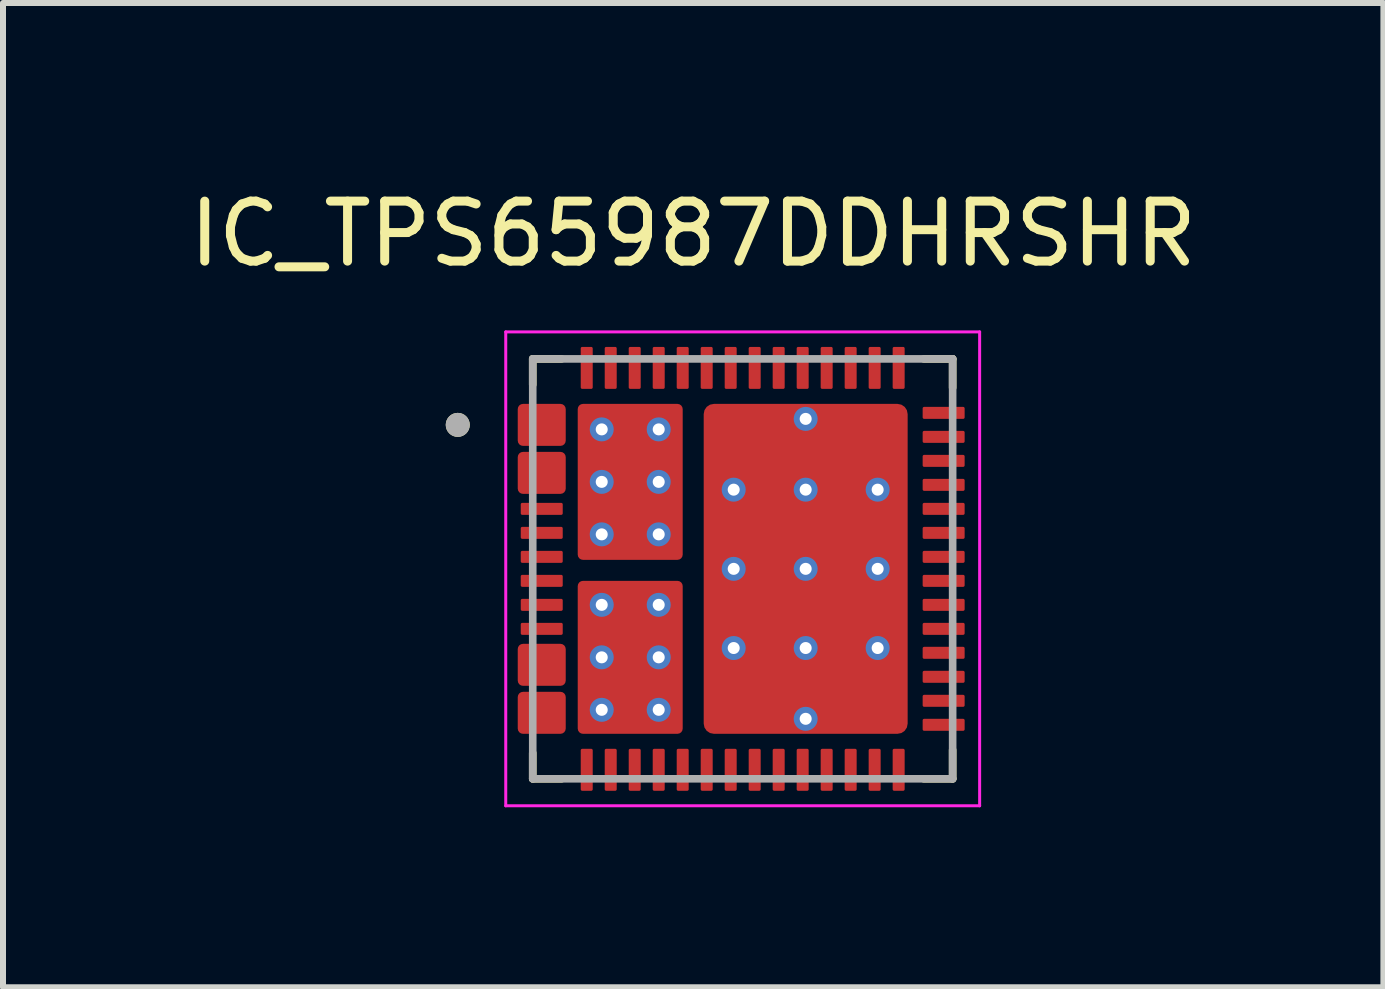
<source format=kicad_pcb>
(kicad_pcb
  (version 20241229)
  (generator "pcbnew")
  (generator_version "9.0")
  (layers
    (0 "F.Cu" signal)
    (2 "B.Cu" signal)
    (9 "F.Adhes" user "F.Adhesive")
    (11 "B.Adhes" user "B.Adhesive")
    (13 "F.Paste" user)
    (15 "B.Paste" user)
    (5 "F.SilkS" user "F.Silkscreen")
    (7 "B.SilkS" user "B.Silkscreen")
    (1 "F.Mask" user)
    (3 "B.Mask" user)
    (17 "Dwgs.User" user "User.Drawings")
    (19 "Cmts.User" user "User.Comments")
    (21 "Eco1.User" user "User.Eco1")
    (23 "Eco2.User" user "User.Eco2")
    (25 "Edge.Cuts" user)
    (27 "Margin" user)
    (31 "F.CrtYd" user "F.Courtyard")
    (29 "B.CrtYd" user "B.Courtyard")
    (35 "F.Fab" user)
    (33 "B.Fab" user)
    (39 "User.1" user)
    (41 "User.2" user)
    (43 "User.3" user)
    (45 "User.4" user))
  (footprint "IC_TPS65987DDHRSHR"
    (layer "F.Cu")
    (at 9.331 6.433)
    (property "Reference" "IC_TPS65987DDHRSHR" (at -0.825 -5.585 0) (layer "F.SilkS") (effects (font (size 1 1) (thickness 0.15))))
    (attr smd)
    (fp_poly (pts (xy -3.625 -1.05) (xy -3.075 -1.05) (xy -3.074 -1.05) (xy -3.072 -1.05) (xy -3.071 -1.05) (xy -3.07 -1.049) (xy -3.069 -1.049) (xy -3.067 -1.049) (xy -3.066 -1.048) (xy -3.065 -1.048) (xy -3.064 -1.047) (xy -3.063 -1.047) (xy -3.061 -1.046) (xy -3.06 -1.045) (xy -3.059 -1.044) (xy -3.058 -1.044) (xy -3.057 -1.043) (xy -3.056 -1.042) (xy -3.056 -1.041) (xy -3.055 -1.04) (xy -3.054 -1.039) (xy -3.053 -1.038) (xy -3.053 -1.036) (xy -3.052 -1.035) (xy -3.052 -1.034) (xy -3.051 -1.033) (xy -3.051 -1.031) (xy -3.051 -1.03) (xy -3.05 -1.029) (xy -3.05 -1.028) (xy -3.05 -1.026) (xy -3.05 -1.025) (xy -3.05 -0.975) (xy -3.05 -0.974) (xy -3.05 -0.972) (xy -3.05 -0.971) (xy -3.051 -0.97) (xy -3.051 -0.969) (xy -3.051 -0.967) (xy -3.052 -0.966) (xy -3.052 -0.965) (xy -3.053 -0.964) (xy -3.053 -0.963) (xy -3.054 -0.961) (xy -3.055 -0.96) (xy -3.056 -0.959) (xy -3.056 -0.958) (xy -3.057 -0.957) (xy -3.058 -0.956) (xy -3.059 -0.956) (xy -3.06 -0.955) (xy -3.061 -0.954) (xy -3.063 -0.953) (xy -3.064 -0.953) (xy -3.065 -0.952) (xy -3.066 -0.952) (xy -3.067 -0.951) (xy -3.069 -0.951) (xy -3.07 -0.951) (xy -3.071 -0.95) (xy -3.072 -0.95) (xy -3.074 -0.95) (xy -3.075 -0.95) (xy -3.625 -0.95) (xy -3.626 -0.95) (xy -3.628 -0.95) (xy -3.629 -0.95) (xy -3.63 -0.951) (xy -3.631 -0.951) (xy -3.633 -0.951) (xy -3.634 -0.952) (xy -3.635 -0.952) (xy -3.636 -0.953) (xy -3.638 -0.953) (xy -3.639 -0.954) (xy -3.64 -0.955) (xy -3.641 -0.956) (xy -3.642 -0.956) (xy -3.643 -0.957) (xy -3.644 -0.958) (xy -3.644 -0.959) (xy -3.645 -0.96) (xy -3.646 -0.961) (xy -3.647 -0.962) (xy -3.647 -0.964) (xy -3.648 -0.965) (xy -3.648 -0.966) (xy -3.649 -0.967) (xy -3.649 -0.969) (xy -3.649 -0.97) (xy -3.65 -0.971) (xy -3.65 -0.972) (xy -3.65 -0.974) (xy -3.65 -0.975) (xy -3.65 -1.025) (xy -3.65 -1.026) (xy -3.65 -1.028) (xy -3.65 -1.029) (xy -3.649 -1.03) (xy -3.649 -1.031) (xy -3.649 -1.033) (xy -3.648 -1.034) (xy -3.648 -1.035) (xy -3.647 -1.036) (xy -3.647 -1.038) (xy -3.646 -1.039) (xy -3.645 -1.04) (xy -3.644 -1.041) (xy -3.644 -1.042) (xy -3.643 -1.043) (xy -3.642 -1.044) (xy -3.641 -1.044) (xy -3.64 -1.045) (xy -3.639 -1.046) (xy -3.638 -1.047) (xy -3.636 -1.047) (xy -3.635 -1.048) (xy -3.634 -1.048) (xy -3.633 -1.049) (xy -3.631 -1.049) (xy -3.63 -1.049) (xy -3.629 -1.05) (xy -3.628 -1.05) (xy -3.626 -1.05) (xy -3.625 -1.05)) (stroke (width 0.01) (type solid)) (fill yes) (layer "F.Mask"))
    (fp_poly (pts (xy -3.625 -0.65) (xy -3.075 -0.65) (xy -3.074 -0.65) (xy -3.072 -0.65) (xy -3.071 -0.65) (xy -3.07 -0.649) (xy -3.069 -0.649) (xy -3.067 -0.649) (xy -3.066 -0.648) (xy -3.065 -0.648) (xy -3.064 -0.647) (xy -3.063 -0.647) (xy -3.061 -0.646) (xy -3.06 -0.645) (xy -3.059 -0.644) (xy -3.058 -0.644) (xy -3.057 -0.643) (xy -3.056 -0.642) (xy -3.056 -0.641) (xy -3.055 -0.64) (xy -3.054 -0.639) (xy -3.053 -0.637) (xy -3.053 -0.636) (xy -3.052 -0.635) (xy -3.052 -0.634) (xy -3.051 -0.633) (xy -3.051 -0.631) (xy -3.051 -0.63) (xy -3.05 -0.629) (xy -3.05 -0.628) (xy -3.05 -0.626) (xy -3.05 -0.625) (xy -3.05 -0.575) (xy -3.05 -0.574) (xy -3.05 -0.572) (xy -3.05 -0.571) (xy -3.051 -0.57) (xy -3.051 -0.569) (xy -3.051 -0.567) (xy -3.052 -0.566) (xy -3.052 -0.565) (xy -3.053 -0.564) (xy -3.053 -0.563) (xy -3.054 -0.561) (xy -3.055 -0.56) (xy -3.056 -0.559) (xy -3.056 -0.558) (xy -3.057 -0.557) (xy -3.058 -0.556) (xy -3.059 -0.556) (xy -3.06 -0.555) (xy -3.061 -0.554) (xy -3.063 -0.553) (xy -3.064 -0.553) (xy -3.065 -0.552) (xy -3.066 -0.552) (xy -3.067 -0.551) (xy -3.069 -0.551) (xy -3.07 -0.551) (xy -3.071 -0.55) (xy -3.072 -0.55) (xy -3.074 -0.55) (xy -3.075 -0.55) (xy -3.625 -0.55) (xy -3.626 -0.55) (xy -3.628 -0.55) (xy -3.629 -0.55) (xy -3.63 -0.551) (xy -3.631 -0.551) (xy -3.633 -0.551) (xy -3.634 -0.552) (xy -3.635 -0.552) (xy -3.636 -0.553) (xy -3.638 -0.553) (xy -3.639 -0.554) (xy -3.64 -0.555) (xy -3.641 -0.556) (xy -3.642 -0.556) (xy -3.643 -0.557) (xy -3.644 -0.558) (xy -3.644 -0.559) (xy -3.645 -0.56) (xy -3.646 -0.561) (xy -3.647 -0.563) (xy -3.647 -0.564) (xy -3.648 -0.565) (xy -3.648 -0.566) (xy -3.649 -0.567) (xy -3.649 -0.569) (xy -3.649 -0.57) (xy -3.65 -0.571) (xy -3.65 -0.572) (xy -3.65 -0.574) (xy -3.65 -0.575) (xy -3.65 -0.625) (xy -3.65 -0.626) (xy -3.65 -0.628) (xy -3.65 -0.629) (xy -3.649 -0.63) (xy -3.649 -0.631) (xy -3.649 -0.633) (xy -3.648 -0.634) (xy -3.648 -0.635) (xy -3.647 -0.636) (xy -3.647 -0.637) (xy -3.646 -0.639) (xy -3.645 -0.64) (xy -3.644 -0.641) (xy -3.644 -0.642) (xy -3.643 -0.643) (xy -3.642 -0.644) (xy -3.641 -0.644) (xy -3.64 -0.645) (xy -3.639 -0.646) (xy -3.638 -0.647) (xy -3.636 -0.647) (xy -3.635 -0.648) (xy -3.634 -0.648) (xy -3.633 -0.649) (xy -3.631 -0.649) (xy -3.63 -0.649) (xy -3.629 -0.65) (xy -3.628 -0.65) (xy -3.626 -0.65) (xy -3.625 -0.65)) (stroke (width 0.01) (type solid)) (fill yes) (layer "F.Mask"))
    (fp_poly (pts (xy -3.625 -0.25) (xy -3.075 -0.25) (xy -3.074 -0.25) (xy -3.072 -0.25) (xy -3.071 -0.25) (xy -3.07 -0.249) (xy -3.069 -0.249) (xy -3.067 -0.249) (xy -3.066 -0.248) (xy -3.065 -0.248) (xy -3.064 -0.247) (xy -3.063 -0.247) (xy -3.061 -0.246) (xy -3.06 -0.245) (xy -3.059 -0.244) (xy -3.058 -0.244) (xy -3.057 -0.243) (xy -3.056 -0.242) (xy -3.056 -0.241) (xy -3.055 -0.24) (xy -3.054 -0.239) (xy -3.053 -0.237) (xy -3.053 -0.236) (xy -3.052 -0.235) (xy -3.052 -0.234) (xy -3.051 -0.233) (xy -3.051 -0.231) (xy -3.051 -0.23) (xy -3.05 -0.229) (xy -3.05 -0.228) (xy -3.05 -0.226) (xy -3.05 -0.225) (xy -3.05 -0.175) (xy -3.05 -0.174) (xy -3.05 -0.172) (xy -3.05 -0.171) (xy -3.051 -0.17) (xy -3.051 -0.169) (xy -3.051 -0.167) (xy -3.052 -0.166) (xy -3.052 -0.165) (xy -3.053 -0.164) (xy -3.053 -0.163) (xy -3.054 -0.161) (xy -3.055 -0.16) (xy -3.056 -0.159) (xy -3.056 -0.158) (xy -3.057 -0.157) (xy -3.058 -0.156) (xy -3.059 -0.156) (xy -3.06 -0.155) (xy -3.061 -0.154) (xy -3.063 -0.153) (xy -3.064 -0.153) (xy -3.065 -0.152) (xy -3.066 -0.152) (xy -3.067 -0.151) (xy -3.069 -0.151) (xy -3.07 -0.151) (xy -3.071 -0.15) (xy -3.072 -0.15) (xy -3.074 -0.15) (xy -3.075 -0.15) (xy -3.625 -0.15) (xy -3.626 -0.15) (xy -3.628 -0.15) (xy -3.629 -0.15) (xy -3.63 -0.151) (xy -3.631 -0.151) (xy -3.633 -0.151) (xy -3.634 -0.152) (xy -3.635 -0.152) (xy -3.636 -0.153) (xy -3.638 -0.153) (xy -3.639 -0.154) (xy -3.64 -0.155) (xy -3.641 -0.156) (xy -3.642 -0.156) (xy -3.643 -0.157) (xy -3.644 -0.158) (xy -3.644 -0.159) (xy -3.645 -0.16) (xy -3.646 -0.161) (xy -3.647 -0.162) (xy -3.647 -0.164) (xy -3.648 -0.165) (xy -3.648 -0.166) (xy -3.649 -0.167) (xy -3.649 -0.169) (xy -3.649 -0.17) (xy -3.65 -0.171) (xy -3.65 -0.172) (xy -3.65 -0.174) (xy -3.65 -0.175) (xy -3.65 -0.225) (xy -3.65 -0.226) (xy -3.65 -0.228) (xy -3.65 -0.229) (xy -3.649 -0.23) (xy -3.649 -0.231) (xy -3.649 -0.233) (xy -3.648 -0.234) (xy -3.648 -0.235) (xy -3.647 -0.236) (xy -3.647 -0.238) (xy -3.646 -0.239) (xy -3.645 -0.24) (xy -3.644 -0.241) (xy -3.644 -0.242) (xy -3.643 -0.243) (xy -3.642 -0.244) (xy -3.641 -0.244) (xy -3.64 -0.245) (xy -3.639 -0.246) (xy -3.638 -0.247) (xy -3.636 -0.247) (xy -3.635 -0.248) (xy -3.634 -0.248) (xy -3.633 -0.249) (xy -3.631 -0.249) (xy -3.63 -0.249) (xy -3.629 -0.25) (xy -3.628 -0.25) (xy -3.626 -0.25) (xy -3.625 -0.25)) (stroke (width 0.01) (type solid)) (fill yes) (layer "F.Mask"))
    (fp_poly (pts (xy -3.625 0.15) (xy -3.075 0.15) (xy -3.074 0.15) (xy -3.072 0.15) (xy -3.071 0.15) (xy -3.07 0.151) (xy -3.069 0.151) (xy -3.067 0.151) (xy -3.066 0.152) (xy -3.065 0.152) (xy -3.064 0.153) (xy -3.063 0.153) (xy -3.061 0.154) (xy -3.06 0.155) (xy -3.059 0.156) (xy -3.058 0.156) (xy -3.057 0.157) (xy -3.056 0.158) (xy -3.056 0.159) (xy -3.055 0.16) (xy -3.054 0.161) (xy -3.053 0.163) (xy -3.053 0.164) (xy -3.052 0.165) (xy -3.052 0.166) (xy -3.051 0.167) (xy -3.051 0.169) (xy -3.051 0.17) (xy -3.05 0.171) (xy -3.05 0.172) (xy -3.05 0.174) (xy -3.05 0.175) (xy -3.05 0.225) (xy -3.05 0.226) (xy -3.05 0.228) (xy -3.05 0.229) (xy -3.051 0.23) (xy -3.051 0.231) (xy -3.051 0.233) (xy -3.052 0.234) (xy -3.052 0.235) (xy -3.053 0.236) (xy -3.053 0.237) (xy -3.054 0.239) (xy -3.055 0.24) (xy -3.056 0.241) (xy -3.056 0.242) (xy -3.057 0.243) (xy -3.058 0.244) (xy -3.059 0.244) (xy -3.06 0.245) (xy -3.061 0.246) (xy -3.063 0.247) (xy -3.064 0.247) (xy -3.065 0.248) (xy -3.066 0.248) (xy -3.067 0.249) (xy -3.069 0.249) (xy -3.07 0.249) (xy -3.071 0.25) (xy -3.072 0.25) (xy -3.074 0.25) (xy -3.075 0.25) (xy -3.625 0.25) (xy -3.626 0.25) (xy -3.628 0.25) (xy -3.629 0.25) (xy -3.63 0.249) (xy -3.631 0.249) (xy -3.633 0.249) (xy -3.634 0.248) (xy -3.635 0.248) (xy -3.636 0.247) (xy -3.638 0.247) (xy -3.639 0.246) (xy -3.64 0.245) (xy -3.641 0.244) (xy -3.642 0.244) (xy -3.643 0.243) (xy -3.644 0.242) (xy -3.644 0.241) (xy -3.645 0.24) (xy -3.646 0.239) (xy -3.647 0.238) (xy -3.647 0.236) (xy -3.648 0.235) (xy -3.648 0.234) (xy -3.649 0.233) (xy -3.649 0.231) (xy -3.649 0.23) (xy -3.65 0.229) (xy -3.65 0.228) (xy -3.65 0.226) (xy -3.65 0.225) (xy -3.65 0.175) (xy -3.65 0.174) (xy -3.65 0.172) (xy -3.65 0.171) (xy -3.649 0.17) (xy -3.649 0.169) (xy -3.649 0.167) (xy -3.648 0.166) (xy -3.648 0.165) (xy -3.647 0.164) (xy -3.647 0.162) (xy -3.646 0.161) (xy -3.645 0.16) (xy -3.644 0.159) (xy -3.644 0.158) (xy -3.643 0.157) (xy -3.642 0.156) (xy -3.641 0.156) (xy -3.64 0.155) (xy -3.639 0.154) (xy -3.638 0.153) (xy -3.636 0.153) (xy -3.635 0.152) (xy -3.634 0.152) (xy -3.633 0.151) (xy -3.631 0.151) (xy -3.63 0.151) (xy -3.629 0.15) (xy -3.628 0.15) (xy -3.626 0.15) (xy -3.625 0.15)) (stroke (width 0.01) (type solid)) (fill yes) (layer "F.Mask"))
    (fp_poly (pts (xy -3.625 0.55) (xy -3.075 0.55) (xy -3.074 0.55) (xy -3.072 0.55) (xy -3.071 0.55) (xy -3.07 0.551) (xy -3.069 0.551) (xy -3.067 0.551) (xy -3.066 0.552) (xy -3.065 0.552) (xy -3.064 0.553) (xy -3.063 0.553) (xy -3.061 0.554) (xy -3.06 0.555) (xy -3.059 0.556) (xy -3.058 0.556) (xy -3.057 0.557) (xy -3.056 0.558) (xy -3.056 0.559) (xy -3.055 0.56) (xy -3.054 0.561) (xy -3.053 0.563) (xy -3.053 0.564) (xy -3.052 0.565) (xy -3.052 0.566) (xy -3.051 0.567) (xy -3.051 0.569) (xy -3.051 0.57) (xy -3.05 0.571) (xy -3.05 0.572) (xy -3.05 0.574) (xy -3.05 0.575) (xy -3.05 0.625) (xy -3.05 0.626) (xy -3.05 0.628) (xy -3.05 0.629) (xy -3.051 0.63) (xy -3.051 0.631) (xy -3.051 0.633) (xy -3.052 0.634) (xy -3.052 0.635) (xy -3.053 0.636) (xy -3.053 0.637) (xy -3.054 0.639) (xy -3.055 0.64) (xy -3.056 0.641) (xy -3.056 0.642) (xy -3.057 0.643) (xy -3.058 0.644) (xy -3.059 0.644) (xy -3.06 0.645) (xy -3.061 0.646) (xy -3.063 0.647) (xy -3.064 0.647) (xy -3.065 0.648) (xy -3.066 0.648) (xy -3.067 0.649) (xy -3.069 0.649) (xy -3.07 0.649) (xy -3.071 0.65) (xy -3.072 0.65) (xy -3.074 0.65) (xy -3.075 0.65) (xy -3.625 0.65) (xy -3.626 0.65) (xy -3.628 0.65) (xy -3.629 0.65) (xy -3.63 0.649) (xy -3.631 0.649) (xy -3.633 0.649) (xy -3.634 0.648) (xy -3.635 0.648) (xy -3.636 0.647) (xy -3.638 0.647) (xy -3.639 0.646) (xy -3.64 0.645) (xy -3.641 0.644) (xy -3.642 0.644) (xy -3.643 0.643) (xy -3.644 0.642) (xy -3.644 0.641) (xy -3.645 0.64) (xy -3.646 0.639) (xy -3.647 0.637) (xy -3.647 0.636) (xy -3.648 0.635) (xy -3.648 0.634) (xy -3.649 0.633) (xy -3.649 0.631) (xy -3.649 0.63) (xy -3.65 0.629) (xy -3.65 0.628) (xy -3.65 0.626) (xy -3.65 0.625) (xy -3.65 0.575) (xy -3.65 0.574) (xy -3.65 0.572) (xy -3.65 0.571) (xy -3.649 0.57) (xy -3.649 0.569) (xy -3.649 0.567) (xy -3.648 0.566) (xy -3.648 0.565) (xy -3.647 0.564) (xy -3.647 0.563) (xy -3.646 0.561) (xy -3.645 0.56) (xy -3.644 0.559) (xy -3.644 0.558) (xy -3.643 0.557) (xy -3.642 0.556) (xy -3.641 0.556) (xy -3.64 0.555) (xy -3.639 0.554) (xy -3.637 0.553) (xy -3.636 0.553) (xy -3.635 0.552) (xy -3.634 0.552) (xy -3.633 0.551) (xy -3.631 0.551) (xy -3.63 0.551) (xy -3.629 0.55) (xy -3.628 0.55) (xy -3.626 0.55) (xy -3.625 0.55)) (stroke (width 0.01) (type solid)) (fill yes) (layer "F.Mask"))
    (fp_poly (pts (xy -3.625 0.95) (xy -3.075 0.95) (xy -3.074 0.95) (xy -3.072 0.95) (xy -3.071 0.95) (xy -3.07 0.951) (xy -3.069 0.951) (xy -3.067 0.951) (xy -3.066 0.952) (xy -3.065 0.952) (xy -3.064 0.953) (xy -3.063 0.953) (xy -3.061 0.954) (xy -3.06 0.955) (xy -3.059 0.956) (xy -3.058 0.956) (xy -3.057 0.957) (xy -3.056 0.958) (xy -3.056 0.959) (xy -3.055 0.96) (xy -3.054 0.961) (xy -3.053 0.963) (xy -3.053 0.964) (xy -3.052 0.965) (xy -3.052 0.966) (xy -3.051 0.967) (xy -3.051 0.969) (xy -3.051 0.97) (xy -3.05 0.971) (xy -3.05 0.972) (xy -3.05 0.974) (xy -3.05 0.975) (xy -3.05 1.025) (xy -3.05 1.026) (xy -3.05 1.028) (xy -3.05 1.029) (xy -3.051 1.03) (xy -3.051 1.031) (xy -3.051 1.033) (xy -3.052 1.034) (xy -3.052 1.035) (xy -3.053 1.036) (xy -3.053 1.038) (xy -3.054 1.039) (xy -3.055 1.04) (xy -3.056 1.041) (xy -3.056 1.042) (xy -3.057 1.043) (xy -3.058 1.044) (xy -3.059 1.044) (xy -3.06 1.045) (xy -3.061 1.046) (xy -3.063 1.047) (xy -3.064 1.047) (xy -3.065 1.048) (xy -3.066 1.048) (xy -3.067 1.049) (xy -3.069 1.049) (xy -3.07 1.049) (xy -3.071 1.05) (xy -3.072 1.05) (xy -3.074 1.05) (xy -3.075 1.05) (xy -3.625 1.05) (xy -3.626 1.05) (xy -3.628 1.05) (xy -3.629 1.05) (xy -3.63 1.049) (xy -3.631 1.049) (xy -3.633 1.049) (xy -3.634 1.048) (xy -3.635 1.048) (xy -3.636 1.047) (xy -3.638 1.047) (xy -3.639 1.046) (xy -3.64 1.045) (xy -3.641 1.044) (xy -3.642 1.044) (xy -3.643 1.043) (xy -3.644 1.042) (xy -3.644 1.041) (xy -3.645 1.04) (xy -3.646 1.039) (xy -3.647 1.038) (xy -3.647 1.036) (xy -3.648 1.035) (xy -3.648 1.034) (xy -3.649 1.033) (xy -3.649 1.031) (xy -3.649 1.03) (xy -3.65 1.029) (xy -3.65 1.028) (xy -3.65 1.026) (xy -3.65 1.025) (xy -3.65 0.975) (xy -3.65 0.974) (xy -3.65 0.972) (xy -3.65 0.971) (xy -3.649 0.97) (xy -3.649 0.969) (xy -3.649 0.967) (xy -3.648 0.966) (xy -3.648 0.965) (xy -3.647 0.964) (xy -3.647 0.962) (xy -3.646 0.961) (xy -3.645 0.96) (xy -3.644 0.959) (xy -3.644 0.958) (xy -3.643 0.957) (xy -3.642 0.956) (xy -3.641 0.956) (xy -3.64 0.955) (xy -3.639 0.954) (xy -3.638 0.953) (xy -3.636 0.953) (xy -3.635 0.952) (xy -3.634 0.952) (xy -3.633 0.951) (xy -3.631 0.951) (xy -3.63 0.951) (xy -3.629 0.95) (xy -3.628 0.95) (xy -3.626 0.95) (xy -3.625 0.95)) (stroke (width 0.01) (type solid)) (fill yes) (layer "F.Mask"))
    (fp_poly (pts (xy -2.65 -3.075) (xy -2.65 -3.625) (xy -2.65 -3.626) (xy -2.65 -3.628) (xy -2.65 -3.629) (xy -2.649 -3.63) (xy -2.649 -3.631) (xy -2.649 -3.633) (xy -2.648 -3.634) (xy -2.648 -3.635) (xy -2.647 -3.636) (xy -2.647 -3.638) (xy -2.646 -3.639) (xy -2.645 -3.64) (xy -2.644 -3.641) (xy -2.644 -3.642) (xy -2.643 -3.643) (xy -2.642 -3.644) (xy -2.641 -3.644) (xy -2.64 -3.645) (xy -2.639 -3.646) (xy -2.637 -3.647) (xy -2.636 -3.647) (xy -2.635 -3.648) (xy -2.634 -3.648) (xy -2.633 -3.649) (xy -2.631 -3.649) (xy -2.63 -3.649) (xy -2.629 -3.65) (xy -2.628 -3.65) (xy -2.626 -3.65) (xy -2.625 -3.65) (xy -2.575 -3.65) (xy -2.574 -3.65) (xy -2.572 -3.65) (xy -2.571 -3.65) (xy -2.57 -3.649) (xy -2.569 -3.649) (xy -2.567 -3.649) (xy -2.566 -3.648) (xy -2.565 -3.648) (xy -2.564 -3.647) (xy -2.563 -3.647) (xy -2.561 -3.646) (xy -2.56 -3.645) (xy -2.559 -3.644) (xy -2.558 -3.644) (xy -2.557 -3.643) (xy -2.556 -3.642) (xy -2.556 -3.641) (xy -2.555 -3.64) (xy -2.554 -3.639) (xy -2.553 -3.638) (xy -2.553 -3.636) (xy -2.552 -3.635) (xy -2.552 -3.634) (xy -2.551 -3.633) (xy -2.551 -3.631) (xy -2.551 -3.63) (xy -2.55 -3.629) (xy -2.55 -3.628) (xy -2.55 -3.626) (xy -2.55 -3.625) (xy -2.55 -3.075) (xy -2.55 -3.074) (xy -2.55 -3.072) (xy -2.55 -3.071) (xy -2.551 -3.07) (xy -2.551 -3.069) (xy -2.551 -3.067) (xy -2.552 -3.066) (xy -2.552 -3.065) (xy -2.553 -3.064) (xy -2.553 -3.063) (xy -2.554 -3.061) (xy -2.555 -3.06) (xy -2.556 -3.059) (xy -2.556 -3.058) (xy -2.557 -3.057) (xy -2.558 -3.056) (xy -2.559 -3.056) (xy -2.56 -3.055) (xy -2.561 -3.054) (xy -2.563 -3.053) (xy -2.564 -3.053) (xy -2.565 -3.052) (xy -2.566 -3.052) (xy -2.567 -3.051) (xy -2.569 -3.051) (xy -2.57 -3.051) (xy -2.571 -3.05) (xy -2.572 -3.05) (xy -2.574 -3.05) (xy -2.575 -3.05) (xy -2.625 -3.05) (xy -2.626 -3.05) (xy -2.628 -3.05) (xy -2.629 -3.05) (xy -2.63 -3.051) (xy -2.631 -3.051) (xy -2.633 -3.051) (xy -2.634 -3.052) (xy -2.635 -3.052) (xy -2.636 -3.053) (xy -2.638 -3.053) (xy -2.639 -3.054) (xy -2.64 -3.055) (xy -2.641 -3.056) (xy -2.642 -3.056) (xy -2.643 -3.057) (xy -2.644 -3.058) (xy -2.644 -3.059) (xy -2.645 -3.06) (xy -2.646 -3.061) (xy -2.647 -3.063) (xy -2.647 -3.064) (xy -2.648 -3.065) (xy -2.648 -3.066) (xy -2.649 -3.067) (xy -2.649 -3.069) (xy -2.649 -3.07) (xy -2.65 -3.071) (xy -2.65 -3.072) (xy -2.65 -3.074) (xy -2.65 -3.075)) (stroke (width 0.01) (type solid)) (fill yes) (layer "F.Mask"))
    (fp_poly (pts (xy -2.65 3.625) (xy -2.65 3.075) (xy -2.65 3.074) (xy -2.65 3.072) (xy -2.65 3.071) (xy -2.649 3.07) (xy -2.649 3.069) (xy -2.649 3.067) (xy -2.648 3.066) (xy -2.648 3.065) (xy -2.647 3.064) (xy -2.647 3.063) (xy -2.646 3.061) (xy -2.645 3.06) (xy -2.644 3.059) (xy -2.644 3.058) (xy -2.643 3.057) (xy -2.642 3.056) (xy -2.641 3.056) (xy -2.64 3.055) (xy -2.639 3.054) (xy -2.638 3.053) (xy -2.636 3.053) (xy -2.635 3.052) (xy -2.634 3.052) (xy -2.633 3.051) (xy -2.631 3.051) (xy -2.63 3.051) (xy -2.629 3.05) (xy -2.628 3.05) (xy -2.626 3.05) (xy -2.625 3.05) (xy -2.575 3.05) (xy -2.574 3.05) (xy -2.572 3.05) (xy -2.571 3.05) (xy -2.57 3.051) (xy -2.569 3.051) (xy -2.567 3.051) (xy -2.566 3.052) (xy -2.565 3.052) (xy -2.564 3.053) (xy -2.563 3.053) (xy -2.561 3.054) (xy -2.56 3.055) (xy -2.559 3.056) (xy -2.558 3.056) (xy -2.557 3.057) (xy -2.556 3.058) (xy -2.556 3.059) (xy -2.555 3.06) (xy -2.554 3.061) (xy -2.553 3.063) (xy -2.553 3.064) (xy -2.552 3.065) (xy -2.552 3.066) (xy -2.551 3.067) (xy -2.551 3.069) (xy -2.551 3.07) (xy -2.55 3.071) (xy -2.55 3.072) (xy -2.55 3.074) (xy -2.55 3.075) (xy -2.55 3.625) (xy -2.55 3.626) (xy -2.55 3.628) (xy -2.55 3.629) (xy -2.551 3.63) (xy -2.551 3.631) (xy -2.551 3.633) (xy -2.552 3.634) (xy -2.552 3.635) (xy -2.553 3.636) (xy -2.553 3.638) (xy -2.554 3.639) (xy -2.555 3.64) (xy -2.556 3.641) (xy -2.556 3.642) (xy -2.557 3.643) (xy -2.558 3.644) (xy -2.559 3.644) (xy -2.56 3.645) (xy -2.561 3.646) (xy -2.563 3.647) (xy -2.564 3.647) (xy -2.565 3.648) (xy -2.566 3.648) (xy -2.567 3.649) (xy -2.569 3.649) (xy -2.57 3.649) (xy -2.571 3.65) (xy -2.572 3.65) (xy -2.574 3.65) (xy -2.575 3.65) (xy -2.625 3.65) (xy -2.626 3.65) (xy -2.628 3.65) (xy -2.629 3.65) (xy -2.63 3.649) (xy -2.631 3.649) (xy -2.633 3.649) (xy -2.634 3.648) (xy -2.635 3.648) (xy -2.636 3.647) (xy -2.638 3.647) (xy -2.639 3.646) (xy -2.64 3.645) (xy -2.641 3.644) (xy -2.642 3.644) (xy -2.643 3.643) (xy -2.644 3.642) (xy -2.644 3.641) (xy -2.645 3.64) (xy -2.646 3.639) (xy -2.647 3.638) (xy -2.647 3.636) (xy -2.648 3.635) (xy -2.648 3.634) (xy -2.649 3.633) (xy -2.649 3.631) (xy -2.649 3.63) (xy -2.65 3.629) (xy -2.65 3.628) (xy -2.65 3.626) (xy -2.65 3.625)) (stroke (width 0.01) (type solid)) (fill yes) (layer "F.Mask"))
    (fp_poly (pts (xy -2.25 -3.075) (xy -2.25 -3.625) (xy -2.25 -3.626) (xy -2.25 -3.628) (xy -2.25 -3.629) (xy -2.249 -3.63) (xy -2.249 -3.631) (xy -2.249 -3.633) (xy -2.248 -3.634) (xy -2.248 -3.635) (xy -2.247 -3.636) (xy -2.247 -3.638) (xy -2.246 -3.639) (xy -2.245 -3.64) (xy -2.244 -3.641) (xy -2.244 -3.642) (xy -2.243 -3.643) (xy -2.242 -3.644) (xy -2.241 -3.644) (xy -2.24 -3.645) (xy -2.239 -3.646) (xy -2.237 -3.647) (xy -2.236 -3.647) (xy -2.235 -3.648) (xy -2.234 -3.648) (xy -2.233 -3.649) (xy -2.231 -3.649) (xy -2.23 -3.649) (xy -2.229 -3.65) (xy -2.228 -3.65) (xy -2.226 -3.65) (xy -2.225 -3.65) (xy -2.175 -3.65) (xy -2.174 -3.65) (xy -2.172 -3.65) (xy -2.171 -3.65) (xy -2.17 -3.649) (xy -2.169 -3.649) (xy -2.167 -3.649) (xy -2.166 -3.648) (xy -2.165 -3.648) (xy -2.164 -3.647) (xy -2.162 -3.647) (xy -2.161 -3.646) (xy -2.16 -3.645) (xy -2.159 -3.644) (xy -2.158 -3.644) (xy -2.157 -3.643) (xy -2.156 -3.642) (xy -2.156 -3.641) (xy -2.155 -3.64) (xy -2.154 -3.639) (xy -2.153 -3.638) (xy -2.153 -3.636) (xy -2.152 -3.635) (xy -2.152 -3.634) (xy -2.151 -3.633) (xy -2.151 -3.631) (xy -2.151 -3.63) (xy -2.15 -3.629) (xy -2.15 -3.628) (xy -2.15 -3.626) (xy -2.15 -3.625) (xy -2.15 -3.075) (xy -2.15 -3.074) (xy -2.15 -3.072) (xy -2.15 -3.071) (xy -2.151 -3.07) (xy -2.151 -3.069) (xy -2.151 -3.067) (xy -2.152 -3.066) (xy -2.152 -3.065) (xy -2.153 -3.064) (xy -2.153 -3.063) (xy -2.154 -3.061) (xy -2.155 -3.06) (xy -2.156 -3.059) (xy -2.156 -3.058) (xy -2.157 -3.057) (xy -2.158 -3.056) (xy -2.159 -3.056) (xy -2.16 -3.055) (xy -2.161 -3.054) (xy -2.162 -3.053) (xy -2.164 -3.053) (xy -2.165 -3.052) (xy -2.166 -3.052) (xy -2.167 -3.051) (xy -2.169 -3.051) (xy -2.17 -3.051) (xy -2.171 -3.05) (xy -2.172 -3.05) (xy -2.174 -3.05) (xy -2.175 -3.05) (xy -2.225 -3.05) (xy -2.226 -3.05) (xy -2.228 -3.05) (xy -2.229 -3.05) (xy -2.23 -3.051) (xy -2.231 -3.051) (xy -2.233 -3.051) (xy -2.234 -3.052) (xy -2.235 -3.052) (xy -2.236 -3.053) (xy -2.237 -3.053) (xy -2.239 -3.054) (xy -2.24 -3.055) (xy -2.241 -3.056) (xy -2.242 -3.056) (xy -2.243 -3.057) (xy -2.244 -3.058) (xy -2.244 -3.059) (xy -2.245 -3.06) (xy -2.246 -3.061) (xy -2.247 -3.063) (xy -2.247 -3.064) (xy -2.248 -3.065) (xy -2.248 -3.066) (xy -2.249 -3.067) (xy -2.249 -3.069) (xy -2.249 -3.07) (xy -2.25 -3.071) (xy -2.25 -3.072) (xy -2.25 -3.074) (xy -2.25 -3.075)) (stroke (width 0.01) (type solid)) (fill yes) (layer "F.Mask"))
    (fp_poly (pts (xy -2.25 3.625) (xy -2.25 3.075) (xy -2.25 3.074) (xy -2.25 3.072) (xy -2.25 3.071) (xy -2.249 3.07) (xy -2.249 3.069) (xy -2.249 3.067) (xy -2.248 3.066) (xy -2.248 3.065) (xy -2.247 3.064) (xy -2.247 3.063) (xy -2.246 3.061) (xy -2.245 3.06) (xy -2.244 3.059) (xy -2.244 3.058) (xy -2.243 3.057) (xy -2.242 3.056) (xy -2.241 3.056) (xy -2.24 3.055) (xy -2.239 3.054) (xy -2.237 3.053) (xy -2.236 3.053) (xy -2.235 3.052) (xy -2.234 3.052) (xy -2.233 3.051) (xy -2.231 3.051) (xy -2.23 3.051) (xy -2.229 3.05) (xy -2.228 3.05) (xy -2.226 3.05) (xy -2.225 3.05) (xy -2.175 3.05) (xy -2.174 3.05) (xy -2.172 3.05) (xy -2.171 3.05) (xy -2.17 3.051) (xy -2.169 3.051) (xy -2.167 3.051) (xy -2.166 3.052) (xy -2.165 3.052) (xy -2.164 3.053) (xy -2.162 3.053) (xy -2.161 3.054) (xy -2.16 3.055) (xy -2.159 3.056) (xy -2.158 3.056) (xy -2.157 3.057) (xy -2.156 3.058) (xy -2.156 3.059) (xy -2.155 3.06) (xy -2.154 3.061) (xy -2.153 3.063) (xy -2.153 3.064) (xy -2.152 3.065) (xy -2.152 3.066) (xy -2.151 3.067) (xy -2.151 3.069) (xy -2.151 3.07) (xy -2.15 3.071) (xy -2.15 3.072) (xy -2.15 3.074) (xy -2.15 3.075) (xy -2.15 3.625) (xy -2.15 3.626) (xy -2.15 3.628) (xy -2.15 3.629) (xy -2.151 3.63) (xy -2.151 3.631) (xy -2.151 3.633) (xy -2.152 3.634) (xy -2.152 3.635) (xy -2.153 3.636) (xy -2.153 3.638) (xy -2.154 3.639) (xy -2.155 3.64) (xy -2.156 3.641) (xy -2.156 3.642) (xy -2.157 3.643) (xy -2.158 3.644) (xy -2.159 3.644) (xy -2.16 3.645) (xy -2.161 3.646) (xy -2.162 3.647) (xy -2.164 3.647) (xy -2.165 3.648) (xy -2.166 3.648) (xy -2.167 3.649) (xy -2.169 3.649) (xy -2.17 3.649) (xy -2.171 3.65) (xy -2.172 3.65) (xy -2.174 3.65) (xy -2.175 3.65) (xy -2.225 3.65) (xy -2.226 3.65) (xy -2.228 3.65) (xy -2.229 3.65) (xy -2.23 3.649) (xy -2.231 3.649) (xy -2.233 3.649) (xy -2.234 3.648) (xy -2.235 3.648) (xy -2.236 3.647) (xy -2.237 3.647) (xy -2.239 3.646) (xy -2.24 3.645) (xy -2.241 3.644) (xy -2.242 3.644) (xy -2.243 3.643) (xy -2.244 3.642) (xy -2.244 3.641) (xy -2.245 3.64) (xy -2.246 3.639) (xy -2.247 3.638) (xy -2.247 3.636) (xy -2.248 3.635) (xy -2.248 3.634) (xy -2.249 3.633) (xy -2.249 3.631) (xy -2.249 3.63) (xy -2.25 3.629) (xy -2.25 3.628) (xy -2.25 3.626) (xy -2.25 3.625)) (stroke (width 0.01) (type solid)) (fill yes) (layer "F.Mask"))
    (fp_poly (pts (xy -1.85 -3.075) (xy -1.85 -3.625) (xy -1.85 -3.626) (xy -1.85 -3.628) (xy -1.85 -3.629) (xy -1.849 -3.63) (xy -1.849 -3.631) (xy -1.849 -3.633) (xy -1.848 -3.634) (xy -1.848 -3.635) (xy -1.847 -3.636) (xy -1.847 -3.638) (xy -1.846 -3.639) (xy -1.845 -3.64) (xy -1.844 -3.641) (xy -1.844 -3.642) (xy -1.843 -3.643) (xy -1.842 -3.644) (xy -1.841 -3.644) (xy -1.84 -3.645) (xy -1.839 -3.646) (xy -1.837 -3.647) (xy -1.836 -3.647) (xy -1.835 -3.648) (xy -1.834 -3.648) (xy -1.833 -3.649) (xy -1.831 -3.649) (xy -1.83 -3.649) (xy -1.829 -3.65) (xy -1.828 -3.65) (xy -1.826 -3.65) (xy -1.825 -3.65) (xy -1.775 -3.65) (xy -1.774 -3.65) (xy -1.772 -3.65) (xy -1.771 -3.65) (xy -1.77 -3.649) (xy -1.769 -3.649) (xy -1.767 -3.649) (xy -1.766 -3.648) (xy -1.765 -3.648) (xy -1.764 -3.647) (xy -1.762 -3.647) (xy -1.761 -3.646) (xy -1.76 -3.645) (xy -1.759 -3.644) (xy -1.758 -3.644) (xy -1.757 -3.643) (xy -1.756 -3.642) (xy -1.756 -3.641) (xy -1.755 -3.64) (xy -1.754 -3.639) (xy -1.753 -3.638) (xy -1.753 -3.636) (xy -1.752 -3.635) (xy -1.752 -3.634) (xy -1.751 -3.633) (xy -1.751 -3.631) (xy -1.751 -3.63) (xy -1.75 -3.629) (xy -1.75 -3.628) (xy -1.75 -3.626) (xy -1.75 -3.625) (xy -1.75 -3.075) (xy -1.75 -3.074) (xy -1.75 -3.072) (xy -1.75 -3.071) (xy -1.751 -3.07) (xy -1.751 -3.069) (xy -1.751 -3.067) (xy -1.752 -3.066) (xy -1.752 -3.065) (xy -1.753 -3.064) (xy -1.753 -3.063) (xy -1.754 -3.061) (xy -1.755 -3.06) (xy -1.756 -3.059) (xy -1.756 -3.058) (xy -1.757 -3.057) (xy -1.758 -3.056) (xy -1.759 -3.056) (xy -1.76 -3.055) (xy -1.761 -3.054) (xy -1.762 -3.053) (xy -1.764 -3.053) (xy -1.765 -3.052) (xy -1.766 -3.052) (xy -1.767 -3.051) (xy -1.769 -3.051) (xy -1.77 -3.051) (xy -1.771 -3.05) (xy -1.772 -3.05) (xy -1.774 -3.05) (xy -1.775 -3.05) (xy -1.825 -3.05) (xy -1.826 -3.05) (xy -1.828 -3.05) (xy -1.829 -3.05) (xy -1.83 -3.051) (xy -1.831 -3.051) (xy -1.833 -3.051) (xy -1.834 -3.052) (xy -1.835 -3.052) (xy -1.836 -3.053) (xy -1.837 -3.053) (xy -1.839 -3.054) (xy -1.84 -3.055) (xy -1.841 -3.056) (xy -1.842 -3.056) (xy -1.843 -3.057) (xy -1.844 -3.058) (xy -1.844 -3.059) (xy -1.845 -3.06) (xy -1.846 -3.061) (xy -1.847 -3.063) (xy -1.847 -3.064) (xy -1.848 -3.065) (xy -1.848 -3.066) (xy -1.849 -3.067) (xy -1.849 -3.069) (xy -1.849 -3.07) (xy -1.85 -3.071) (xy -1.85 -3.072) (xy -1.85 -3.074) (xy -1.85 -3.075)) (stroke (width 0.01) (type solid)) (fill yes) (layer "F.Mask"))
    (fp_poly (pts (xy -1.85 3.625) (xy -1.85 3.075) (xy -1.85 3.074) (xy -1.85 3.072) (xy -1.85 3.071) (xy -1.849 3.07) (xy -1.849 3.069) (xy -1.849 3.067) (xy -1.848 3.066) (xy -1.848 3.065) (xy -1.847 3.064) (xy -1.847 3.063) (xy -1.846 3.061) (xy -1.845 3.06) (xy -1.844 3.059) (xy -1.844 3.058) (xy -1.843 3.057) (xy -1.842 3.056) (xy -1.841 3.056) (xy -1.84 3.055) (xy -1.839 3.054) (xy -1.837 3.053) (xy -1.836 3.053) (xy -1.835 3.052) (xy -1.834 3.052) (xy -1.833 3.051) (xy -1.831 3.051) (xy -1.83 3.051) (xy -1.829 3.05) (xy -1.828 3.05) (xy -1.826 3.05) (xy -1.825 3.05) (xy -1.775 3.05) (xy -1.774 3.05) (xy -1.772 3.05) (xy -1.771 3.05) (xy -1.77 3.051) (xy -1.769 3.051) (xy -1.767 3.051) (xy -1.766 3.052) (xy -1.765 3.052) (xy -1.764 3.053) (xy -1.762 3.053) (xy -1.761 3.054) (xy -1.76 3.055) (xy -1.759 3.056) (xy -1.758 3.056) (xy -1.757 3.057) (xy -1.756 3.058) (xy -1.756 3.059) (xy -1.755 3.06) (xy -1.754 3.061) (xy -1.753 3.063) (xy -1.753 3.064) (xy -1.752 3.065) (xy -1.752 3.066) (xy -1.751 3.067) (xy -1.751 3.069) (xy -1.751 3.07) (xy -1.75 3.071) (xy -1.75 3.072) (xy -1.75 3.074) (xy -1.75 3.075) (xy -1.75 3.625) (xy -1.75 3.626) (xy -1.75 3.628) (xy -1.75 3.629) (xy -1.751 3.63) (xy -1.751 3.631) (xy -1.751 3.633) (xy -1.752 3.634) (xy -1.752 3.635) (xy -1.753 3.636) (xy -1.753 3.638) (xy -1.754 3.639) (xy -1.755 3.64) (xy -1.756 3.641) (xy -1.756 3.642) (xy -1.757 3.643) (xy -1.758 3.644) (xy -1.759 3.644) (xy -1.76 3.645) (xy -1.761 3.646) (xy -1.762 3.647) (xy -1.764 3.647) (xy -1.765 3.648) (xy -1.766 3.648) (xy -1.767 3.649) (xy -1.769 3.649) (xy -1.77 3.649) (xy -1.771 3.65) (xy -1.772 3.65) (xy -1.774 3.65) (xy -1.775 3.65) (xy -1.825 3.65) (xy -1.826 3.65) (xy -1.828 3.65) (xy -1.829 3.65) (xy -1.83 3.649) (xy -1.831 3.649) (xy -1.833 3.649) (xy -1.834 3.648) (xy -1.835 3.648) (xy -1.836 3.647) (xy -1.837 3.647) (xy -1.839 3.646) (xy -1.84 3.645) (xy -1.841 3.644) (xy -1.842 3.644) (xy -1.843 3.643) (xy -1.844 3.642) (xy -1.844 3.641) (xy -1.845 3.64) (xy -1.846 3.639) (xy -1.847 3.638) (xy -1.847 3.636) (xy -1.848 3.635) (xy -1.848 3.634) (xy -1.849 3.633) (xy -1.849 3.631) (xy -1.849 3.63) (xy -1.85 3.629) (xy -1.85 3.628) (xy -1.85 3.626) (xy -1.85 3.625)) (stroke (width 0.01) (type solid)) (fill yes) (layer "F.Mask"))
    (fp_poly (pts (xy -1.45 -3.075) (xy -1.45 -3.625) (xy -1.45 -3.626) (xy -1.45 -3.628) (xy -1.45 -3.629) (xy -1.449 -3.63) (xy -1.449 -3.631) (xy -1.449 -3.633) (xy -1.448 -3.634) (xy -1.448 -3.635) (xy -1.447 -3.636) (xy -1.447 -3.638) (xy -1.446 -3.639) (xy -1.445 -3.64) (xy -1.444 -3.641) (xy -1.444 -3.642) (xy -1.443 -3.643) (xy -1.442 -3.644) (xy -1.441 -3.644) (xy -1.44 -3.645) (xy -1.439 -3.646) (xy -1.438 -3.647) (xy -1.436 -3.647) (xy -1.435 -3.648) (xy -1.434 -3.648) (xy -1.433 -3.649) (xy -1.431 -3.649) (xy -1.43 -3.649) (xy -1.429 -3.65) (xy -1.428 -3.65) (xy -1.426 -3.65) (xy -1.425 -3.65) (xy -1.375 -3.65) (xy -1.374 -3.65) (xy -1.372 -3.65) (xy -1.371 -3.65) (xy -1.37 -3.649) (xy -1.369 -3.649) (xy -1.367 -3.649) (xy -1.366 -3.648) (xy -1.365 -3.648) (xy -1.364 -3.647) (xy -1.363 -3.647) (xy -1.361 -3.646) (xy -1.36 -3.645) (xy -1.359 -3.644) (xy -1.358 -3.644) (xy -1.357 -3.643) (xy -1.356 -3.642) (xy -1.356 -3.641) (xy -1.355 -3.64) (xy -1.354 -3.639) (xy -1.353 -3.638) (xy -1.353 -3.636) (xy -1.352 -3.635) (xy -1.352 -3.634) (xy -1.351 -3.633) (xy -1.351 -3.631) (xy -1.351 -3.63) (xy -1.35 -3.629) (xy -1.35 -3.628) (xy -1.35 -3.626) (xy -1.35 -3.625) (xy -1.35 -3.075) (xy -1.35 -3.074) (xy -1.35 -3.072) (xy -1.35 -3.071) (xy -1.351 -3.07) (xy -1.351 -3.069) (xy -1.351 -3.067) (xy -1.352 -3.066) (xy -1.352 -3.065) (xy -1.353 -3.064) (xy -1.353 -3.063) (xy -1.354 -3.061) (xy -1.355 -3.06) (xy -1.356 -3.059) (xy -1.356 -3.058) (xy -1.357 -3.057) (xy -1.358 -3.056) (xy -1.359 -3.056) (xy -1.36 -3.055) (xy -1.361 -3.054) (xy -1.363 -3.053) (xy -1.364 -3.053) (xy -1.365 -3.052) (xy -1.366 -3.052) (xy -1.367 -3.051) (xy -1.369 -3.051) (xy -1.37 -3.051) (xy -1.371 -3.05) (xy -1.372 -3.05) (xy -1.374 -3.05) (xy -1.375 -3.05) (xy -1.425 -3.05) (xy -1.426 -3.05) (xy -1.428 -3.05) (xy -1.429 -3.05) (xy -1.43 -3.051) (xy -1.431 -3.051) (xy -1.433 -3.051) (xy -1.434 -3.052) (xy -1.435 -3.052) (xy -1.436 -3.053) (xy -1.438 -3.053) (xy -1.439 -3.054) (xy -1.44 -3.055) (xy -1.441 -3.056) (xy -1.442 -3.056) (xy -1.443 -3.057) (xy -1.444 -3.058) (xy -1.444 -3.059) (xy -1.445 -3.06) (xy -1.446 -3.061) (xy -1.447 -3.063) (xy -1.447 -3.064) (xy -1.448 -3.065) (xy -1.448 -3.066) (xy -1.449 -3.067) (xy -1.449 -3.069) (xy -1.449 -3.07) (xy -1.45 -3.071) (xy -1.45 -3.072) (xy -1.45 -3.074) (xy -1.45 -3.075)) (stroke (width 0.01) (type solid)) (fill yes) (layer "F.Mask"))
    (fp_poly (pts (xy -1.45 3.625) (xy -1.45 3.075) (xy -1.45 3.074) (xy -1.45 3.072) (xy -1.45 3.071) (xy -1.449 3.07) (xy -1.449 3.069) (xy -1.449 3.067) (xy -1.448 3.066) (xy -1.448 3.065) (xy -1.447 3.064) (xy -1.447 3.063) (xy -1.446 3.061) (xy -1.445 3.06) (xy -1.444 3.059) (xy -1.444 3.058) (xy -1.443 3.057) (xy -1.442 3.056) (xy -1.441 3.056) (xy -1.44 3.055) (xy -1.439 3.054) (xy -1.437 3.053) (xy -1.436 3.053) (xy -1.435 3.052) (xy -1.434 3.052) (xy -1.433 3.051) (xy -1.431 3.051) (xy -1.43 3.051) (xy -1.429 3.05) (xy -1.428 3.05) (xy -1.426 3.05) (xy -1.425 3.05) (xy -1.375 3.05) (xy -1.374 3.05) (xy -1.372 3.05) (xy -1.371 3.05) (xy -1.37 3.051) (xy -1.369 3.051) (xy -1.367 3.051) (xy -1.366 3.052) (xy -1.365 3.052) (xy -1.364 3.053) (xy -1.363 3.053) (xy -1.361 3.054) (xy -1.36 3.055) (xy -1.359 3.056) (xy -1.358 3.056) (xy -1.357 3.057) (xy -1.356 3.058) (xy -1.356 3.059) (xy -1.355 3.06) (xy -1.354 3.061) (xy -1.353 3.063) (xy -1.353 3.064) (xy -1.352 3.065) (xy -1.352 3.066) (xy -1.351 3.067) (xy -1.351 3.069) (xy -1.351 3.07) (xy -1.35 3.071) (xy -1.35 3.072) (xy -1.35 3.074) (xy -1.35 3.075) (xy -1.35 3.625) (xy -1.35 3.626) (xy -1.35 3.628) (xy -1.35 3.629) (xy -1.351 3.63) (xy -1.351 3.631) (xy -1.351 3.633) (xy -1.352 3.634) (xy -1.352 3.635) (xy -1.353 3.636) (xy -1.353 3.638) (xy -1.354 3.639) (xy -1.355 3.64) (xy -1.356 3.641) (xy -1.356 3.642) (xy -1.357 3.643) (xy -1.358 3.644) (xy -1.359 3.644) (xy -1.36 3.645) (xy -1.361 3.646) (xy -1.363 3.647) (xy -1.364 3.647) (xy -1.365 3.648) (xy -1.366 3.648) (xy -1.367 3.649) (xy -1.369 3.649) (xy -1.37 3.649) (xy -1.371 3.65) (xy -1.372 3.65) (xy -1.374 3.65) (xy -1.375 3.65) (xy -1.425 3.65) (xy -1.426 3.65) (xy -1.428 3.65) (xy -1.429 3.65) (xy -1.43 3.649) (xy -1.431 3.649) (xy -1.433 3.649) (xy -1.434 3.648) (xy -1.435 3.648) (xy -1.436 3.647) (xy -1.438 3.647) (xy -1.439 3.646) (xy -1.44 3.645) (xy -1.441 3.644) (xy -1.442 3.644) (xy -1.443 3.643) (xy -1.444 3.642) (xy -1.444 3.641) (xy -1.445 3.64) (xy -1.446 3.639) (xy -1.447 3.638) (xy -1.447 3.636) (xy -1.448 3.635) (xy -1.448 3.634) (xy -1.449 3.633) (xy -1.449 3.631) (xy -1.449 3.63) (xy -1.45 3.629) (xy -1.45 3.628) (xy -1.45 3.626) (xy -1.45 3.625)) (stroke (width 0.01) (type solid)) (fill yes) (layer "F.Mask"))
    (fp_poly (pts (xy -1.05 -3.075) (xy -1.05 -3.625) (xy -1.05 -3.626) (xy -1.05 -3.628) (xy -1.05 -3.629) (xy -1.049 -3.63) (xy -1.049 -3.631) (xy -1.049 -3.633) (xy -1.048 -3.634) (xy -1.048 -3.635) (xy -1.047 -3.636) (xy -1.047 -3.638) (xy -1.046 -3.639) (xy -1.045 -3.64) (xy -1.044 -3.641) (xy -1.044 -3.642) (xy -1.043 -3.643) (xy -1.042 -3.644) (xy -1.041 -3.644) (xy -1.04 -3.645) (xy -1.039 -3.646) (xy -1.038 -3.647) (xy -1.036 -3.647) (xy -1.035 -3.648) (xy -1.034 -3.648) (xy -1.033 -3.649) (xy -1.031 -3.649) (xy -1.03 -3.649) (xy -1.029 -3.65) (xy -1.028 -3.65) (xy -1.026 -3.65) (xy -1.025 -3.65) (xy -0.975 -3.65) (xy -0.974 -3.65) (xy -0.972 -3.65) (xy -0.971 -3.65) (xy -0.97 -3.649) (xy -0.969 -3.649) (xy -0.967 -3.649) (xy -0.966 -3.648) (xy -0.965 -3.648) (xy -0.964 -3.647) (xy -0.962 -3.647) (xy -0.961 -3.646) (xy -0.96 -3.645) (xy -0.959 -3.644) (xy -0.958 -3.644) (xy -0.957 -3.643) (xy -0.956 -3.642) (xy -0.956 -3.641) (xy -0.955 -3.64) (xy -0.954 -3.639) (xy -0.953 -3.638) (xy -0.953 -3.636) (xy -0.952 -3.635) (xy -0.952 -3.634) (xy -0.951 -3.633) (xy -0.951 -3.631) (xy -0.951 -3.63) (xy -0.95 -3.629) (xy -0.95 -3.628) (xy -0.95 -3.626) (xy -0.95 -3.625) (xy -0.95 -3.075) (xy -0.95 -3.074) (xy -0.95 -3.072) (xy -0.95 -3.071) (xy -0.951 -3.07) (xy -0.951 -3.069) (xy -0.951 -3.067) (xy -0.952 -3.066) (xy -0.952 -3.065) (xy -0.953 -3.064) (xy -0.953 -3.063) (xy -0.954 -3.061) (xy -0.955 -3.06) (xy -0.956 -3.059) (xy -0.956 -3.058) (xy -0.957 -3.057) (xy -0.958 -3.056) (xy -0.959 -3.056) (xy -0.96 -3.055) (xy -0.961 -3.054) (xy -0.963 -3.053) (xy -0.964 -3.053) (xy -0.965 -3.052) (xy -0.966 -3.052) (xy -0.967 -3.051) (xy -0.969 -3.051) (xy -0.97 -3.051) (xy -0.971 -3.05) (xy -0.972 -3.05) (xy -0.974 -3.05) (xy -0.975 -3.05) (xy -1.025 -3.05) (xy -1.026 -3.05) (xy -1.028 -3.05) (xy -1.029 -3.05) (xy -1.03 -3.051) (xy -1.031 -3.051) (xy -1.033 -3.051) (xy -1.034 -3.052) (xy -1.035 -3.052) (xy -1.036 -3.053) (xy -1.038 -3.053) (xy -1.039 -3.054) (xy -1.04 -3.055) (xy -1.041 -3.056) (xy -1.042 -3.056) (xy -1.043 -3.057) (xy -1.044 -3.058) (xy -1.044 -3.059) (xy -1.045 -3.06) (xy -1.046 -3.061) (xy -1.047 -3.063) (xy -1.047 -3.064) (xy -1.048 -3.065) (xy -1.048 -3.066) (xy -1.049 -3.067) (xy -1.049 -3.069) (xy -1.049 -3.07) (xy -1.05 -3.071) (xy -1.05 -3.072) (xy -1.05 -3.074) (xy -1.05 -3.075)) (stroke (width 0.01) (type solid)) (fill yes) (layer "F.Mask"))
    (fp_poly (pts (xy -1.05 3.625) (xy -1.05 3.075) (xy -1.05 3.074) (xy -1.05 3.072) (xy -1.05 3.071) (xy -1.049 3.07) (xy -1.049 3.069) (xy -1.049 3.067) (xy -1.048 3.066) (xy -1.048 3.065) (xy -1.047 3.064) (xy -1.047 3.063) (xy -1.046 3.061) (xy -1.045 3.06) (xy -1.044 3.059) (xy -1.044 3.058) (xy -1.043 3.057) (xy -1.042 3.056) (xy -1.041 3.056) (xy -1.04 3.055) (xy -1.039 3.054) (xy -1.038 3.053) (xy -1.036 3.053) (xy -1.035 3.052) (xy -1.034 3.052) (xy -1.033 3.051) (xy -1.031 3.051) (xy -1.03 3.051) (xy -1.029 3.05) (xy -1.028 3.05) (xy -1.026 3.05) (xy -1.025 3.05) (xy -0.975 3.05) (xy -0.974 3.05) (xy -0.972 3.05) (xy -0.971 3.05) (xy -0.97 3.051) (xy -0.969 3.051) (xy -0.967 3.051) (xy -0.966 3.052) (xy -0.965 3.052) (xy -0.964 3.053) (xy -0.963 3.053) (xy -0.961 3.054) (xy -0.96 3.055) (xy -0.959 3.056) (xy -0.958 3.056) (xy -0.957 3.057) (xy -0.956 3.058) (xy -0.956 3.059) (xy -0.955 3.06) (xy -0.954 3.061) (xy -0.953 3.063) (xy -0.953 3.064) (xy -0.952 3.065) (xy -0.952 3.066) (xy -0.951 3.067) (xy -0.951 3.069) (xy -0.951 3.07) (xy -0.95 3.071) (xy -0.95 3.072) (xy -0.95 3.074) (xy -0.95 3.075) (xy -0.95 3.625) (xy -0.95 3.626) (xy -0.95 3.628) (xy -0.95 3.629) (xy -0.951 3.63) (xy -0.951 3.631) (xy -0.951 3.633) (xy -0.952 3.634) (xy -0.952 3.635) (xy -0.953 3.636) (xy -0.953 3.638) (xy -0.954 3.639) (xy -0.955 3.64) (xy -0.956 3.641) (xy -0.956 3.642) (xy -0.957 3.643) (xy -0.958 3.644) (xy -0.959 3.644) (xy -0.96 3.645) (xy -0.961 3.646) (xy -0.962 3.647) (xy -0.964 3.647) (xy -0.965 3.648) (xy -0.966 3.648) (xy -0.967 3.649) (xy -0.969 3.649) (xy -0.97 3.649) (xy -0.971 3.65) (xy -0.972 3.65) (xy -0.974 3.65) (xy -0.975 3.65) (xy -1.025 3.65) (xy -1.026 3.65) (xy -1.028 3.65) (xy -1.029 3.65) (xy -1.03 3.649) (xy -1.031 3.649) (xy -1.033 3.649) (xy -1.034 3.648) (xy -1.035 3.648) (xy -1.036 3.647) (xy -1.038 3.647) (xy -1.039 3.646) (xy -1.04 3.645) (xy -1.041 3.644) (xy -1.042 3.644) (xy -1.043 3.643) (xy -1.044 3.642) (xy -1.044 3.641) (xy -1.045 3.64) (xy -1.046 3.639) (xy -1.047 3.638) (xy -1.047 3.636) (xy -1.048 3.635) (xy -1.048 3.634) (xy -1.049 3.633) (xy -1.049 3.631) (xy -1.049 3.63) (xy -1.05 3.629) (xy -1.05 3.628) (xy -1.05 3.626) (xy -1.05 3.625)) (stroke (width 0.01) (type solid)) (fill yes) (layer "F.Mask"))
    (fp_poly (pts (xy -0.65 -3.075) (xy -0.65 -3.625) (xy -0.65 -3.626) (xy -0.65 -3.628) (xy -0.65 -3.629) (xy -0.649 -3.63) (xy -0.649 -3.631) (xy -0.649 -3.633) (xy -0.648 -3.634) (xy -0.648 -3.635) (xy -0.647 -3.636) (xy -0.647 -3.638) (xy -0.646 -3.639) (xy -0.645 -3.64) (xy -0.644 -3.641) (xy -0.644 -3.642) (xy -0.643 -3.643) (xy -0.642 -3.644) (xy -0.641 -3.644) (xy -0.64 -3.645) (xy -0.639 -3.646) (xy -0.637 -3.647) (xy -0.636 -3.647) (xy -0.635 -3.648) (xy -0.634 -3.648) (xy -0.633 -3.649) (xy -0.631 -3.649) (xy -0.63 -3.649) (xy -0.629 -3.65) (xy -0.628 -3.65) (xy -0.626 -3.65) (xy -0.625 -3.65) (xy -0.575 -3.65) (xy -0.574 -3.65) (xy -0.572 -3.65) (xy -0.571 -3.65) (xy -0.57 -3.649) (xy -0.569 -3.649) (xy -0.567 -3.649) (xy -0.566 -3.648) (xy -0.565 -3.648) (xy -0.564 -3.647) (xy -0.563 -3.647) (xy -0.561 -3.646) (xy -0.56 -3.645) (xy -0.559 -3.644) (xy -0.558 -3.644) (xy -0.557 -3.643) (xy -0.556 -3.642) (xy -0.556 -3.641) (xy -0.555 -3.64) (xy -0.554 -3.639) (xy -0.553 -3.638) (xy -0.553 -3.636) (xy -0.552 -3.635) (xy -0.552 -3.634) (xy -0.551 -3.633) (xy -0.551 -3.631) (xy -0.551 -3.63) (xy -0.55 -3.629) (xy -0.55 -3.628) (xy -0.55 -3.626) (xy -0.55 -3.625) (xy -0.55 -3.075) (xy -0.55 -3.074) (xy -0.55 -3.072) (xy -0.55 -3.071) (xy -0.551 -3.07) (xy -0.551 -3.069) (xy -0.551 -3.067) (xy -0.552 -3.066) (xy -0.552 -3.065) (xy -0.553 -3.064) (xy -0.553 -3.063) (xy -0.554 -3.061) (xy -0.555 -3.06) (xy -0.556 -3.059) (xy -0.556 -3.058) (xy -0.557 -3.057) (xy -0.558 -3.056) (xy -0.559 -3.056) (xy -0.56 -3.055) (xy -0.561 -3.054) (xy -0.563 -3.053) (xy -0.564 -3.053) (xy -0.565 -3.052) (xy -0.566 -3.052) (xy -0.567 -3.051) (xy -0.569 -3.051) (xy -0.57 -3.051) (xy -0.571 -3.05) (xy -0.572 -3.05) (xy -0.574 -3.05) (xy -0.575 -3.05) (xy -0.625 -3.05) (xy -0.626 -3.05) (xy -0.628 -3.05) (xy -0.629 -3.05) (xy -0.63 -3.051) (xy -0.631 -3.051) (xy -0.633 -3.051) (xy -0.634 -3.052) (xy -0.635 -3.052) (xy -0.636 -3.053) (xy -0.637 -3.053) (xy -0.639 -3.054) (xy -0.64 -3.055) (xy -0.641 -3.056) (xy -0.642 -3.056) (xy -0.643 -3.057) (xy -0.644 -3.058) (xy -0.644 -3.059) (xy -0.645 -3.06) (xy -0.646 -3.061) (xy -0.647 -3.063) (xy -0.647 -3.064) (xy -0.648 -3.065) (xy -0.648 -3.066) (xy -0.649 -3.067) (xy -0.649 -3.069) (xy -0.649 -3.07) (xy -0.65 -3.071) (xy -0.65 -3.072) (xy -0.65 -3.074) (xy -0.65 -3.075)) (stroke (width 0.01) (type solid)) (fill yes) (layer "F.Mask"))
    (fp_poly (pts (xy -0.65 3.625) (xy -0.65 3.075) (xy -0.65 3.074) (xy -0.65 3.072) (xy -0.65 3.071) (xy -0.649 3.07) (xy -0.649 3.069) (xy -0.649 3.067) (xy -0.648 3.066) (xy -0.648 3.065) (xy -0.647 3.064) (xy -0.647 3.063) (xy -0.646 3.061) (xy -0.645 3.06) (xy -0.644 3.059) (xy -0.644 3.058) (xy -0.643 3.057) (xy -0.642 3.056) (xy -0.641 3.056) (xy -0.64 3.055) (xy -0.639 3.054) (xy -0.637 3.053) (xy -0.636 3.053) (xy -0.635 3.052) (xy -0.634 3.052) (xy -0.633 3.051) (xy -0.631 3.051) (xy -0.63 3.051) (xy -0.629 3.05) (xy -0.628 3.05) (xy -0.626 3.05) (xy -0.625 3.05) (xy -0.575 3.05) (xy -0.574 3.05) (xy -0.572 3.05) (xy -0.571 3.05) (xy -0.57 3.051) (xy -0.569 3.051) (xy -0.567 3.051) (xy -0.566 3.052) (xy -0.565 3.052) (xy -0.564 3.053) (xy -0.563 3.053) (xy -0.561 3.054) (xy -0.56 3.055) (xy -0.559 3.056) (xy -0.558 3.056) (xy -0.557 3.057) (xy -0.556 3.058) (xy -0.556 3.059) (xy -0.555 3.06) (xy -0.554 3.061) (xy -0.553 3.063) (xy -0.553 3.064) (xy -0.552 3.065) (xy -0.552 3.066) (xy -0.551 3.067) (xy -0.551 3.069) (xy -0.551 3.07) (xy -0.55 3.071) (xy -0.55 3.072) (xy -0.55 3.074) (xy -0.55 3.075) (xy -0.55 3.625) (xy -0.55 3.626) (xy -0.55 3.628) (xy -0.55 3.629) (xy -0.551 3.63) (xy -0.551 3.631) (xy -0.551 3.633) (xy -0.552 3.634) (xy -0.552 3.635) (xy -0.553 3.636) (xy -0.553 3.638) (xy -0.554 3.639) (xy -0.555 3.64) (xy -0.556 3.641) (xy -0.556 3.642) (xy -0.557 3.643) (xy -0.558 3.644) (xy -0.559 3.644) (xy -0.56 3.645) (xy -0.561 3.646) (xy -0.563 3.647) (xy -0.564 3.647) (xy -0.565 3.648) (xy -0.566 3.648) (xy -0.567 3.649) (xy -0.569 3.649) (xy -0.57 3.649) (xy -0.571 3.65) (xy -0.572 3.65) (xy -0.574 3.65) (xy -0.575 3.65) (xy -0.625 3.65) (xy -0.626 3.65) (xy -0.628 3.65) (xy -0.629 3.65) (xy -0.63 3.649) (xy -0.631 3.649) (xy -0.633 3.649) (xy -0.634 3.648) (xy -0.635 3.648) (xy -0.636 3.647) (xy -0.637 3.647) (xy -0.639 3.646) (xy -0.64 3.645) (xy -0.641 3.644) (xy -0.642 3.644) (xy -0.643 3.643) (xy -0.644 3.642) (xy -0.644 3.641) (xy -0.645 3.64) (xy -0.646 3.639) (xy -0.647 3.638) (xy -0.647 3.636) (xy -0.648 3.635) (xy -0.648 3.634) (xy -0.649 3.633) (xy -0.649 3.631) (xy -0.649 3.63) (xy -0.65 3.629) (xy -0.65 3.628) (xy -0.65 3.626) (xy -0.65 3.625)) (stroke (width 0.01) (type solid)) (fill yes) (layer "F.Mask"))
    (fp_poly (pts (xy -0.25 -3.075) (xy -0.25 -3.625) (xy -0.25 -3.626) (xy -0.25 -3.628) (xy -0.25 -3.629) (xy -0.249 -3.63) (xy -0.249 -3.631) (xy -0.249 -3.633) (xy -0.248 -3.634) (xy -0.248 -3.635) (xy -0.247 -3.636) (xy -0.247 -3.638) (xy -0.246 -3.639) (xy -0.245 -3.64) (xy -0.244 -3.641) (xy -0.244 -3.642) (xy -0.243 -3.643) (xy -0.242 -3.644) (xy -0.241 -3.644) (xy -0.24 -3.645) (xy -0.239 -3.646) (xy -0.238 -3.647) (xy -0.236 -3.647) (xy -0.235 -3.648) (xy -0.234 -3.648) (xy -0.233 -3.649) (xy -0.231 -3.649) (xy -0.23 -3.649) (xy -0.229 -3.65) (xy -0.228 -3.65) (xy -0.226 -3.65) (xy -0.225 -3.65) (xy -0.175 -3.65) (xy -0.174 -3.65) (xy -0.172 -3.65) (xy -0.171 -3.65) (xy -0.17 -3.649) (xy -0.169 -3.649) (xy -0.167 -3.649) (xy -0.166 -3.648) (xy -0.165 -3.648) (xy -0.164 -3.647) (xy -0.162 -3.647) (xy -0.161 -3.646) (xy -0.16 -3.645) (xy -0.159 -3.644) (xy -0.158 -3.644) (xy -0.157 -3.643) (xy -0.156 -3.642) (xy -0.156 -3.641) (xy -0.155 -3.64) (xy -0.154 -3.639) (xy -0.153 -3.638) (xy -0.153 -3.636) (xy -0.152 -3.635) (xy -0.152 -3.634) (xy -0.151 -3.633) (xy -0.151 -3.631) (xy -0.151 -3.63) (xy -0.15 -3.629) (xy -0.15 -3.628) (xy -0.15 -3.626) (xy -0.15 -3.625) (xy -0.15 -3.075) (xy -0.15 -3.074) (xy -0.15 -3.072) (xy -0.15 -3.071) (xy -0.151 -3.07) (xy -0.151 -3.069) (xy -0.151 -3.067) (xy -0.152 -3.066) (xy -0.152 -3.065) (xy -0.153 -3.064) (xy -0.153 -3.063) (xy -0.154 -3.061) (xy -0.155 -3.06) (xy -0.156 -3.059) (xy -0.156 -3.058) (xy -0.157 -3.057) (xy -0.158 -3.056) (xy -0.159 -3.056) (xy -0.16 -3.055) (xy -0.161 -3.054) (xy -0.163 -3.053) (xy -0.164 -3.053) (xy -0.165 -3.052) (xy -0.166 -3.052) (xy -0.167 -3.051) (xy -0.169 -3.051) (xy -0.17 -3.051) (xy -0.171 -3.05) (xy -0.172 -3.05) (xy -0.174 -3.05) (xy -0.175 -3.05) (xy -0.225 -3.05) (xy -0.226 -3.05) (xy -0.228 -3.05) (xy -0.229 -3.05) (xy -0.23 -3.051) (xy -0.231 -3.051) (xy -0.233 -3.051) (xy -0.234 -3.052) (xy -0.235 -3.052) (xy -0.236 -3.053) (xy -0.237 -3.053) (xy -0.239 -3.054) (xy -0.24 -3.055) (xy -0.241 -3.056) (xy -0.242 -3.056) (xy -0.243 -3.057) (xy -0.244 -3.058) (xy -0.244 -3.059) (xy -0.245 -3.06) (xy -0.246 -3.061) (xy -0.247 -3.063) (xy -0.247 -3.064) (xy -0.248 -3.065) (xy -0.248 -3.066) (xy -0.249 -3.067) (xy -0.249 -3.069) (xy -0.249 -3.07) (xy -0.25 -3.071) (xy -0.25 -3.072) (xy -0.25 -3.074) (xy -0.25 -3.075)) (stroke (width 0.01) (type solid)) (fill yes) (layer "F.Mask"))
    (fp_poly (pts (xy -0.25 3.625) (xy -0.25 3.075) (xy -0.25 3.074) (xy -0.25 3.072) (xy -0.25 3.071) (xy -0.249 3.07) (xy -0.249 3.069) (xy -0.249 3.067) (xy -0.248 3.066) (xy -0.248 3.065) (xy -0.247 3.064) (xy -0.247 3.063) (xy -0.246 3.061) (xy -0.245 3.06) (xy -0.244 3.059) (xy -0.244 3.058) (xy -0.243 3.057) (xy -0.242 3.056) (xy -0.241 3.056) (xy -0.24 3.055) (xy -0.239 3.054) (xy -0.237 3.053) (xy -0.236 3.053) (xy -0.235 3.052) (xy -0.234 3.052) (xy -0.233 3.051) (xy -0.231 3.051) (xy -0.23 3.051) (xy -0.229 3.05) (xy -0.228 3.05) (xy -0.226 3.05) (xy -0.225 3.05) (xy -0.175 3.05) (xy -0.174 3.05) (xy -0.172 3.05) (xy -0.171 3.05) (xy -0.17 3.051) (xy -0.169 3.051) (xy -0.167 3.051) (xy -0.166 3.052) (xy -0.165 3.052) (xy -0.164 3.053) (xy -0.163 3.053) (xy -0.161 3.054) (xy -0.16 3.055) (xy -0.159 3.056) (xy -0.158 3.056) (xy -0.157 3.057) (xy -0.156 3.058) (xy -0.156 3.059) (xy -0.155 3.06) (xy -0.154 3.061) (xy -0.153 3.063) (xy -0.153 3.064) (xy -0.152 3.065) (xy -0.152 3.066) (xy -0.151 3.067) (xy -0.151 3.069) (xy -0.151 3.07) (xy -0.15 3.071) (xy -0.15 3.072) (xy -0.15 3.074) (xy -0.15 3.075) (xy -0.15 3.625) (xy -0.15 3.626) (xy -0.15 3.628) (xy -0.15 3.629) (xy -0.151 3.63) (xy -0.151 3.631) (xy -0.151 3.633) (xy -0.152 3.634) (xy -0.152 3.635) (xy -0.153 3.636) (xy -0.153 3.638) (xy -0.154 3.639) (xy -0.155 3.64) (xy -0.156 3.641) (xy -0.156 3.642) (xy -0.157 3.643) (xy -0.158 3.644) (xy -0.159 3.644) (xy -0.16 3.645) (xy -0.161 3.646) (xy -0.162 3.647) (xy -0.164 3.647) (xy -0.165 3.648) (xy -0.166 3.648) (xy -0.167 3.649) (xy -0.169 3.649) (xy -0.17 3.649) (xy -0.171 3.65) (xy -0.172 3.65) (xy -0.174 3.65) (xy -0.175 3.65) (xy -0.225 3.65) (xy -0.226 3.65) (xy -0.228 3.65) (xy -0.229 3.65) (xy -0.23 3.649) (xy -0.231 3.649) (xy -0.233 3.649) (xy -0.234 3.648) (xy -0.235 3.648) (xy -0.236 3.647) (xy -0.238 3.647) (xy -0.239 3.646) (xy -0.24 3.645) (xy -0.241 3.644) (xy -0.242 3.644) (xy -0.243 3.643) (xy -0.244 3.642) (xy -0.244 3.641) (xy -0.245 3.64) (xy -0.246 3.639) (xy -0.247 3.638) (xy -0.247 3.636) (xy -0.248 3.635) (xy -0.248 3.634) (xy -0.249 3.633) (xy -0.249 3.631) (xy -0.249 3.63) (xy -0.25 3.629) (xy -0.25 3.628) (xy -0.25 3.626) (xy -0.25 3.625)) (stroke (width 0.01) (type solid)) (fill yes) (layer "F.Mask"))
    (fp_poly (pts (xy 0.15 -3.075) (xy 0.15 -3.625) (xy 0.15 -3.626) (xy 0.15 -3.628) (xy 0.15 -3.629) (xy 0.151 -3.63) (xy 0.151 -3.631) (xy 0.151 -3.633) (xy 0.152 -3.634) (xy 0.152 -3.635) (xy 0.153 -3.636) (xy 0.153 -3.638) (xy 0.154 -3.639) (xy 0.155 -3.64) (xy 0.156 -3.641) (xy 0.156 -3.642) (xy 0.157 -3.643) (xy 0.158 -3.644) (xy 0.159 -3.644) (xy 0.16 -3.645) (xy 0.161 -3.646) (xy 0.162 -3.647) (xy 0.164 -3.647) (xy 0.165 -3.648) (xy 0.166 -3.648) (xy 0.167 -3.649) (xy 0.169 -3.649) (xy 0.17 -3.649) (xy 0.171 -3.65) (xy 0.172 -3.65) (xy 0.174 -3.65) (xy 0.175 -3.65) (xy 0.225 -3.65) (xy 0.226 -3.65) (xy 0.228 -3.65) (xy 0.229 -3.65) (xy 0.23 -3.649) (xy 0.231 -3.649) (xy 0.233 -3.649) (xy 0.234 -3.648) (xy 0.235 -3.648) (xy 0.236 -3.647) (xy 0.238 -3.647) (xy 0.239 -3.646) (xy 0.24 -3.645) (xy 0.241 -3.644) (xy 0.242 -3.644) (xy 0.243 -3.643) (xy 0.244 -3.642) (xy 0.244 -3.641) (xy 0.245 -3.64) (xy 0.246 -3.639) (xy 0.247 -3.638) (xy 0.247 -3.636) (xy 0.248 -3.635) (xy 0.248 -3.634) (xy 0.249 -3.633) (xy 0.249 -3.631) (xy 0.249 -3.63) (xy 0.25 -3.629) (xy 0.25 -3.628) (xy 0.25 -3.626) (xy 0.25 -3.625) (xy 0.25 -3.075) (xy 0.25 -3.074) (xy 0.25 -3.072) (xy 0.25 -3.071) (xy 0.249 -3.07) (xy 0.249 -3.069) (xy 0.249 -3.067) (xy 0.248 -3.066) (xy 0.248 -3.065) (xy 0.247 -3.064) (xy 0.247 -3.063) (xy 0.246 -3.061) (xy 0.245 -3.06) (xy 0.244 -3.059) (xy 0.244 -3.058) (xy 0.243 -3.057) (xy 0.242 -3.056) (xy 0.241 -3.056) (xy 0.24 -3.055) (xy 0.239 -3.054) (xy 0.237 -3.053) (xy 0.236 -3.053) (xy 0.235 -3.052) (xy 0.234 -3.052) (xy 0.233 -3.051) (xy 0.231 -3.051) (xy 0.23 -3.051) (xy 0.229 -3.05) (xy 0.228 -3.05) (xy 0.226 -3.05) (xy 0.225 -3.05) (xy 0.175 -3.05) (xy 0.174 -3.05) (xy 0.172 -3.05) (xy 0.171 -3.05) (xy 0.17 -3.051) (xy 0.169 -3.051) (xy 0.167 -3.051) (xy 0.166 -3.052) (xy 0.165 -3.052) (xy 0.164 -3.053) (xy 0.163 -3.053) (xy 0.161 -3.054) (xy 0.16 -3.055) (xy 0.159 -3.056) (xy 0.158 -3.056) (xy 0.157 -3.057) (xy 0.156 -3.058) (xy 0.156 -3.059) (xy 0.155 -3.06) (xy 0.154 -3.061) (xy 0.153 -3.063) (xy 0.153 -3.064) (xy 0.152 -3.065) (xy 0.152 -3.066) (xy 0.151 -3.067) (xy 0.151 -3.069) (xy 0.151 -3.07) (xy 0.15 -3.071) (xy 0.15 -3.072) (xy 0.15 -3.074) (xy 0.15 -3.075)) (stroke (width 0.01) (type solid)) (fill yes) (layer "F.Mask"))
    (fp_poly (pts (xy 0.15 3.625) (xy 0.15 3.075) (xy 0.15 3.074) (xy 0.15 3.072) (xy 0.15 3.071) (xy 0.151 3.07) (xy 0.151 3.069) (xy 0.151 3.067) (xy 0.152 3.066) (xy 0.152 3.065) (xy 0.153 3.064) (xy 0.153 3.063) (xy 0.154 3.061) (xy 0.155 3.06) (xy 0.156 3.059) (xy 0.156 3.058) (xy 0.157 3.057) (xy 0.158 3.056) (xy 0.159 3.056) (xy 0.16 3.055) (xy 0.161 3.054) (xy 0.163 3.053) (xy 0.164 3.053) (xy 0.165 3.052) (xy 0.166 3.052) (xy 0.167 3.051) (xy 0.169 3.051) (xy 0.17 3.051) (xy 0.171 3.05) (xy 0.172 3.05) (xy 0.174 3.05) (xy 0.175 3.05) (xy 0.225 3.05) (xy 0.226 3.05) (xy 0.228 3.05) (xy 0.229 3.05) (xy 0.23 3.051) (xy 0.231 3.051) (xy 0.233 3.051) (xy 0.234 3.052) (xy 0.235 3.052) (xy 0.236 3.053) (xy 0.237 3.053) (xy 0.239 3.054) (xy 0.24 3.055) (xy 0.241 3.056) (xy 0.242 3.056) (xy 0.243 3.057) (xy 0.244 3.058) (xy 0.244 3.059) (xy 0.245 3.06) (xy 0.246 3.061) (xy 0.247 3.063) (xy 0.247 3.064) (xy 0.248 3.065) (xy 0.248 3.066) (xy 0.249 3.067) (xy 0.249 3.069) (xy 0.249 3.07) (xy 0.25 3.071) (xy 0.25 3.072) (xy 0.25 3.074) (xy 0.25 3.075) (xy 0.25 3.625) (xy 0.25 3.626) (xy 0.25 3.628) (xy 0.25 3.629) (xy 0.249 3.63) (xy 0.249 3.631) (xy 0.249 3.633) (xy 0.248 3.634) (xy 0.248 3.635) (xy 0.247 3.636) (xy 0.247 3.638) (xy 0.246 3.639) (xy 0.245 3.64) (xy 0.244 3.641) (xy 0.244 3.642) (xy 0.243 3.643) (xy 0.242 3.644) (xy 0.241 3.644) (xy 0.24 3.645) (xy 0.239 3.646) (xy 0.238 3.647) (xy 0.236 3.647) (xy 0.235 3.648) (xy 0.234 3.648) (xy 0.233 3.649) (xy 0.231 3.649) (xy 0.23 3.649) (xy 0.229 3.65) (xy 0.228 3.65) (xy 0.226 3.65) (xy 0.225 3.65) (xy 0.175 3.65) (xy 0.174 3.65) (xy 0.172 3.65) (xy 0.171 3.65) (xy 0.17 3.649) (xy 0.169 3.649) (xy 0.167 3.649) (xy 0.166 3.648) (xy 0.165 3.648) (xy 0.164 3.647) (xy 0.162 3.647) (xy 0.161 3.646) (xy 0.16 3.645) (xy 0.159 3.644) (xy 0.158 3.644) (xy 0.157 3.643) (xy 0.156 3.642) (xy 0.156 3.641) (xy 0.155 3.64) (xy 0.154 3.639) (xy 0.153 3.638) (xy 0.153 3.636) (xy 0.152 3.635) (xy 0.152 3.634) (xy 0.151 3.633) (xy 0.151 3.631) (xy 0.151 3.63) (xy 0.15 3.629) (xy 0.15 3.628) (xy 0.15 3.626) (xy 0.15 3.625)) (stroke (width 0.01) (type solid)) (fill yes) (layer "F.Mask"))
    (fp_poly (pts (xy 0.55 -3.075) (xy 0.55 -3.625) (xy 0.55 -3.626) (xy 0.55 -3.628) (xy 0.55 -3.629) (xy 0.551 -3.63) (xy 0.551 -3.631) (xy 0.551 -3.633) (xy 0.552 -3.634) (xy 0.552 -3.635) (xy 0.553 -3.636) (xy 0.553 -3.638) (xy 0.554 -3.639) (xy 0.555 -3.64) (xy 0.556 -3.641) (xy 0.556 -3.642) (xy 0.557 -3.643) (xy 0.558 -3.644) (xy 0.559 -3.644) (xy 0.56 -3.645) (xy 0.561 -3.646) (xy 0.563 -3.647) (xy 0.564 -3.647) (xy 0.565 -3.648) (xy 0.566 -3.648) (xy 0.567 -3.649) (xy 0.569 -3.649) (xy 0.57 -3.649) (xy 0.571 -3.65) (xy 0.572 -3.65) (xy 0.574 -3.65) (xy 0.575 -3.65) (xy 0.625 -3.65) (xy 0.626 -3.65) (xy 0.628 -3.65) (xy 0.629 -3.65) (xy 0.63 -3.649) (xy 0.631 -3.649) (xy 0.633 -3.649) (xy 0.634 -3.648) (xy 0.635 -3.648) (xy 0.636 -3.647) (xy 0.637 -3.647) (xy 0.639 -3.646) (xy 0.64 -3.645) (xy 0.641 -3.644) (xy 0.642 -3.644) (xy 0.643 -3.643) (xy 0.644 -3.642) (xy 0.644 -3.641) (xy 0.645 -3.64) (xy 0.646 -3.639) (xy 0.647 -3.638) (xy 0.647 -3.636) (xy 0.648 -3.635) (xy 0.648 -3.634) (xy 0.649 -3.633) (xy 0.649 -3.631) (xy 0.649 -3.63) (xy 0.65 -3.629) (xy 0.65 -3.628) (xy 0.65 -3.626) (xy 0.65 -3.625) (xy 0.65 -3.075) (xy 0.65 -3.074) (xy 0.65 -3.072) (xy 0.65 -3.071) (xy 0.649 -3.07) (xy 0.649 -3.069) (xy 0.649 -3.067) (xy 0.648 -3.066) (xy 0.648 -3.065) (xy 0.647 -3.064) (xy 0.647 -3.063) (xy 0.646 -3.061) (xy 0.645 -3.06) (xy 0.644 -3.059) (xy 0.644 -3.058) (xy 0.643 -3.057) (xy 0.642 -3.056) (xy 0.641 -3.056) (xy 0.64 -3.055) (xy 0.639 -3.054) (xy 0.637 -3.053) (xy 0.636 -3.053) (xy 0.635 -3.052) (xy 0.634 -3.052) (xy 0.633 -3.051) (xy 0.631 -3.051) (xy 0.63 -3.051) (xy 0.629 -3.05) (xy 0.628 -3.05) (xy 0.626 -3.05) (xy 0.625 -3.05) (xy 0.575 -3.05) (xy 0.574 -3.05) (xy 0.572 -3.05) (xy 0.571 -3.05) (xy 0.57 -3.051) (xy 0.569 -3.051) (xy 0.567 -3.051) (xy 0.566 -3.052) (xy 0.565 -3.052) (xy 0.564 -3.053) (xy 0.563 -3.053) (xy 0.561 -3.054) (xy 0.56 -3.055) (xy 0.559 -3.056) (xy 0.558 -3.056) (xy 0.557 -3.057) (xy 0.556 -3.058) (xy 0.556 -3.059) (xy 0.555 -3.06) (xy 0.554 -3.061) (xy 0.553 -3.063) (xy 0.553 -3.064) (xy 0.552 -3.065) (xy 0.552 -3.066) (xy 0.551 -3.067) (xy 0.551 -3.069) (xy 0.551 -3.07) (xy 0.55 -3.071) (xy 0.55 -3.072) (xy 0.55 -3.074) (xy 0.55 -3.075)) (stroke (width 0.01) (type solid)) (fill yes) (layer "F.Mask"))
    (fp_poly (pts (xy 0.55 3.625) (xy 0.55 3.075) (xy 0.55 3.074) (xy 0.55 3.072) (xy 0.55 3.071) (xy 0.551 3.07) (xy 0.551 3.069) (xy 0.551 3.067) (xy 0.552 3.066) (xy 0.552 3.065) (xy 0.553 3.064) (xy 0.553 3.063) (xy 0.554 3.061) (xy 0.555 3.06) (xy 0.556 3.059) (xy 0.556 3.058) (xy 0.557 3.057) (xy 0.558 3.056) (xy 0.559 3.056) (xy 0.56 3.055) (xy 0.561 3.054) (xy 0.563 3.053) (xy 0.564 3.053) (xy 0.565 3.052) (xy 0.566 3.052) (xy 0.567 3.051) (xy 0.569 3.051) (xy 0.57 3.051) (xy 0.571 3.05) (xy 0.572 3.05) (xy 0.574 3.05) (xy 0.575 3.05) (xy 0.625 3.05) (xy 0.626 3.05) (xy 0.628 3.05) (xy 0.629 3.05) (xy 0.63 3.051) (xy 0.631 3.051) (xy 0.633 3.051) (xy 0.634 3.052) (xy 0.635 3.052) (xy 0.636 3.053) (xy 0.637 3.053) (xy 0.639 3.054) (xy 0.64 3.055) (xy 0.641 3.056) (xy 0.642 3.056) (xy 0.643 3.057) (xy 0.644 3.058) (xy 0.644 3.059) (xy 0.645 3.06) (xy 0.646 3.061) (xy 0.647 3.063) (xy 0.647 3.064) (xy 0.648 3.065) (xy 0.648 3.066) (xy 0.649 3.067) (xy 0.649 3.069) (xy 0.649 3.07) (xy 0.65 3.071) (xy 0.65 3.072) (xy 0.65 3.074) (xy 0.65 3.075) (xy 0.65 3.625) (xy 0.65 3.626) (xy 0.65 3.628) (xy 0.65 3.629) (xy 0.649 3.63) (xy 0.649 3.631) (xy 0.649 3.633) (xy 0.648 3.634) (xy 0.648 3.635) (xy 0.647 3.636) (xy 0.647 3.638) (xy 0.646 3.639) (xy 0.645 3.64) (xy 0.644 3.641) (xy 0.644 3.642) (xy 0.643 3.643) (xy 0.642 3.644) (xy 0.641 3.644) (xy 0.64 3.645) (xy 0.639 3.646) (xy 0.637 3.647) (xy 0.636 3.647) (xy 0.635 3.648) (xy 0.634 3.648) (xy 0.633 3.649) (xy 0.631 3.649) (xy 0.63 3.649) (xy 0.629 3.65) (xy 0.628 3.65) (xy 0.626 3.65) (xy 0.625 3.65) (xy 0.575 3.65) (xy 0.574 3.65) (xy 0.572 3.65) (xy 0.571 3.65) (xy 0.57 3.649) (xy 0.569 3.649) (xy 0.567 3.649) (xy 0.566 3.648) (xy 0.565 3.648) (xy 0.564 3.647) (xy 0.563 3.647) (xy 0.561 3.646) (xy 0.56 3.645) (xy 0.559 3.644) (xy 0.558 3.644) (xy 0.557 3.643) (xy 0.556 3.642) (xy 0.556 3.641) (xy 0.555 3.64) (xy 0.554 3.639) (xy 0.553 3.638) (xy 0.553 3.636) (xy 0.552 3.635) (xy 0.552 3.634) (xy 0.551 3.633) (xy 0.551 3.631) (xy 0.551 3.63) (xy 0.55 3.629) (xy 0.55 3.628) (xy 0.55 3.626) (xy 0.55 3.625)) (stroke (width 0.01) (type solid)) (fill yes) (layer "F.Mask"))
    (fp_poly (pts (xy 0.95 -3.075) (xy 0.95 -3.625) (xy 0.95 -3.626) (xy 0.95 -3.628) (xy 0.95 -3.629) (xy 0.951 -3.63) (xy 0.951 -3.631) (xy 0.951 -3.633) (xy 0.952 -3.634) (xy 0.952 -3.635) (xy 0.953 -3.636) (xy 0.953 -3.638) (xy 0.954 -3.639) (xy 0.955 -3.64) (xy 0.956 -3.641) (xy 0.956 -3.642) (xy 0.957 -3.643) (xy 0.958 -3.644) (xy 0.959 -3.644) (xy 0.96 -3.645) (xy 0.961 -3.646) (xy 0.962 -3.647) (xy 0.964 -3.647) (xy 0.965 -3.648) (xy 0.966 -3.648) (xy 0.967 -3.649) (xy 0.969 -3.649) (xy 0.97 -3.649) (xy 0.971 -3.65) (xy 0.972 -3.65) (xy 0.974 -3.65) (xy 0.975 -3.65) (xy 1.025 -3.65) (xy 1.026 -3.65) (xy 1.028 -3.65) (xy 1.029 -3.65) (xy 1.03 -3.649) (xy 1.031 -3.649) (xy 1.033 -3.649) (xy 1.034 -3.648) (xy 1.035 -3.648) (xy 1.036 -3.647) (xy 1.038 -3.647) (xy 1.039 -3.646) (xy 1.04 -3.645) (xy 1.041 -3.644) (xy 1.042 -3.644) (xy 1.043 -3.643) (xy 1.044 -3.642) (xy 1.044 -3.641) (xy 1.045 -3.64) (xy 1.046 -3.639) (xy 1.047 -3.638) (xy 1.047 -3.636) (xy 1.048 -3.635) (xy 1.048 -3.634) (xy 1.049 -3.633) (xy 1.049 -3.631) (xy 1.049 -3.63) (xy 1.05 -3.629) (xy 1.05 -3.628) (xy 1.05 -3.626) (xy 1.05 -3.625) (xy 1.05 -3.075) (xy 1.05 -3.074) (xy 1.05 -3.072) (xy 1.05 -3.071) (xy 1.049 -3.07) (xy 1.049 -3.069) (xy 1.049 -3.067) (xy 1.048 -3.066) (xy 1.048 -3.065) (xy 1.047 -3.064) (xy 1.047 -3.063) (xy 1.046 -3.061) (xy 1.045 -3.06) (xy 1.044 -3.059) (xy 1.044 -3.058) (xy 1.043 -3.057) (xy 1.042 -3.056) (xy 1.041 -3.056) (xy 1.04 -3.055) (xy 1.039 -3.054) (xy 1.038 -3.053) (xy 1.036 -3.053) (xy 1.035 -3.052) (xy 1.034 -3.052) (xy 1.033 -3.051) (xy 1.031 -3.051) (xy 1.03 -3.051) (xy 1.029 -3.05) (xy 1.028 -3.05) (xy 1.026 -3.05) (xy 1.025 -3.05) (xy 0.975 -3.05) (xy 0.974 -3.05) (xy 0.972 -3.05) (xy 0.971 -3.05) (xy 0.97 -3.051) (xy 0.969 -3.051) (xy 0.967 -3.051) (xy 0.966 -3.052) (xy 0.965 -3.052) (xy 0.964 -3.053) (xy 0.963 -3.053) (xy 0.961 -3.054) (xy 0.96 -3.055) (xy 0.959 -3.056) (xy 0.958 -3.056) (xy 0.957 -3.057) (xy 0.956 -3.058) (xy 0.956 -3.059) (xy 0.955 -3.06) (xy 0.954 -3.061) (xy 0.953 -3.063) (xy 0.953 -3.064) (xy 0.952 -3.065) (xy 0.952 -3.066) (xy 0.951 -3.067) (xy 0.951 -3.069) (xy 0.951 -3.07) (xy 0.95 -3.071) (xy 0.95 -3.072) (xy 0.95 -3.074) (xy 0.95 -3.075)) (stroke (width 0.01) (type solid)) (fill yes) (layer "F.Mask"))
    (fp_poly (pts (xy 0.95 3.625) (xy 0.95 3.075) (xy 0.95 3.074) (xy 0.95 3.072) (xy 0.95 3.071) (xy 0.951 3.07) (xy 0.951 3.069) (xy 0.951 3.067) (xy 0.952 3.066) (xy 0.952 3.065) (xy 0.953 3.064) (xy 0.953 3.063) (xy 0.954 3.061) (xy 0.955 3.06) (xy 0.956 3.059) (xy 0.956 3.058) (xy 0.957 3.057) (xy 0.958 3.056) (xy 0.959 3.056) (xy 0.96 3.055) (xy 0.961 3.054) (xy 0.963 3.053) (xy 0.964 3.053) (xy 0.965 3.052) (xy 0.966 3.052) (xy 0.967 3.051) (xy 0.969 3.051) (xy 0.97 3.051) (xy 0.971 3.05) (xy 0.972 3.05) (xy 0.974 3.05) (xy 0.975 3.05) (xy 1.025 3.05) (xy 1.026 3.05) (xy 1.028 3.05) (xy 1.029 3.05) (xy 1.03 3.051) (xy 1.031 3.051) (xy 1.033 3.051) (xy 1.034 3.052) (xy 1.035 3.052) (xy 1.036 3.053) (xy 1.038 3.053) (xy 1.039 3.054) (xy 1.04 3.055) (xy 1.041 3.056) (xy 1.042 3.056) (xy 1.043 3.057) (xy 1.044 3.058) (xy 1.044 3.059) (xy 1.045 3.06) (xy 1.046 3.061) (xy 1.047 3.063) (xy 1.047 3.064) (xy 1.048 3.065) (xy 1.048 3.066) (xy 1.049 3.067) (xy 1.049 3.069) (xy 1.049 3.07) (xy 1.05 3.071) (xy 1.05 3.072) (xy 1.05 3.074) (xy 1.05 3.075) (xy 1.05 3.625) (xy 1.05 3.626) (xy 1.05 3.628) (xy 1.05 3.629) (xy 1.049 3.63) (xy 1.049 3.631) (xy 1.049 3.633) (xy 1.048 3.634) (xy 1.048 3.635) (xy 1.047 3.636) (xy 1.047 3.638) (xy 1.046 3.639) (xy 1.045 3.64) (xy 1.044 3.641) (xy 1.044 3.642) (xy 1.043 3.643) (xy 1.042 3.644) (xy 1.041 3.644) (xy 1.04 3.645) (xy 1.039 3.646) (xy 1.038 3.647) (xy 1.036 3.647) (xy 1.035 3.648) (xy 1.034 3.648) (xy 1.033 3.649) (xy 1.031 3.649) (xy 1.03 3.649) (xy 1.029 3.65) (xy 1.028 3.65) (xy 1.026 3.65) (xy 1.025 3.65) (xy 0.975 3.65) (xy 0.974 3.65) (xy 0.972 3.65) (xy 0.971 3.65) (xy 0.97 3.649) (xy 0.969 3.649) (xy 0.967 3.649) (xy 0.966 3.648) (xy 0.965 3.648) (xy 0.964 3.647) (xy 0.962 3.647) (xy 0.961 3.646) (xy 0.96 3.645) (xy 0.959 3.644) (xy 0.958 3.644) (xy 0.957 3.643) (xy 0.956 3.642) (xy 0.956 3.641) (xy 0.955 3.64) (xy 0.954 3.639) (xy 0.953 3.638) (xy 0.953 3.636) (xy 0.952 3.635) (xy 0.952 3.634) (xy 0.951 3.633) (xy 0.951 3.631) (xy 0.951 3.63) (xy 0.95 3.629) (xy 0.95 3.628) (xy 0.95 3.626) (xy 0.95 3.625)) (stroke (width 0.01) (type solid)) (fill yes) (layer "F.Mask"))
    (fp_poly (pts (xy 1.35 -3.075) (xy 1.35 -3.625) (xy 1.35 -3.626) (xy 1.35 -3.628) (xy 1.35 -3.629) (xy 1.351 -3.63) (xy 1.351 -3.631) (xy 1.351 -3.633) (xy 1.352 -3.634) (xy 1.352 -3.635) (xy 1.353 -3.636) (xy 1.353 -3.638) (xy 1.354 -3.639) (xy 1.355 -3.64) (xy 1.356 -3.641) (xy 1.356 -3.642) (xy 1.357 -3.643) (xy 1.358 -3.644) (xy 1.359 -3.644) (xy 1.36 -3.645) (xy 1.361 -3.646) (xy 1.363 -3.647) (xy 1.364 -3.647) (xy 1.365 -3.648) (xy 1.366 -3.648) (xy 1.367 -3.649) (xy 1.369 -3.649) (xy 1.37 -3.649) (xy 1.371 -3.65) (xy 1.372 -3.65) (xy 1.374 -3.65) (xy 1.375 -3.65) (xy 1.425 -3.65) (xy 1.426 -3.65) (xy 1.428 -3.65) (xy 1.429 -3.65) (xy 1.43 -3.649) (xy 1.431 -3.649) (xy 1.433 -3.649) (xy 1.434 -3.648) (xy 1.435 -3.648) (xy 1.436 -3.647) (xy 1.438 -3.647) (xy 1.439 -3.646) (xy 1.44 -3.645) (xy 1.441 -3.644) (xy 1.442 -3.644) (xy 1.443 -3.643) (xy 1.444 -3.642) (xy 1.444 -3.641) (xy 1.445 -3.64) (xy 1.446 -3.639) (xy 1.447 -3.638) (xy 1.447 -3.636) (xy 1.448 -3.635) (xy 1.448 -3.634) (xy 1.449 -3.633) (xy 1.449 -3.631) (xy 1.449 -3.63) (xy 1.45 -3.629) (xy 1.45 -3.628) (xy 1.45 -3.626) (xy 1.45 -3.625) (xy 1.45 -3.075) (xy 1.45 -3.074) (xy 1.45 -3.072) (xy 1.45 -3.071) (xy 1.449 -3.07) (xy 1.449 -3.069) (xy 1.449 -3.067) (xy 1.448 -3.066) (xy 1.448 -3.065) (xy 1.447 -3.064) (xy 1.447 -3.063) (xy 1.446 -3.061) (xy 1.445 -3.06) (xy 1.444 -3.059) (xy 1.444 -3.058) (xy 1.443 -3.057) (xy 1.442 -3.056) (xy 1.441 -3.056) (xy 1.44 -3.055) (xy 1.439 -3.054) (xy 1.438 -3.053) (xy 1.436 -3.053) (xy 1.435 -3.052) (xy 1.434 -3.052) (xy 1.433 -3.051) (xy 1.431 -3.051) (xy 1.43 -3.051) (xy 1.429 -3.05) (xy 1.428 -3.05) (xy 1.426 -3.05) (xy 1.425 -3.05) (xy 1.375 -3.05) (xy 1.374 -3.05) (xy 1.372 -3.05) (xy 1.371 -3.05) (xy 1.37 -3.051) (xy 1.369 -3.051) (xy 1.367 -3.051) (xy 1.366 -3.052) (xy 1.365 -3.052) (xy 1.364 -3.053) (xy 1.363 -3.053) (xy 1.361 -3.054) (xy 1.36 -3.055) (xy 1.359 -3.056) (xy 1.358 -3.056) (xy 1.357 -3.057) (xy 1.356 -3.058) (xy 1.356 -3.059) (xy 1.355 -3.06) (xy 1.354 -3.061) (xy 1.353 -3.063) (xy 1.353 -3.064) (xy 1.352 -3.065) (xy 1.352 -3.066) (xy 1.351 -3.067) (xy 1.351 -3.069) (xy 1.351 -3.07) (xy 1.35 -3.071) (xy 1.35 -3.072) (xy 1.35 -3.074) (xy 1.35 -3.075)) (stroke (width 0.01) (type solid)) (fill yes) (layer "F.Mask"))
    (fp_poly (pts (xy 1.35 3.625) (xy 1.35 3.075) (xy 1.35 3.074) (xy 1.35 3.072) (xy 1.35 3.071) (xy 1.351 3.07) (xy 1.351 3.069) (xy 1.351 3.067) (xy 1.352 3.066) (xy 1.352 3.065) (xy 1.353 3.064) (xy 1.353 3.063) (xy 1.354 3.061) (xy 1.355 3.06) (xy 1.356 3.059) (xy 1.356 3.058) (xy 1.357 3.057) (xy 1.358 3.056) (xy 1.359 3.056) (xy 1.36 3.055) (xy 1.361 3.054) (xy 1.363 3.053) (xy 1.364 3.053) (xy 1.365 3.052) (xy 1.366 3.052) (xy 1.367 3.051) (xy 1.369 3.051) (xy 1.37 3.051) (xy 1.371 3.05) (xy 1.372 3.05) (xy 1.374 3.05) (xy 1.375 3.05) (xy 1.425 3.05) (xy 1.426 3.05) (xy 1.428 3.05) (xy 1.429 3.05) (xy 1.43 3.051) (xy 1.431 3.051) (xy 1.433 3.051) (xy 1.434 3.052) (xy 1.435 3.052) (xy 1.436 3.053) (xy 1.438 3.053) (xy 1.439 3.054) (xy 1.44 3.055) (xy 1.441 3.056) (xy 1.442 3.056) (xy 1.443 3.057) (xy 1.444 3.058) (xy 1.444 3.059) (xy 1.445 3.06) (xy 1.446 3.061) (xy 1.447 3.063) (xy 1.447 3.064) (xy 1.448 3.065) (xy 1.448 3.066) (xy 1.449 3.067) (xy 1.449 3.069) (xy 1.449 3.07) (xy 1.45 3.071) (xy 1.45 3.072) (xy 1.45 3.074) (xy 1.45 3.075) (xy 1.45 3.625) (xy 1.45 3.626) (xy 1.45 3.628) (xy 1.45 3.629) (xy 1.449 3.63) (xy 1.449 3.631) (xy 1.449 3.633) (xy 1.448 3.634) (xy 1.448 3.635) (xy 1.447 3.636) (xy 1.447 3.638) (xy 1.446 3.639) (xy 1.445 3.64) (xy 1.444 3.641) (xy 1.444 3.642) (xy 1.443 3.643) (xy 1.442 3.644) (xy 1.441 3.644) (xy 1.44 3.645) (xy 1.439 3.646) (xy 1.438 3.647) (xy 1.436 3.647) (xy 1.435 3.648) (xy 1.434 3.648) (xy 1.433 3.649) (xy 1.431 3.649) (xy 1.43 3.649) (xy 1.429 3.65) (xy 1.428 3.65) (xy 1.426 3.65) (xy 1.425 3.65) (xy 1.375 3.65) (xy 1.374 3.65) (xy 1.372 3.65) (xy 1.371 3.65) (xy 1.37 3.649) (xy 1.369 3.649) (xy 1.367 3.649) (xy 1.366 3.648) (xy 1.365 3.648) (xy 1.364 3.647) (xy 1.363 3.647) (xy 1.361 3.646) (xy 1.36 3.645) (xy 1.359 3.644) (xy 1.358 3.644) (xy 1.357 3.643) (xy 1.356 3.642) (xy 1.356 3.641) (xy 1.355 3.64) (xy 1.354 3.639) (xy 1.353 3.638) (xy 1.353 3.636) (xy 1.352 3.635) (xy 1.352 3.634) (xy 1.351 3.633) (xy 1.351 3.631) (xy 1.351 3.63) (xy 1.35 3.629) (xy 1.35 3.628) (xy 1.35 3.626) (xy 1.35 3.625)) (stroke (width 0.01) (type solid)) (fill yes) (layer "F.Mask"))
    (fp_poly (pts (xy 1.75 -3.075) (xy 1.75 -3.625) (xy 1.75 -3.626) (xy 1.75 -3.628) (xy 1.75 -3.629) (xy 1.751 -3.63) (xy 1.751 -3.631) (xy 1.751 -3.633) (xy 1.752 -3.634) (xy 1.752 -3.635) (xy 1.753 -3.636) (xy 1.753 -3.638) (xy 1.754 -3.639) (xy 1.755 -3.64) (xy 1.756 -3.641) (xy 1.756 -3.642) (xy 1.757 -3.643) (xy 1.758 -3.644) (xy 1.759 -3.644) (xy 1.76 -3.645) (xy 1.761 -3.646) (xy 1.762 -3.647) (xy 1.764 -3.647) (xy 1.765 -3.648) (xy 1.766 -3.648) (xy 1.767 -3.649) (xy 1.769 -3.649) (xy 1.77 -3.649) (xy 1.771 -3.65) (xy 1.772 -3.65) (xy 1.774 -3.65) (xy 1.775 -3.65) (xy 1.825 -3.65) (xy 1.826 -3.65) (xy 1.828 -3.65) (xy 1.829 -3.65) (xy 1.83 -3.649) (xy 1.831 -3.649) (xy 1.833 -3.649) (xy 1.834 -3.648) (xy 1.835 -3.648) (xy 1.836 -3.647) (xy 1.837 -3.647) (xy 1.839 -3.646) (xy 1.84 -3.645) (xy 1.841 -3.644) (xy 1.842 -3.644) (xy 1.843 -3.643) (xy 1.844 -3.642) (xy 1.844 -3.641) (xy 1.845 -3.64) (xy 1.846 -3.639) (xy 1.847 -3.638) (xy 1.847 -3.636) (xy 1.848 -3.635) (xy 1.848 -3.634) (xy 1.849 -3.633) (xy 1.849 -3.631) (xy 1.849 -3.63) (xy 1.85 -3.629) (xy 1.85 -3.628) (xy 1.85 -3.626) (xy 1.85 -3.625) (xy 1.85 -3.075) (xy 1.85 -3.074) (xy 1.85 -3.072) (xy 1.85 -3.071) (xy 1.849 -3.07) (xy 1.849 -3.069) (xy 1.849 -3.067) (xy 1.848 -3.066) (xy 1.848 -3.065) (xy 1.847 -3.064) (xy 1.847 -3.063) (xy 1.846 -3.061) (xy 1.845 -3.06) (xy 1.844 -3.059) (xy 1.844 -3.058) (xy 1.843 -3.057) (xy 1.842 -3.056) (xy 1.841 -3.056) (xy 1.84 -3.055) (xy 1.839 -3.054) (xy 1.837 -3.053) (xy 1.836 -3.053) (xy 1.835 -3.052) (xy 1.834 -3.052) (xy 1.833 -3.051) (xy 1.831 -3.051) (xy 1.83 -3.051) (xy 1.829 -3.05) (xy 1.828 -3.05) (xy 1.826 -3.05) (xy 1.825 -3.05) (xy 1.775 -3.05) (xy 1.774 -3.05) (xy 1.772 -3.05) (xy 1.771 -3.05) (xy 1.77 -3.051) (xy 1.769 -3.051) (xy 1.767 -3.051) (xy 1.766 -3.052) (xy 1.765 -3.052) (xy 1.764 -3.053) (xy 1.762 -3.053) (xy 1.761 -3.054) (xy 1.76 -3.055) (xy 1.759 -3.056) (xy 1.758 -3.056) (xy 1.757 -3.057) (xy 1.756 -3.058) (xy 1.756 -3.059) (xy 1.755 -3.06) (xy 1.754 -3.061) (xy 1.753 -3.063) (xy 1.753 -3.064) (xy 1.752 -3.065) (xy 1.752 -3.066) (xy 1.751 -3.067) (xy 1.751 -3.069) (xy 1.751 -3.07) (xy 1.75 -3.071) (xy 1.75 -3.072) (xy 1.75 -3.074) (xy 1.75 -3.075)) (stroke (width 0.01) (type solid)) (fill yes) (layer "F.Mask"))
    (fp_poly (pts (xy 1.75 3.625) (xy 1.75 3.075) (xy 1.75 3.074) (xy 1.75 3.072) (xy 1.75 3.071) (xy 1.751 3.07) (xy 1.751 3.069) (xy 1.751 3.067) (xy 1.752 3.066) (xy 1.752 3.065) (xy 1.753 3.064) (xy 1.753 3.063) (xy 1.754 3.061) (xy 1.755 3.06) (xy 1.756 3.059) (xy 1.756 3.058) (xy 1.757 3.057) (xy 1.758 3.056) (xy 1.759 3.056) (xy 1.76 3.055) (xy 1.761 3.054) (xy 1.763 3.053) (xy 1.764 3.053) (xy 1.765 3.052) (xy 1.766 3.052) (xy 1.767 3.051) (xy 1.769 3.051) (xy 1.77 3.051) (xy 1.771 3.05) (xy 1.772 3.05) (xy 1.774 3.05) (xy 1.775 3.05) (xy 1.825 3.05) (xy 1.826 3.05) (xy 1.828 3.05) (xy 1.829 3.05) (xy 1.83 3.051) (xy 1.831 3.051) (xy 1.833 3.051) (xy 1.834 3.052) (xy 1.835 3.052) (xy 1.836 3.053) (xy 1.837 3.053) (xy 1.839 3.054) (xy 1.84 3.055) (xy 1.841 3.056) (xy 1.842 3.056) (xy 1.843 3.057) (xy 1.844 3.058) (xy 1.844 3.059) (xy 1.845 3.06) (xy 1.846 3.061) (xy 1.847 3.063) (xy 1.847 3.064) (xy 1.848 3.065) (xy 1.848 3.066) (xy 1.849 3.067) (xy 1.849 3.069) (xy 1.849 3.07) (xy 1.85 3.071) (xy 1.85 3.072) (xy 1.85 3.074) (xy 1.85 3.075) (xy 1.85 3.625) (xy 1.85 3.626) (xy 1.85 3.628) (xy 1.85 3.629) (xy 1.849 3.63) (xy 1.849 3.631) (xy 1.849 3.633) (xy 1.848 3.634) (xy 1.848 3.635) (xy 1.847 3.636) (xy 1.847 3.638) (xy 1.846 3.639) (xy 1.845 3.64) (xy 1.844 3.641) (xy 1.844 3.642) (xy 1.843 3.643) (xy 1.842 3.644) (xy 1.841 3.644) (xy 1.84 3.645) (xy 1.839 3.646) (xy 1.837 3.647) (xy 1.836 3.647) (xy 1.835 3.648) (xy 1.834 3.648) (xy 1.833 3.649) (xy 1.831 3.649) (xy 1.83 3.649) (xy 1.829 3.65) (xy 1.828 3.65) (xy 1.826 3.65) (xy 1.825 3.65) (xy 1.775 3.65) (xy 1.774 3.65) (xy 1.772 3.65) (xy 1.771 3.65) (xy 1.77 3.649) (xy 1.769 3.649) (xy 1.767 3.649) (xy 1.766 3.648) (xy 1.765 3.648) (xy 1.764 3.647) (xy 1.762 3.647) (xy 1.761 3.646) (xy 1.76 3.645) (xy 1.759 3.644) (xy 1.758 3.644) (xy 1.757 3.643) (xy 1.756 3.642) (xy 1.756 3.641) (xy 1.755 3.64) (xy 1.754 3.639) (xy 1.753 3.638) (xy 1.753 3.636) (xy 1.752 3.635) (xy 1.752 3.634) (xy 1.751 3.633) (xy 1.751 3.631) (xy 1.751 3.63) (xy 1.75 3.629) (xy 1.75 3.628) (xy 1.75 3.626) (xy 1.75 3.625)) (stroke (width 0.01) (type solid)) (fill yes) (layer "F.Mask"))
    (fp_poly (pts (xy 2.15 -3.075) (xy 2.15 -3.625) (xy 2.15 -3.626) (xy 2.15 -3.628) (xy 2.15 -3.629) (xy 2.151 -3.63) (xy 2.151 -3.631) (xy 2.151 -3.633) (xy 2.152 -3.634) (xy 2.152 -3.635) (xy 2.153 -3.636) (xy 2.153 -3.638) (xy 2.154 -3.639) (xy 2.155 -3.64) (xy 2.156 -3.641) (xy 2.156 -3.642) (xy 2.157 -3.643) (xy 2.158 -3.644) (xy 2.159 -3.644) (xy 2.16 -3.645) (xy 2.161 -3.646) (xy 2.163 -3.647) (xy 2.164 -3.647) (xy 2.165 -3.648) (xy 2.166 -3.648) (xy 2.167 -3.649) (xy 2.169 -3.649) (xy 2.17 -3.649) (xy 2.171 -3.65) (xy 2.172 -3.65) (xy 2.174 -3.65) (xy 2.175 -3.65) (xy 2.225 -3.65) (xy 2.226 -3.65) (xy 2.228 -3.65) (xy 2.229 -3.65) (xy 2.23 -3.649) (xy 2.231 -3.649) (xy 2.233 -3.649) (xy 2.234 -3.648) (xy 2.235 -3.648) (xy 2.236 -3.647) (xy 2.237 -3.647) (xy 2.239 -3.646) (xy 2.24 -3.645) (xy 2.241 -3.644) (xy 2.242 -3.644) (xy 2.243 -3.643) (xy 2.244 -3.642) (xy 2.244 -3.641) (xy 2.245 -3.64) (xy 2.246 -3.639) (xy 2.247 -3.638) (xy 2.247 -3.636) (xy 2.248 -3.635) (xy 2.248 -3.634) (xy 2.249 -3.633) (xy 2.249 -3.631) (xy 2.249 -3.63) (xy 2.25 -3.629) (xy 2.25 -3.628) (xy 2.25 -3.626) (xy 2.25 -3.625) (xy 2.25 -3.075) (xy 2.25 -3.074) (xy 2.25 -3.072) (xy 2.25 -3.071) (xy 2.249 -3.07) (xy 2.249 -3.069) (xy 2.249 -3.067) (xy 2.248 -3.066) (xy 2.248 -3.065) (xy 2.247 -3.064) (xy 2.247 -3.063) (xy 2.246 -3.061) (xy 2.245 -3.06) (xy 2.244 -3.059) (xy 2.244 -3.058) (xy 2.243 -3.057) (xy 2.242 -3.056) (xy 2.241 -3.056) (xy 2.24 -3.055) (xy 2.239 -3.054) (xy 2.237 -3.053) (xy 2.236 -3.053) (xy 2.235 -3.052) (xy 2.234 -3.052) (xy 2.233 -3.051) (xy 2.231 -3.051) (xy 2.23 -3.051) (xy 2.229 -3.05) (xy 2.228 -3.05) (xy 2.226 -3.05) (xy 2.225 -3.05) (xy 2.175 -3.05) (xy 2.174 -3.05) (xy 2.172 -3.05) (xy 2.171 -3.05) (xy 2.17 -3.051) (xy 2.169 -3.051) (xy 2.167 -3.051) (xy 2.166 -3.052) (xy 2.165 -3.052) (xy 2.164 -3.053) (xy 2.162 -3.053) (xy 2.161 -3.054) (xy 2.16 -3.055) (xy 2.159 -3.056) (xy 2.158 -3.056) (xy 2.157 -3.057) (xy 2.156 -3.058) (xy 2.156 -3.059) (xy 2.155 -3.06) (xy 2.154 -3.061) (xy 2.153 -3.063) (xy 2.153 -3.064) (xy 2.152 -3.065) (xy 2.152 -3.066) (xy 2.151 -3.067) (xy 2.151 -3.069) (xy 2.151 -3.07) (xy 2.15 -3.071) (xy 2.15 -3.072) (xy 2.15 -3.074) (xy 2.15 -3.075)) (stroke (width 0.01) (type solid)) (fill yes) (layer "F.Mask"))
    (fp_poly (pts (xy 2.15 3.625) (xy 2.15 3.075) (xy 2.15 3.074) (xy 2.15 3.072) (xy 2.15 3.071) (xy 2.151 3.07) (xy 2.151 3.069) (xy 2.151 3.067) (xy 2.152 3.066) (xy 2.152 3.065) (xy 2.153 3.064) (xy 2.153 3.063) (xy 2.154 3.061) (xy 2.155 3.06) (xy 2.156 3.059) (xy 2.156 3.058) (xy 2.157 3.057) (xy 2.158 3.056) (xy 2.159 3.056) (xy 2.16 3.055) (xy 2.161 3.054) (xy 2.162 3.053) (xy 2.164 3.053) (xy 2.165 3.052) (xy 2.166 3.052) (xy 2.167 3.051) (xy 2.169 3.051) (xy 2.17 3.051) (xy 2.171 3.05) (xy 2.172 3.05) (xy 2.174 3.05) (xy 2.175 3.05) (xy 2.225 3.05) (xy 2.226 3.05) (xy 2.228 3.05) (xy 2.229 3.05) (xy 2.23 3.051) (xy 2.231 3.051) (xy 2.233 3.051) (xy 2.234 3.052) (xy 2.235 3.052) (xy 2.236 3.053) (xy 2.237 3.053) (xy 2.239 3.054) (xy 2.24 3.055) (xy 2.241 3.056) (xy 2.242 3.056) (xy 2.243 3.057) (xy 2.244 3.058) (xy 2.244 3.059) (xy 2.245 3.06) (xy 2.246 3.061) (xy 2.247 3.063) (xy 2.247 3.064) (xy 2.248 3.065) (xy 2.248 3.066) (xy 2.249 3.067) (xy 2.249 3.069) (xy 2.249 3.07) (xy 2.25 3.071) (xy 2.25 3.072) (xy 2.25 3.074) (xy 2.25 3.075) (xy 2.25 3.625) (xy 2.25 3.626) (xy 2.25 3.628) (xy 2.25 3.629) (xy 2.249 3.63) (xy 2.249 3.631) (xy 2.249 3.633) (xy 2.248 3.634) (xy 2.248 3.635) (xy 2.247 3.636) (xy 2.247 3.638) (xy 2.246 3.639) (xy 2.245 3.64) (xy 2.244 3.641) (xy 2.244 3.642) (xy 2.243 3.643) (xy 2.242 3.644) (xy 2.241 3.644) (xy 2.24 3.645) (xy 2.239 3.646) (xy 2.237 3.647) (xy 2.236 3.647) (xy 2.235 3.648) (xy 2.234 3.648) (xy 2.233 3.649) (xy 2.231 3.649) (xy 2.23 3.649) (xy 2.229 3.65) (xy 2.228 3.65) (xy 2.226 3.65) (xy 2.225 3.65) (xy 2.175 3.65) (xy 2.174 3.65) (xy 2.172 3.65) (xy 2.171 3.65) (xy 2.17 3.649) (xy 2.169 3.649) (xy 2.167 3.649) (xy 2.166 3.648) (xy 2.165 3.648) (xy 2.164 3.647) (xy 2.162 3.647) (xy 2.161 3.646) (xy 2.16 3.645) (xy 2.159 3.644) (xy 2.158 3.644) (xy 2.157 3.643) (xy 2.156 3.642) (xy 2.156 3.641) (xy 2.155 3.64) (xy 2.154 3.639) (xy 2.153 3.638) (xy 2.153 3.636) (xy 2.152 3.635) (xy 2.152 3.634) (xy 2.151 3.633) (xy 2.151 3.631) (xy 2.151 3.63) (xy 2.15 3.629) (xy 2.15 3.628) (xy 2.15 3.626) (xy 2.15 3.625)) (stroke (width 0.01) (type solid)) (fill yes) (layer "F.Mask"))
    (fp_poly (pts (xy 2.55 -3.075) (xy 2.55 -3.625) (xy 2.55 -3.626) (xy 2.55 -3.628) (xy 2.55 -3.629) (xy 2.551 -3.63) (xy 2.551 -3.631) (xy 2.551 -3.633) (xy 2.552 -3.634) (xy 2.552 -3.635) (xy 2.553 -3.636) (xy 2.553 -3.638) (xy 2.554 -3.639) (xy 2.555 -3.64) (xy 2.556 -3.641) (xy 2.556 -3.642) (xy 2.557 -3.643) (xy 2.558 -3.644) (xy 2.559 -3.644) (xy 2.56 -3.645) (xy 2.561 -3.646) (xy 2.563 -3.647) (xy 2.564 -3.647) (xy 2.565 -3.648) (xy 2.566 -3.648) (xy 2.567 -3.649) (xy 2.569 -3.649) (xy 2.57 -3.649) (xy 2.571 -3.65) (xy 2.572 -3.65) (xy 2.574 -3.65) (xy 2.575 -3.65) (xy 2.625 -3.65) (xy 2.626 -3.65) (xy 2.628 -3.65) (xy 2.629 -3.65) (xy 2.63 -3.649) (xy 2.631 -3.649) (xy 2.633 -3.649) (xy 2.634 -3.648) (xy 2.635 -3.648) (xy 2.636 -3.647) (xy 2.638 -3.647) (xy 2.639 -3.646) (xy 2.64 -3.645) (xy 2.641 -3.644) (xy 2.642 -3.644) (xy 2.643 -3.643) (xy 2.644 -3.642) (xy 2.644 -3.641) (xy 2.645 -3.64) (xy 2.646 -3.639) (xy 2.647 -3.638) (xy 2.647 -3.636) (xy 2.648 -3.635) (xy 2.648 -3.634) (xy 2.649 -3.633) (xy 2.649 -3.631) (xy 2.649 -3.63) (xy 2.65 -3.629) (xy 2.65 -3.628) (xy 2.65 -3.626) (xy 2.65 -3.625) (xy 2.65 -3.075) (xy 2.65 -3.074) (xy 2.65 -3.072) (xy 2.65 -3.071) (xy 2.649 -3.07) (xy 2.649 -3.069) (xy 2.649 -3.067) (xy 2.648 -3.066) (xy 2.648 -3.065) (xy 2.647 -3.064) (xy 2.647 -3.063) (xy 2.646 -3.061) (xy 2.645 -3.06) (xy 2.644 -3.059) (xy 2.644 -3.058) (xy 2.643 -3.057) (xy 2.642 -3.056) (xy 2.641 -3.056) (xy 2.64 -3.055) (xy 2.639 -3.054) (xy 2.638 -3.053) (xy 2.636 -3.053) (xy 2.635 -3.052) (xy 2.634 -3.052) (xy 2.633 -3.051) (xy 2.631 -3.051) (xy 2.63 -3.051) (xy 2.629 -3.05) (xy 2.628 -3.05) (xy 2.626 -3.05) (xy 2.625 -3.05) (xy 2.575 -3.05) (xy 2.574 -3.05) (xy 2.572 -3.05) (xy 2.571 -3.05) (xy 2.57 -3.051) (xy 2.569 -3.051) (xy 2.567 -3.051) (xy 2.566 -3.052) (xy 2.565 -3.052) (xy 2.564 -3.053) (xy 2.563 -3.053) (xy 2.561 -3.054) (xy 2.56 -3.055) (xy 2.559 -3.056) (xy 2.558 -3.056) (xy 2.557 -3.057) (xy 2.556 -3.058) (xy 2.556 -3.059) (xy 2.555 -3.06) (xy 2.554 -3.061) (xy 2.553 -3.063) (xy 2.553 -3.064) (xy 2.552 -3.065) (xy 2.552 -3.066) (xy 2.551 -3.067) (xy 2.551 -3.069) (xy 2.551 -3.07) (xy 2.55 -3.071) (xy 2.55 -3.072) (xy 2.55 -3.074) (xy 2.55 -3.075)) (stroke (width 0.01) (type solid)) (fill yes) (layer "F.Mask"))
    (fp_poly (pts (xy 2.55 3.625) (xy 2.55 3.075) (xy 2.55 3.074) (xy 2.55 3.072) (xy 2.55 3.071) (xy 2.551 3.07) (xy 2.551 3.069) (xy 2.551 3.067) (xy 2.552 3.066) (xy 2.552 3.065) (xy 2.553 3.064) (xy 2.553 3.063) (xy 2.554 3.061) (xy 2.555 3.06) (xy 2.556 3.059) (xy 2.556 3.058) (xy 2.557 3.057) (xy 2.558 3.056) (xy 2.559 3.056) (xy 2.56 3.055) (xy 2.561 3.054) (xy 2.563 3.053) (xy 2.564 3.053) (xy 2.565 3.052) (xy 2.566 3.052) (xy 2.567 3.051) (xy 2.569 3.051) (xy 2.57 3.051) (xy 2.571 3.05) (xy 2.572 3.05) (xy 2.574 3.05) (xy 2.575 3.05) (xy 2.625 3.05) (xy 2.626 3.05) (xy 2.628 3.05) (xy 2.629 3.05) (xy 2.63 3.051) (xy 2.631 3.051) (xy 2.633 3.051) (xy 2.634 3.052) (xy 2.635 3.052) (xy 2.636 3.053) (xy 2.638 3.053) (xy 2.639 3.054) (xy 2.64 3.055) (xy 2.641 3.056) (xy 2.642 3.056) (xy 2.643 3.057) (xy 2.644 3.058) (xy 2.644 3.059) (xy 2.645 3.06) (xy 2.646 3.061) (xy 2.647 3.063) (xy 2.647 3.064) (xy 2.648 3.065) (xy 2.648 3.066) (xy 2.649 3.067) (xy 2.649 3.069) (xy 2.649 3.07) (xy 2.65 3.071) (xy 2.65 3.072) (xy 2.65 3.074) (xy 2.65 3.075) (xy 2.65 3.625) (xy 2.65 3.626) (xy 2.65 3.628) (xy 2.65 3.629) (xy 2.649 3.63) (xy 2.649 3.631) (xy 2.649 3.633) (xy 2.648 3.634) (xy 2.648 3.635) (xy 2.647 3.636) (xy 2.647 3.638) (xy 2.646 3.639) (xy 2.645 3.64) (xy 2.644 3.641) (xy 2.644 3.642) (xy 2.643 3.643) (xy 2.642 3.644) (xy 2.641 3.644) (xy 2.64 3.645) (xy 2.639 3.646) (xy 2.638 3.647) (xy 2.636 3.647) (xy 2.635 3.648) (xy 2.634 3.648) (xy 2.633 3.649) (xy 2.631 3.649) (xy 2.63 3.649) (xy 2.629 3.65) (xy 2.628 3.65) (xy 2.626 3.65) (xy 2.625 3.65) (xy 2.575 3.65) (xy 2.574 3.65) (xy 2.572 3.65) (xy 2.571 3.65) (xy 2.57 3.649) (xy 2.569 3.649) (xy 2.567 3.649) (xy 2.566 3.648) (xy 2.565 3.648) (xy 2.564 3.647) (xy 2.563 3.647) (xy 2.561 3.646) (xy 2.56 3.645) (xy 2.559 3.644) (xy 2.558 3.644) (xy 2.557 3.643) (xy 2.556 3.642) (xy 2.556 3.641) (xy 2.555 3.64) (xy 2.554 3.639) (xy 2.553 3.638) (xy 2.553 3.636) (xy 2.552 3.635) (xy 2.552 3.634) (xy 2.551 3.633) (xy 2.551 3.631) (xy 2.551 3.63) (xy 2.55 3.629) (xy 2.55 3.628) (xy 2.55 3.626) (xy 2.55 3.625)) (stroke (width 0.01) (type solid)) (fill yes) (layer "F.Mask"))
    (fp_poly (pts (xy 3.075 -2.65) (xy 3.625 -2.65) (xy 3.626 -2.65) (xy 3.628 -2.65) (xy 3.629 -2.65) (xy 3.63 -2.649) (xy 3.631 -2.649) (xy 3.633 -2.649) (xy 3.634 -2.648) (xy 3.635 -2.648) (xy 3.636 -2.647) (xy 3.638 -2.647) (xy 3.639 -2.646) (xy 3.64 -2.645) (xy 3.641 -2.644) (xy 3.642 -2.644) (xy 3.643 -2.643) (xy 3.644 -2.642) (xy 3.644 -2.641) (xy 3.645 -2.64) (xy 3.646 -2.639) (xy 3.647 -2.638) (xy 3.647 -2.636) (xy 3.648 -2.635) (xy 3.648 -2.634) (xy 3.649 -2.633) (xy 3.649 -2.631) (xy 3.649 -2.63) (xy 3.65 -2.629) (xy 3.65 -2.628) (xy 3.65 -2.626) (xy 3.65 -2.625) (xy 3.65 -2.575) (xy 3.65 -2.574) (xy 3.65 -2.572) (xy 3.65 -2.571) (xy 3.649 -2.57) (xy 3.649 -2.569) (xy 3.649 -2.567) (xy 3.648 -2.566) (xy 3.648 -2.565) (xy 3.647 -2.564) (xy 3.647 -2.563) (xy 3.646 -2.561) (xy 3.645 -2.56) (xy 3.644 -2.559) (xy 3.644 -2.558) (xy 3.643 -2.557) (xy 3.642 -2.556) (xy 3.641 -2.556) (xy 3.64 -2.555) (xy 3.639 -2.554) (xy 3.638 -2.553) (xy 3.636 -2.553) (xy 3.635 -2.552) (xy 3.634 -2.552) (xy 3.633 -2.551) (xy 3.631 -2.551) (xy 3.63 -2.551) (xy 3.629 -2.55) (xy 3.628 -2.55) (xy 3.626 -2.55) (xy 3.625 -2.55) (xy 3.075 -2.55) (xy 3.074 -2.55) (xy 3.072 -2.55) (xy 3.071 -2.55) (xy 3.07 -2.551) (xy 3.069 -2.551) (xy 3.067 -2.551) (xy 3.066 -2.552) (xy 3.065 -2.552) (xy 3.064 -2.553) (xy 3.063 -2.553) (xy 3.061 -2.554) (xy 3.06 -2.555) (xy 3.059 -2.556) (xy 3.058 -2.556) (xy 3.057 -2.557) (xy 3.056 -2.558) (xy 3.056 -2.559) (xy 3.055 -2.56) (xy 3.054 -2.561) (xy 3.053 -2.563) (xy 3.053 -2.564) (xy 3.052 -2.565) (xy 3.052 -2.566) (xy 3.051 -2.567) (xy 3.051 -2.569) (xy 3.051 -2.57) (xy 3.05 -2.571) (xy 3.05 -2.572) (xy 3.05 -2.574) (xy 3.05 -2.575) (xy 3.05 -2.625) (xy 3.05 -2.626) (xy 3.05 -2.628) (xy 3.05 -2.629) (xy 3.051 -2.63) (xy 3.051 -2.631) (xy 3.051 -2.633) (xy 3.052 -2.634) (xy 3.052 -2.635) (xy 3.053 -2.636) (xy 3.053 -2.638) (xy 3.054 -2.639) (xy 3.055 -2.64) (xy 3.056 -2.641) (xy 3.056 -2.642) (xy 3.057 -2.643) (xy 3.058 -2.644) (xy 3.059 -2.644) (xy 3.06 -2.645) (xy 3.061 -2.646) (xy 3.063 -2.647) (xy 3.064 -2.647) (xy 3.065 -2.648) (xy 3.066 -2.648) (xy 3.067 -2.649) (xy 3.069 -2.649) (xy 3.07 -2.649) (xy 3.071 -2.65) (xy 3.072 -2.65) (xy 3.074 -2.65) (xy 3.075 -2.65)) (stroke (width 0.01) (type solid)) (fill yes) (layer "F.Mask"))
    (fp_poly (pts (xy 3.075 -2.25) (xy 3.625 -2.25) (xy 3.626 -2.25) (xy 3.628 -2.25) (xy 3.629 -2.25) (xy 3.63 -2.249) (xy 3.631 -2.249) (xy 3.633 -2.249) (xy 3.634 -2.248) (xy 3.635 -2.248) (xy 3.636 -2.247) (xy 3.638 -2.247) (xy 3.639 -2.246) (xy 3.64 -2.245) (xy 3.641 -2.244) (xy 3.642 -2.244) (xy 3.643 -2.243) (xy 3.644 -2.242) (xy 3.644 -2.241) (xy 3.645 -2.24) (xy 3.646 -2.239) (xy 3.647 -2.237) (xy 3.647 -2.236) (xy 3.648 -2.235) (xy 3.648 -2.234) (xy 3.649 -2.233) (xy 3.649 -2.231) (xy 3.649 -2.23) (xy 3.65 -2.229) (xy 3.65 -2.228) (xy 3.65 -2.226) (xy 3.65 -2.225) (xy 3.65 -2.175) (xy 3.65 -2.174) (xy 3.65 -2.172) (xy 3.65 -2.171) (xy 3.649 -2.17) (xy 3.649 -2.169) (xy 3.649 -2.167) (xy 3.648 -2.166) (xy 3.648 -2.165) (xy 3.647 -2.164) (xy 3.647 -2.162) (xy 3.646 -2.161) (xy 3.645 -2.16) (xy 3.644 -2.159) (xy 3.644 -2.158) (xy 3.643 -2.157) (xy 3.642 -2.156) (xy 3.641 -2.156) (xy 3.64 -2.155) (xy 3.639 -2.154) (xy 3.638 -2.153) (xy 3.636 -2.153) (xy 3.635 -2.152) (xy 3.634 -2.152) (xy 3.633 -2.151) (xy 3.631 -2.151) (xy 3.63 -2.151) (xy 3.629 -2.15) (xy 3.628 -2.15) (xy 3.626 -2.15) (xy 3.625 -2.15) (xy 3.075 -2.15) (xy 3.074 -2.15) (xy 3.072 -2.15) (xy 3.071 -2.15) (xy 3.07 -2.151) (xy 3.069 -2.151) (xy 3.067 -2.151) (xy 3.066 -2.152) (xy 3.065 -2.152) (xy 3.064 -2.153) (xy 3.063 -2.153) (xy 3.061 -2.154) (xy 3.06 -2.155) (xy 3.059 -2.156) (xy 3.058 -2.156) (xy 3.057 -2.157) (xy 3.056 -2.158) (xy 3.056 -2.159) (xy 3.055 -2.16) (xy 3.054 -2.161) (xy 3.053 -2.162) (xy 3.053 -2.164) (xy 3.052 -2.165) (xy 3.052 -2.166) (xy 3.051 -2.167) (xy 3.051 -2.169) (xy 3.051 -2.17) (xy 3.05 -2.171) (xy 3.05 -2.172) (xy 3.05 -2.174) (xy 3.05 -2.175) (xy 3.05 -2.225) (xy 3.05 -2.226) (xy 3.05 -2.228) (xy 3.05 -2.229) (xy 3.051 -2.23) (xy 3.051 -2.231) (xy 3.051 -2.233) (xy 3.052 -2.234) (xy 3.052 -2.235) (xy 3.053 -2.236) (xy 3.053 -2.237) (xy 3.054 -2.239) (xy 3.055 -2.24) (xy 3.056 -2.241) (xy 3.056 -2.242) (xy 3.057 -2.243) (xy 3.058 -2.244) (xy 3.059 -2.244) (xy 3.06 -2.245) (xy 3.061 -2.246) (xy 3.063 -2.247) (xy 3.064 -2.247) (xy 3.065 -2.248) (xy 3.066 -2.248) (xy 3.067 -2.249) (xy 3.069 -2.249) (xy 3.07 -2.249) (xy 3.071 -2.25) (xy 3.072 -2.25) (xy 3.074 -2.25) (xy 3.075 -2.25)) (stroke (width 0.01) (type solid)) (fill yes) (layer "F.Mask"))
    (fp_poly (pts (xy 3.075 -1.85) (xy 3.625 -1.85) (xy 3.626 -1.85) (xy 3.628 -1.85) (xy 3.629 -1.85) (xy 3.63 -1.849) (xy 3.631 -1.849) (xy 3.633 -1.849) (xy 3.634 -1.848) (xy 3.635 -1.848) (xy 3.636 -1.847) (xy 3.638 -1.847) (xy 3.639 -1.846) (xy 3.64 -1.845) (xy 3.641 -1.844) (xy 3.642 -1.844) (xy 3.643 -1.843) (xy 3.644 -1.842) (xy 3.644 -1.841) (xy 3.645 -1.84) (xy 3.646 -1.839) (xy 3.647 -1.837) (xy 3.647 -1.836) (xy 3.648 -1.835) (xy 3.648 -1.834) (xy 3.649 -1.833) (xy 3.649 -1.831) (xy 3.649 -1.83) (xy 3.65 -1.829) (xy 3.65 -1.828) (xy 3.65 -1.826) (xy 3.65 -1.825) (xy 3.65 -1.775) (xy 3.65 -1.774) (xy 3.65 -1.772) (xy 3.65 -1.771) (xy 3.649 -1.77) (xy 3.649 -1.769) (xy 3.649 -1.767) (xy 3.648 -1.766) (xy 3.648 -1.765) (xy 3.647 -1.764) (xy 3.647 -1.762) (xy 3.646 -1.761) (xy 3.645 -1.76) (xy 3.644 -1.759) (xy 3.644 -1.758) (xy 3.643 -1.757) (xy 3.642 -1.756) (xy 3.641 -1.756) (xy 3.64 -1.755) (xy 3.639 -1.754) (xy 3.638 -1.753) (xy 3.636 -1.753) (xy 3.635 -1.752) (xy 3.634 -1.752) (xy 3.633 -1.751) (xy 3.631 -1.751) (xy 3.63 -1.751) (xy 3.629 -1.75) (xy 3.628 -1.75) (xy 3.626 -1.75) (xy 3.625 -1.75) (xy 3.075 -1.75) (xy 3.074 -1.75) (xy 3.072 -1.75) (xy 3.071 -1.75) (xy 3.07 -1.751) (xy 3.069 -1.751) (xy 3.067 -1.751) (xy 3.066 -1.752) (xy 3.065 -1.752) (xy 3.064 -1.753) (xy 3.063 -1.753) (xy 3.061 -1.754) (xy 3.06 -1.755) (xy 3.059 -1.756) (xy 3.058 -1.756) (xy 3.057 -1.757) (xy 3.056 -1.758) (xy 3.056 -1.759) (xy 3.055 -1.76) (xy 3.054 -1.761) (xy 3.053 -1.763) (xy 3.053 -1.764) (xy 3.052 -1.765) (xy 3.052 -1.766) (xy 3.051 -1.767) (xy 3.051 -1.769) (xy 3.051 -1.77) (xy 3.05 -1.771) (xy 3.05 -1.772) (xy 3.05 -1.774) (xy 3.05 -1.775) (xy 3.05 -1.825) (xy 3.05 -1.826) (xy 3.05 -1.828) (xy 3.05 -1.829) (xy 3.051 -1.83) (xy 3.051 -1.831) (xy 3.051 -1.833) (xy 3.052 -1.834) (xy 3.052 -1.835) (xy 3.053 -1.836) (xy 3.053 -1.837) (xy 3.054 -1.839) (xy 3.055 -1.84) (xy 3.056 -1.841) (xy 3.056 -1.842) (xy 3.057 -1.843) (xy 3.058 -1.844) (xy 3.059 -1.844) (xy 3.06 -1.845) (xy 3.061 -1.846) (xy 3.063 -1.847) (xy 3.064 -1.847) (xy 3.065 -1.848) (xy 3.066 -1.848) (xy 3.067 -1.849) (xy 3.069 -1.849) (xy 3.07 -1.849) (xy 3.071 -1.85) (xy 3.072 -1.85) (xy 3.074 -1.85) (xy 3.075 -1.85)) (stroke (width 0.01) (type solid)) (fill yes) (layer "F.Mask"))
    (fp_poly (pts (xy 3.075 -1.45) (xy 3.625 -1.45) (xy 3.626 -1.45) (xy 3.628 -1.45) (xy 3.629 -1.45) (xy 3.63 -1.449) (xy 3.631 -1.449) (xy 3.633 -1.449) (xy 3.634 -1.448) (xy 3.635 -1.448) (xy 3.636 -1.447) (xy 3.638 -1.447) (xy 3.639 -1.446) (xy 3.64 -1.445) (xy 3.641 -1.444) (xy 3.642 -1.444) (xy 3.643 -1.443) (xy 3.644 -1.442) (xy 3.644 -1.441) (xy 3.645 -1.44) (xy 3.646 -1.439) (xy 3.647 -1.438) (xy 3.647 -1.436) (xy 3.648 -1.435) (xy 3.648 -1.434) (xy 3.649 -1.433) (xy 3.649 -1.431) (xy 3.649 -1.43) (xy 3.65 -1.429) (xy 3.65 -1.428) (xy 3.65 -1.426) (xy 3.65 -1.425) (xy 3.65 -1.375) (xy 3.65 -1.374) (xy 3.65 -1.372) (xy 3.65 -1.371) (xy 3.649 -1.37) (xy 3.649 -1.369) (xy 3.649 -1.367) (xy 3.648 -1.366) (xy 3.648 -1.365) (xy 3.647 -1.364) (xy 3.647 -1.363) (xy 3.646 -1.361) (xy 3.645 -1.36) (xy 3.644 -1.359) (xy 3.644 -1.358) (xy 3.643 -1.357) (xy 3.642 -1.356) (xy 3.641 -1.356) (xy 3.64 -1.355) (xy 3.639 -1.354) (xy 3.638 -1.353) (xy 3.636 -1.353) (xy 3.635 -1.352) (xy 3.634 -1.352) (xy 3.633 -1.351) (xy 3.631 -1.351) (xy 3.63 -1.351) (xy 3.629 -1.35) (xy 3.628 -1.35) (xy 3.626 -1.35) (xy 3.625 -1.35) (xy 3.075 -1.35) (xy 3.074 -1.35) (xy 3.072 -1.35) (xy 3.071 -1.35) (xy 3.07 -1.351) (xy 3.069 -1.351) (xy 3.067 -1.351) (xy 3.066 -1.352) (xy 3.065 -1.352) (xy 3.064 -1.353) (xy 3.063 -1.353) (xy 3.061 -1.354) (xy 3.06 -1.355) (xy 3.059 -1.356) (xy 3.058 -1.356) (xy 3.057 -1.357) (xy 3.056 -1.358) (xy 3.056 -1.359) (xy 3.055 -1.36) (xy 3.054 -1.361) (xy 3.053 -1.363) (xy 3.053 -1.364) (xy 3.052 -1.365) (xy 3.052 -1.366) (xy 3.051 -1.367) (xy 3.051 -1.369) (xy 3.051 -1.37) (xy 3.05 -1.371) (xy 3.05 -1.372) (xy 3.05 -1.374) (xy 3.05 -1.375) (xy 3.05 -1.425) (xy 3.05 -1.426) (xy 3.05 -1.428) (xy 3.05 -1.429) (xy 3.051 -1.43) (xy 3.051 -1.431) (xy 3.051 -1.433) (xy 3.052 -1.434) (xy 3.052 -1.435) (xy 3.053 -1.436) (xy 3.053 -1.437) (xy 3.054 -1.439) (xy 3.055 -1.44) (xy 3.056 -1.441) (xy 3.056 -1.442) (xy 3.057 -1.443) (xy 3.058 -1.444) (xy 3.059 -1.444) (xy 3.06 -1.445) (xy 3.061 -1.446) (xy 3.063 -1.447) (xy 3.064 -1.447) (xy 3.065 -1.448) (xy 3.066 -1.448) (xy 3.067 -1.449) (xy 3.069 -1.449) (xy 3.07 -1.449) (xy 3.071 -1.45) (xy 3.072 -1.45) (xy 3.074 -1.45) (xy 3.075 -1.45)) (stroke (width 0.01) (type solid)) (fill yes) (layer "F.Mask"))
    (fp_poly (pts (xy 3.075 -1.05) (xy 3.625 -1.05) (xy 3.626 -1.05) (xy 3.628 -1.05) (xy 3.629 -1.05) (xy 3.63 -1.049) (xy 3.631 -1.049) (xy 3.633 -1.049) (xy 3.634 -1.048) (xy 3.635 -1.048) (xy 3.636 -1.047) (xy 3.638 -1.047) (xy 3.639 -1.046) (xy 3.64 -1.045) (xy 3.641 -1.044) (xy 3.642 -1.044) (xy 3.643 -1.043) (xy 3.644 -1.042) (xy 3.644 -1.041) (xy 3.645 -1.04) (xy 3.646 -1.039) (xy 3.647 -1.038) (xy 3.647 -1.036) (xy 3.648 -1.035) (xy 3.648 -1.034) (xy 3.649 -1.033) (xy 3.649 -1.031) (xy 3.649 -1.03) (xy 3.65 -1.029) (xy 3.65 -1.028) (xy 3.65 -1.026) (xy 3.65 -1.025) (xy 3.65 -0.975) (xy 3.65 -0.974) (xy 3.65 -0.972) (xy 3.65 -0.971) (xy 3.649 -0.97) (xy 3.649 -0.969) (xy 3.649 -0.967) (xy 3.648 -0.966) (xy 3.648 -0.965) (xy 3.647 -0.964) (xy 3.647 -0.962) (xy 3.646 -0.961) (xy 3.645 -0.96) (xy 3.644 -0.959) (xy 3.644 -0.958) (xy 3.643 -0.957) (xy 3.642 -0.956) (xy 3.641 -0.956) (xy 3.64 -0.955) (xy 3.639 -0.954) (xy 3.638 -0.953) (xy 3.636 -0.953) (xy 3.635 -0.952) (xy 3.634 -0.952) (xy 3.633 -0.951) (xy 3.631 -0.951) (xy 3.63 -0.951) (xy 3.629 -0.95) (xy 3.628 -0.95) (xy 3.626 -0.95) (xy 3.625 -0.95) (xy 3.075 -0.95) (xy 3.074 -0.95) (xy 3.072 -0.95) (xy 3.071 -0.95) (xy 3.07 -0.951) (xy 3.069 -0.951) (xy 3.067 -0.951) (xy 3.066 -0.952) (xy 3.065 -0.952) (xy 3.064 -0.953) (xy 3.063 -0.953) (xy 3.061 -0.954) (xy 3.06 -0.955) (xy 3.059 -0.956) (xy 3.058 -0.956) (xy 3.057 -0.957) (xy 3.056 -0.958) (xy 3.056 -0.959) (xy 3.055 -0.96) (xy 3.054 -0.961) (xy 3.053 -0.963) (xy 3.053 -0.964) (xy 3.052 -0.965) (xy 3.052 -0.966) (xy 3.051 -0.967) (xy 3.051 -0.969) (xy 3.051 -0.97) (xy 3.05 -0.971) (xy 3.05 -0.972) (xy 3.05 -0.974) (xy 3.05 -0.975) (xy 3.05 -1.025) (xy 3.05 -1.026) (xy 3.05 -1.028) (xy 3.05 -1.029) (xy 3.051 -1.03) (xy 3.051 -1.031) (xy 3.051 -1.033) (xy 3.052 -1.034) (xy 3.052 -1.035) (xy 3.053 -1.036) (xy 3.053 -1.038) (xy 3.054 -1.039) (xy 3.055 -1.04) (xy 3.056 -1.041) (xy 3.056 -1.042) (xy 3.057 -1.043) (xy 3.058 -1.044) (xy 3.059 -1.044) (xy 3.06 -1.045) (xy 3.061 -1.046) (xy 3.063 -1.047) (xy 3.064 -1.047) (xy 3.065 -1.048) (xy 3.066 -1.048) (xy 3.067 -1.049) (xy 3.069 -1.049) (xy 3.07 -1.049) (xy 3.071 -1.05) (xy 3.072 -1.05) (xy 3.074 -1.05) (xy 3.075 -1.05)) (stroke (width 0.01) (type solid)) (fill yes) (layer "F.Mask"))
    (fp_poly (pts (xy 3.075 -0.65) (xy 3.625 -0.65) (xy 3.626 -0.65) (xy 3.628 -0.65) (xy 3.629 -0.65) (xy 3.63 -0.649) (xy 3.631 -0.649) (xy 3.633 -0.649) (xy 3.634 -0.648) (xy 3.635 -0.648) (xy 3.636 -0.647) (xy 3.638 -0.647) (xy 3.639 -0.646) (xy 3.64 -0.645) (xy 3.641 -0.644) (xy 3.642 -0.644) (xy 3.643 -0.643) (xy 3.644 -0.642) (xy 3.644 -0.641) (xy 3.645 -0.64) (xy 3.646 -0.639) (xy 3.647 -0.637) (xy 3.647 -0.636) (xy 3.648 -0.635) (xy 3.648 -0.634) (xy 3.649 -0.633) (xy 3.649 -0.631) (xy 3.649 -0.63) (xy 3.65 -0.629) (xy 3.65 -0.628) (xy 3.65 -0.626) (xy 3.65 -0.625) (xy 3.65 -0.575) (xy 3.65 -0.574) (xy 3.65 -0.572) (xy 3.65 -0.571) (xy 3.649 -0.57) (xy 3.649 -0.569) (xy 3.649 -0.567) (xy 3.648 -0.566) (xy 3.648 -0.565) (xy 3.647 -0.564) (xy 3.647 -0.563) (xy 3.646 -0.561) (xy 3.645 -0.56) (xy 3.644 -0.559) (xy 3.644 -0.558) (xy 3.643 -0.557) (xy 3.642 -0.556) (xy 3.641 -0.556) (xy 3.64 -0.555) (xy 3.639 -0.554) (xy 3.638 -0.553) (xy 3.636 -0.553) (xy 3.635 -0.552) (xy 3.634 -0.552) (xy 3.633 -0.551) (xy 3.631 -0.551) (xy 3.63 -0.551) (xy 3.629 -0.55) (xy 3.628 -0.55) (xy 3.626 -0.55) (xy 3.625 -0.55) (xy 3.075 -0.55) (xy 3.074 -0.55) (xy 3.072 -0.55) (xy 3.071 -0.55) (xy 3.07 -0.551) (xy 3.069 -0.551) (xy 3.067 -0.551) (xy 3.066 -0.552) (xy 3.065 -0.552) (xy 3.064 -0.553) (xy 3.063 -0.553) (xy 3.061 -0.554) (xy 3.06 -0.555) (xy 3.059 -0.556) (xy 3.058 -0.556) (xy 3.057 -0.557) (xy 3.056 -0.558) (xy 3.056 -0.559) (xy 3.055 -0.56) (xy 3.054 -0.561) (xy 3.053 -0.563) (xy 3.053 -0.564) (xy 3.052 -0.565) (xy 3.052 -0.566) (xy 3.051 -0.567) (xy 3.051 -0.569) (xy 3.051 -0.57) (xy 3.05 -0.571) (xy 3.05 -0.572) (xy 3.05 -0.574) (xy 3.05 -0.575) (xy 3.05 -0.625) (xy 3.05 -0.626) (xy 3.05 -0.628) (xy 3.05 -0.629) (xy 3.051 -0.63) (xy 3.051 -0.631) (xy 3.051 -0.633) (xy 3.052 -0.634) (xy 3.052 -0.635) (xy 3.053 -0.636) (xy 3.053 -0.637) (xy 3.054 -0.639) (xy 3.055 -0.64) (xy 3.056 -0.641) (xy 3.056 -0.642) (xy 3.057 -0.643) (xy 3.058 -0.644) (xy 3.059 -0.644) (xy 3.06 -0.645) (xy 3.061 -0.646) (xy 3.063 -0.647) (xy 3.064 -0.647) (xy 3.065 -0.648) (xy 3.066 -0.648) (xy 3.067 -0.649) (xy 3.069 -0.649) (xy 3.07 -0.649) (xy 3.071 -0.65) (xy 3.072 -0.65) (xy 3.074 -0.65) (xy 3.075 -0.65)) (stroke (width 0.01) (type solid)) (fill yes) (layer "F.Mask"))
    (fp_poly (pts (xy 3.075 -0.25) (xy 3.625 -0.25) (xy 3.626 -0.25) (xy 3.628 -0.25) (xy 3.629 -0.25) (xy 3.63 -0.249) (xy 3.631 -0.249) (xy 3.633 -0.249) (xy 3.634 -0.248) (xy 3.635 -0.248) (xy 3.636 -0.247) (xy 3.638 -0.247) (xy 3.639 -0.246) (xy 3.64 -0.245) (xy 3.641 -0.244) (xy 3.642 -0.244) (xy 3.643 -0.243) (xy 3.644 -0.242) (xy 3.644 -0.241) (xy 3.645 -0.24) (xy 3.646 -0.239) (xy 3.647 -0.238) (xy 3.647 -0.236) (xy 3.648 -0.235) (xy 3.648 -0.234) (xy 3.649 -0.233) (xy 3.649 -0.231) (xy 3.649 -0.23) (xy 3.65 -0.229) (xy 3.65 -0.228) (xy 3.65 -0.226) (xy 3.65 -0.225) (xy 3.65 -0.175) (xy 3.65 -0.174) (xy 3.65 -0.172) (xy 3.65 -0.171) (xy 3.649 -0.17) (xy 3.649 -0.169) (xy 3.649 -0.167) (xy 3.648 -0.166) (xy 3.648 -0.165) (xy 3.647 -0.164) (xy 3.647 -0.162) (xy 3.646 -0.161) (xy 3.645 -0.16) (xy 3.644 -0.159) (xy 3.644 -0.158) (xy 3.643 -0.157) (xy 3.642 -0.156) (xy 3.641 -0.156) (xy 3.64 -0.155) (xy 3.639 -0.154) (xy 3.638 -0.153) (xy 3.636 -0.153) (xy 3.635 -0.152) (xy 3.634 -0.152) (xy 3.633 -0.151) (xy 3.631 -0.151) (xy 3.63 -0.151) (xy 3.629 -0.15) (xy 3.628 -0.15) (xy 3.626 -0.15) (xy 3.625 -0.15) (xy 3.075 -0.15) (xy 3.074 -0.15) (xy 3.072 -0.15) (xy 3.071 -0.15) (xy 3.07 -0.151) (xy 3.069 -0.151) (xy 3.067 -0.151) (xy 3.066 -0.152) (xy 3.065 -0.152) (xy 3.064 -0.153) (xy 3.063 -0.153) (xy 3.061 -0.154) (xy 3.06 -0.155) (xy 3.059 -0.156) (xy 3.058 -0.156) (xy 3.057 -0.157) (xy 3.056 -0.158) (xy 3.056 -0.159) (xy 3.055 -0.16) (xy 3.054 -0.161) (xy 3.053 -0.163) (xy 3.053 -0.164) (xy 3.052 -0.165) (xy 3.052 -0.166) (xy 3.051 -0.167) (xy 3.051 -0.169) (xy 3.051 -0.17) (xy 3.05 -0.171) (xy 3.05 -0.172) (xy 3.05 -0.174) (xy 3.05 -0.175) (xy 3.05 -0.225) (xy 3.05 -0.226) (xy 3.05 -0.228) (xy 3.05 -0.229) (xy 3.051 -0.23) (xy 3.051 -0.231) (xy 3.051 -0.233) (xy 3.052 -0.234) (xy 3.052 -0.235) (xy 3.053 -0.236) (xy 3.053 -0.237) (xy 3.054 -0.239) (xy 3.055 -0.24) (xy 3.056 -0.241) (xy 3.056 -0.242) (xy 3.057 -0.243) (xy 3.058 -0.244) (xy 3.059 -0.244) (xy 3.06 -0.245) (xy 3.061 -0.246) (xy 3.063 -0.247) (xy 3.064 -0.247) (xy 3.065 -0.248) (xy 3.066 -0.248) (xy 3.067 -0.249) (xy 3.069 -0.249) (xy 3.07 -0.249) (xy 3.071 -0.25) (xy 3.072 -0.25) (xy 3.074 -0.25) (xy 3.075 -0.25)) (stroke (width 0.01) (type solid)) (fill yes) (layer "F.Mask"))
    (fp_poly (pts (xy 3.075 0.15) (xy 3.625 0.15) (xy 3.626 0.15) (xy 3.628 0.15) (xy 3.629 0.15) (xy 3.63 0.151) (xy 3.631 0.151) (xy 3.633 0.151) (xy 3.634 0.152) (xy 3.635 0.152) (xy 3.636 0.153) (xy 3.638 0.153) (xy 3.639 0.154) (xy 3.64 0.155) (xy 3.641 0.156) (xy 3.642 0.156) (xy 3.643 0.157) (xy 3.644 0.158) (xy 3.644 0.159) (xy 3.645 0.16) (xy 3.646 0.161) (xy 3.647 0.162) (xy 3.647 0.164) (xy 3.648 0.165) (xy 3.648 0.166) (xy 3.649 0.167) (xy 3.649 0.169) (xy 3.649 0.17) (xy 3.65 0.171) (xy 3.65 0.172) (xy 3.65 0.174) (xy 3.65 0.175) (xy 3.65 0.225) (xy 3.65 0.226) (xy 3.65 0.228) (xy 3.65 0.229) (xy 3.649 0.23) (xy 3.649 0.231) (xy 3.649 0.233) (xy 3.648 0.234) (xy 3.648 0.235) (xy 3.647 0.236) (xy 3.647 0.238) (xy 3.646 0.239) (xy 3.645 0.24) (xy 3.644 0.241) (xy 3.644 0.242) (xy 3.643 0.243) (xy 3.642 0.244) (xy 3.641 0.244) (xy 3.64 0.245) (xy 3.639 0.246) (xy 3.638 0.247) (xy 3.636 0.247) (xy 3.635 0.248) (xy 3.634 0.248) (xy 3.633 0.249) (xy 3.631 0.249) (xy 3.63 0.249) (xy 3.629 0.25) (xy 3.628 0.25) (xy 3.626 0.25) (xy 3.625 0.25) (xy 3.075 0.25) (xy 3.074 0.25) (xy 3.072 0.25) (xy 3.071 0.25) (xy 3.07 0.249) (xy 3.069 0.249) (xy 3.067 0.249) (xy 3.066 0.248) (xy 3.065 0.248) (xy 3.064 0.247) (xy 3.063 0.247) (xy 3.061 0.246) (xy 3.06 0.245) (xy 3.059 0.244) (xy 3.058 0.244) (xy 3.057 0.243) (xy 3.056 0.242) (xy 3.056 0.241) (xy 3.055 0.24) (xy 3.054 0.239) (xy 3.053 0.237) (xy 3.053 0.236) (xy 3.052 0.235) (xy 3.052 0.234) (xy 3.051 0.233) (xy 3.051 0.231) (xy 3.051 0.23) (xy 3.05 0.229) (xy 3.05 0.228) (xy 3.05 0.226) (xy 3.05 0.225) (xy 3.05 0.175) (xy 3.05 0.174) (xy 3.05 0.172) (xy 3.05 0.171) (xy 3.051 0.17) (xy 3.051 0.169) (xy 3.051 0.167) (xy 3.052 0.166) (xy 3.052 0.165) (xy 3.053 0.164) (xy 3.053 0.163) (xy 3.054 0.161) (xy 3.055 0.16) (xy 3.056 0.159) (xy 3.056 0.158) (xy 3.057 0.157) (xy 3.058 0.156) (xy 3.059 0.156) (xy 3.06 0.155) (xy 3.061 0.154) (xy 3.063 0.153) (xy 3.064 0.153) (xy 3.065 0.152) (xy 3.066 0.152) (xy 3.067 0.151) (xy 3.069 0.151) (xy 3.07 0.151) (xy 3.071 0.15) (xy 3.072 0.15) (xy 3.074 0.15) (xy 3.075 0.15)) (stroke (width 0.01) (type solid)) (fill yes) (layer "F.Mask"))
    (fp_poly (pts (xy 3.075 0.55) (xy 3.625 0.55) (xy 3.626 0.55) (xy 3.628 0.55) (xy 3.629 0.55) (xy 3.63 0.551) (xy 3.631 0.551) (xy 3.633 0.551) (xy 3.634 0.552) (xy 3.635 0.552) (xy 3.636 0.553) (xy 3.638 0.553) (xy 3.639 0.554) (xy 3.64 0.555) (xy 3.641 0.556) (xy 3.642 0.556) (xy 3.643 0.557) (xy 3.644 0.558) (xy 3.644 0.559) (xy 3.645 0.56) (xy 3.646 0.561) (xy 3.647 0.563) (xy 3.647 0.564) (xy 3.648 0.565) (xy 3.648 0.566) (xy 3.649 0.567) (xy 3.649 0.569) (xy 3.649 0.57) (xy 3.65 0.571) (xy 3.65 0.572) (xy 3.65 0.574) (xy 3.65 0.575) (xy 3.65 0.625) (xy 3.65 0.626) (xy 3.65 0.628) (xy 3.65 0.629) (xy 3.649 0.63) (xy 3.649 0.631) (xy 3.649 0.633) (xy 3.648 0.634) (xy 3.648 0.635) (xy 3.647 0.636) (xy 3.647 0.637) (xy 3.646 0.639) (xy 3.645 0.64) (xy 3.644 0.641) (xy 3.644 0.642) (xy 3.643 0.643) (xy 3.642 0.644) (xy 3.641 0.644) (xy 3.64 0.645) (xy 3.639 0.646) (xy 3.638 0.647) (xy 3.636 0.647) (xy 3.635 0.648) (xy 3.634 0.648) (xy 3.633 0.649) (xy 3.631 0.649) (xy 3.63 0.649) (xy 3.629 0.65) (xy 3.628 0.65) (xy 3.626 0.65) (xy 3.625 0.65) (xy 3.075 0.65) (xy 3.074 0.65) (xy 3.072 0.65) (xy 3.071 0.65) (xy 3.07 0.649) (xy 3.069 0.649) (xy 3.067 0.649) (xy 3.066 0.648) (xy 3.065 0.648) (xy 3.064 0.647) (xy 3.063 0.647) (xy 3.061 0.646) (xy 3.06 0.645) (xy 3.059 0.644) (xy 3.058 0.644) (xy 3.057 0.643) (xy 3.056 0.642) (xy 3.056 0.641) (xy 3.055 0.64) (xy 3.054 0.639) (xy 3.053 0.637) (xy 3.053 0.636) (xy 3.052 0.635) (xy 3.052 0.634) (xy 3.051 0.633) (xy 3.051 0.631) (xy 3.051 0.63) (xy 3.05 0.629) (xy 3.05 0.628) (xy 3.05 0.626) (xy 3.05 0.625) (xy 3.05 0.575) (xy 3.05 0.574) (xy 3.05 0.572) (xy 3.05 0.571) (xy 3.051 0.57) (xy 3.051 0.569) (xy 3.051 0.567) (xy 3.052 0.566) (xy 3.052 0.565) (xy 3.053 0.564) (xy 3.053 0.563) (xy 3.054 0.561) (xy 3.055 0.56) (xy 3.056 0.559) (xy 3.056 0.558) (xy 3.057 0.557) (xy 3.058 0.556) (xy 3.059 0.556) (xy 3.06 0.555) (xy 3.061 0.554) (xy 3.063 0.553) (xy 3.064 0.553) (xy 3.065 0.552) (xy 3.066 0.552) (xy 3.067 0.551) (xy 3.069 0.551) (xy 3.07 0.551) (xy 3.071 0.55) (xy 3.072 0.55) (xy 3.074 0.55) (xy 3.075 0.55)) (stroke (width 0.01) (type solid)) (fill yes) (layer "F.Mask"))
    (fp_poly (pts (xy 3.075 0.95) (xy 3.625 0.95) (xy 3.626 0.95) (xy 3.628 0.95) (xy 3.629 0.95) (xy 3.63 0.951) (xy 3.631 0.951) (xy 3.633 0.951) (xy 3.634 0.952) (xy 3.635 0.952) (xy 3.636 0.953) (xy 3.638 0.953) (xy 3.639 0.954) (xy 3.64 0.955) (xy 3.641 0.956) (xy 3.642 0.956) (xy 3.643 0.957) (xy 3.644 0.958) (xy 3.644 0.959) (xy 3.645 0.96) (xy 3.646 0.961) (xy 3.647 0.962) (xy 3.647 0.964) (xy 3.648 0.965) (xy 3.648 0.966) (xy 3.649 0.967) (xy 3.649 0.969) (xy 3.649 0.97) (xy 3.65 0.971) (xy 3.65 0.972) (xy 3.65 0.974) (xy 3.65 0.975) (xy 3.65 1.025) (xy 3.65 1.026) (xy 3.65 1.028) (xy 3.65 1.029) (xy 3.649 1.03) (xy 3.649 1.031) (xy 3.649 1.033) (xy 3.648 1.034) (xy 3.648 1.035) (xy 3.647 1.036) (xy 3.647 1.038) (xy 3.646 1.039) (xy 3.645 1.04) (xy 3.644 1.041) (xy 3.644 1.042) (xy 3.643 1.043) (xy 3.642 1.044) (xy 3.641 1.044) (xy 3.64 1.045) (xy 3.639 1.046) (xy 3.638 1.047) (xy 3.636 1.047) (xy 3.635 1.048) (xy 3.634 1.048) (xy 3.633 1.049) (xy 3.631 1.049) (xy 3.63 1.049) (xy 3.629 1.05) (xy 3.628 1.05) (xy 3.626 1.05) (xy 3.625 1.05) (xy 3.075 1.05) (xy 3.074 1.05) (xy 3.072 1.05) (xy 3.071 1.05) (xy 3.07 1.049) (xy 3.069 1.049) (xy 3.067 1.049) (xy 3.066 1.048) (xy 3.065 1.048) (xy 3.064 1.047) (xy 3.063 1.047) (xy 3.061 1.046) (xy 3.06 1.045) (xy 3.059 1.044) (xy 3.058 1.044) (xy 3.057 1.043) (xy 3.056 1.042) (xy 3.056 1.041) (xy 3.055 1.04) (xy 3.054 1.039) (xy 3.053 1.038) (xy 3.053 1.036) (xy 3.052 1.035) (xy 3.052 1.034) (xy 3.051 1.033) (xy 3.051 1.031) (xy 3.051 1.03) (xy 3.05 1.029) (xy 3.05 1.028) (xy 3.05 1.026) (xy 3.05 1.025) (xy 3.05 0.975) (xy 3.05 0.974) (xy 3.05 0.972) (xy 3.05 0.971) (xy 3.051 0.97) (xy 3.051 0.969) (xy 3.051 0.967) (xy 3.052 0.966) (xy 3.052 0.965) (xy 3.053 0.964) (xy 3.053 0.963) (xy 3.054 0.961) (xy 3.055 0.96) (xy 3.056 0.959) (xy 3.056 0.958) (xy 3.057 0.957) (xy 3.058 0.956) (xy 3.059 0.956) (xy 3.06 0.955) (xy 3.061 0.954) (xy 3.063 0.953) (xy 3.064 0.953) (xy 3.065 0.952) (xy 3.066 0.952) (xy 3.067 0.951) (xy 3.069 0.951) (xy 3.07 0.951) (xy 3.071 0.95) (xy 3.072 0.95) (xy 3.074 0.95) (xy 3.075 0.95)) (stroke (width 0.01) (type solid)) (fill yes) (layer "F.Mask"))
    (fp_poly (pts (xy 3.075 1.35) (xy 3.625 1.35) (xy 3.626 1.35) (xy 3.628 1.35) (xy 3.629 1.35) (xy 3.63 1.351) (xy 3.631 1.351) (xy 3.633 1.351) (xy 3.634 1.352) (xy 3.635 1.352) (xy 3.636 1.353) (xy 3.638 1.353) (xy 3.639 1.354) (xy 3.64 1.355) (xy 3.641 1.356) (xy 3.642 1.356) (xy 3.643 1.357) (xy 3.644 1.358) (xy 3.644 1.359) (xy 3.645 1.36) (xy 3.646 1.361) (xy 3.647 1.363) (xy 3.647 1.364) (xy 3.648 1.365) (xy 3.648 1.366) (xy 3.649 1.367) (xy 3.649 1.369) (xy 3.649 1.37) (xy 3.65 1.371) (xy 3.65 1.372) (xy 3.65 1.374) (xy 3.65 1.375) (xy 3.65 1.425) (xy 3.65 1.426) (xy 3.65 1.428) (xy 3.65 1.429) (xy 3.649 1.43) (xy 3.649 1.431) (xy 3.649 1.433) (xy 3.648 1.434) (xy 3.648 1.435) (xy 3.647 1.436) (xy 3.647 1.438) (xy 3.646 1.439) (xy 3.645 1.44) (xy 3.644 1.441) (xy 3.644 1.442) (xy 3.643 1.443) (xy 3.642 1.444) (xy 3.641 1.444) (xy 3.64 1.445) (xy 3.639 1.446) (xy 3.638 1.447) (xy 3.636 1.447) (xy 3.635 1.448) (xy 3.634 1.448) (xy 3.633 1.449) (xy 3.631 1.449) (xy 3.63 1.449) (xy 3.629 1.45) (xy 3.628 1.45) (xy 3.626 1.45) (xy 3.625 1.45) (xy 3.075 1.45) (xy 3.074 1.45) (xy 3.072 1.45) (xy 3.071 1.45) (xy 3.07 1.449) (xy 3.069 1.449) (xy 3.067 1.449) (xy 3.066 1.448) (xy 3.065 1.448) (xy 3.064 1.447) (xy 3.063 1.447) (xy 3.061 1.446) (xy 3.06 1.445) (xy 3.059 1.444) (xy 3.058 1.444) (xy 3.057 1.443) (xy 3.056 1.442) (xy 3.056 1.441) (xy 3.055 1.44) (xy 3.054 1.439) (xy 3.053 1.437) (xy 3.053 1.436) (xy 3.052 1.435) (xy 3.052 1.434) (xy 3.051 1.433) (xy 3.051 1.431) (xy 3.051 1.43) (xy 3.05 1.429) (xy 3.05 1.428) (xy 3.05 1.426) (xy 3.05 1.425) (xy 3.05 1.375) (xy 3.05 1.374) (xy 3.05 1.372) (xy 3.05 1.371) (xy 3.051 1.37) (xy 3.051 1.369) (xy 3.051 1.367) (xy 3.052 1.366) (xy 3.052 1.365) (xy 3.053 1.364) (xy 3.053 1.363) (xy 3.054 1.361) (xy 3.055 1.36) (xy 3.056 1.359) (xy 3.056 1.358) (xy 3.057 1.357) (xy 3.058 1.356) (xy 3.059 1.356) (xy 3.06 1.355) (xy 3.061 1.354) (xy 3.063 1.353) (xy 3.064 1.353) (xy 3.065 1.352) (xy 3.066 1.352) (xy 3.067 1.351) (xy 3.069 1.351) (xy 3.07 1.351) (xy 3.071 1.35) (xy 3.072 1.35) (xy 3.074 1.35) (xy 3.075 1.35)) (stroke (width 0.01) (type solid)) (fill yes) (layer "F.Mask"))
    (fp_poly (pts (xy 3.075 1.75) (xy 3.625 1.75) (xy 3.626 1.75) (xy 3.628 1.75) (xy 3.629 1.75) (xy 3.63 1.751) (xy 3.631 1.751) (xy 3.633 1.751) (xy 3.634 1.752) (xy 3.635 1.752) (xy 3.636 1.753) (xy 3.638 1.753) (xy 3.639 1.754) (xy 3.64 1.755) (xy 3.641 1.756) (xy 3.642 1.756) (xy 3.643 1.757) (xy 3.644 1.758) (xy 3.644 1.759) (xy 3.645 1.76) (xy 3.646 1.761) (xy 3.647 1.762) (xy 3.647 1.764) (xy 3.648 1.765) (xy 3.648 1.766) (xy 3.649 1.767) (xy 3.649 1.769) (xy 3.649 1.77) (xy 3.65 1.771) (xy 3.65 1.772) (xy 3.65 1.774) (xy 3.65 1.775) (xy 3.65 1.825) (xy 3.65 1.826) (xy 3.65 1.828) (xy 3.65 1.829) (xy 3.649 1.83) (xy 3.649 1.831) (xy 3.649 1.833) (xy 3.648 1.834) (xy 3.648 1.835) (xy 3.647 1.836) (xy 3.647 1.837) (xy 3.646 1.839) (xy 3.645 1.84) (xy 3.644 1.841) (xy 3.644 1.842) (xy 3.643 1.843) (xy 3.642 1.844) (xy 3.641 1.844) (xy 3.64 1.845) (xy 3.639 1.846) (xy 3.638 1.847) (xy 3.636 1.847) (xy 3.635 1.848) (xy 3.634 1.848) (xy 3.633 1.849) (xy 3.631 1.849) (xy 3.63 1.849) (xy 3.629 1.85) (xy 3.628 1.85) (xy 3.626 1.85) (xy 3.625 1.85) (xy 3.075 1.85) (xy 3.074 1.85) (xy 3.072 1.85) (xy 3.071 1.85) (xy 3.07 1.849) (xy 3.069 1.849) (xy 3.067 1.849) (xy 3.066 1.848) (xy 3.065 1.848) (xy 3.064 1.847) (xy 3.063 1.847) (xy 3.061 1.846) (xy 3.06 1.845) (xy 3.059 1.844) (xy 3.058 1.844) (xy 3.057 1.843) (xy 3.056 1.842) (xy 3.056 1.841) (xy 3.055 1.84) (xy 3.054 1.839) (xy 3.053 1.837) (xy 3.053 1.836) (xy 3.052 1.835) (xy 3.052 1.834) (xy 3.051 1.833) (xy 3.051 1.831) (xy 3.051 1.83) (xy 3.05 1.829) (xy 3.05 1.828) (xy 3.05 1.826) (xy 3.05 1.825) (xy 3.05 1.775) (xy 3.05 1.774) (xy 3.05 1.772) (xy 3.05 1.771) (xy 3.051 1.77) (xy 3.051 1.769) (xy 3.051 1.767) (xy 3.052 1.766) (xy 3.052 1.765) (xy 3.053 1.764) (xy 3.053 1.763) (xy 3.054 1.761) (xy 3.055 1.76) (xy 3.056 1.759) (xy 3.056 1.758) (xy 3.057 1.757) (xy 3.058 1.756) (xy 3.059 1.756) (xy 3.06 1.755) (xy 3.061 1.754) (xy 3.063 1.753) (xy 3.064 1.753) (xy 3.065 1.752) (xy 3.066 1.752) (xy 3.067 1.751) (xy 3.069 1.751) (xy 3.07 1.751) (xy 3.071 1.75) (xy 3.072 1.75) (xy 3.074 1.75) (xy 3.075 1.75)) (stroke (width 0.01) (type solid)) (fill yes) (layer "F.Mask"))
    (fp_poly (pts (xy 3.075 2.15) (xy 3.625 2.15) (xy 3.626 2.15) (xy 3.628 2.15) (xy 3.629 2.15) (xy 3.63 2.151) (xy 3.631 2.151) (xy 3.633 2.151) (xy 3.634 2.152) (xy 3.635 2.152) (xy 3.636 2.153) (xy 3.638 2.153) (xy 3.639 2.154) (xy 3.64 2.155) (xy 3.641 2.156) (xy 3.642 2.156) (xy 3.643 2.157) (xy 3.644 2.158) (xy 3.644 2.159) (xy 3.645 2.16) (xy 3.646 2.161) (xy 3.647 2.162) (xy 3.647 2.164) (xy 3.648 2.165) (xy 3.648 2.166) (xy 3.649 2.167) (xy 3.649 2.169) (xy 3.649 2.17) (xy 3.65 2.171) (xy 3.65 2.172) (xy 3.65 2.174) (xy 3.65 2.175) (xy 3.65 2.225) (xy 3.65 2.226) (xy 3.65 2.228) (xy 3.65 2.229) (xy 3.649 2.23) (xy 3.649 2.231) (xy 3.649 2.233) (xy 3.648 2.234) (xy 3.648 2.235) (xy 3.647 2.236) (xy 3.647 2.237) (xy 3.646 2.239) (xy 3.645 2.24) (xy 3.644 2.241) (xy 3.644 2.242) (xy 3.643 2.243) (xy 3.642 2.244) (xy 3.641 2.244) (xy 3.64 2.245) (xy 3.639 2.246) (xy 3.638 2.247) (xy 3.636 2.247) (xy 3.635 2.248) (xy 3.634 2.248) (xy 3.633 2.249) (xy 3.631 2.249) (xy 3.63 2.249) (xy 3.629 2.25) (xy 3.628 2.25) (xy 3.626 2.25) (xy 3.625 2.25) (xy 3.075 2.25) (xy 3.074 2.25) (xy 3.072 2.25) (xy 3.071 2.25) (xy 3.07 2.249) (xy 3.069 2.249) (xy 3.067 2.249) (xy 3.066 2.248) (xy 3.065 2.248) (xy 3.064 2.247) (xy 3.063 2.247) (xy 3.061 2.246) (xy 3.06 2.245) (xy 3.059 2.244) (xy 3.058 2.244) (xy 3.057 2.243) (xy 3.056 2.242) (xy 3.056 2.241) (xy 3.055 2.24) (xy 3.054 2.239) (xy 3.053 2.237) (xy 3.053 2.236) (xy 3.052 2.235) (xy 3.052 2.234) (xy 3.051 2.233) (xy 3.051 2.231) (xy 3.051 2.23) (xy 3.05 2.229) (xy 3.05 2.228) (xy 3.05 2.226) (xy 3.05 2.225) (xy 3.05 2.175) (xy 3.05 2.174) (xy 3.05 2.172) (xy 3.05 2.171) (xy 3.051 2.17) (xy 3.051 2.169) (xy 3.051 2.167) (xy 3.052 2.166) (xy 3.052 2.165) (xy 3.053 2.164) (xy 3.053 2.162) (xy 3.054 2.161) (xy 3.055 2.16) (xy 3.056 2.159) (xy 3.056 2.158) (xy 3.057 2.157) (xy 3.058 2.156) (xy 3.059 2.156) (xy 3.06 2.155) (xy 3.061 2.154) (xy 3.063 2.153) (xy 3.064 2.153) (xy 3.065 2.152) (xy 3.066 2.152) (xy 3.067 2.151) (xy 3.069 2.151) (xy 3.07 2.151) (xy 3.071 2.15) (xy 3.072 2.15) (xy 3.074 2.15) (xy 3.075 2.15)) (stroke (width 0.01) (type solid)) (fill yes) (layer "F.Mask"))
    (fp_poly (pts (xy 3.075 2.55) (xy 3.625 2.55) (xy 3.626 2.55) (xy 3.628 2.55) (xy 3.629 2.55) (xy 3.63 2.551) (xy 3.631 2.551) (xy 3.633 2.551) (xy 3.634 2.552) (xy 3.635 2.552) (xy 3.636 2.553) (xy 3.638 2.553) (xy 3.639 2.554) (xy 3.64 2.555) (xy 3.641 2.556) (xy 3.642 2.556) (xy 3.643 2.557) (xy 3.644 2.558) (xy 3.644 2.559) (xy 3.645 2.56) (xy 3.646 2.561) (xy 3.647 2.563) (xy 3.647 2.564) (xy 3.648 2.565) (xy 3.648 2.566) (xy 3.649 2.567) (xy 3.649 2.569) (xy 3.649 2.57) (xy 3.65 2.571) (xy 3.65 2.572) (xy 3.65 2.574) (xy 3.65 2.575) (xy 3.65 2.625) (xy 3.65 2.626) (xy 3.65 2.628) (xy 3.65 2.629) (xy 3.649 2.63) (xy 3.649 2.631) (xy 3.649 2.633) (xy 3.648 2.634) (xy 3.648 2.635) (xy 3.647 2.636) (xy 3.647 2.638) (xy 3.646 2.639) (xy 3.645 2.64) (xy 3.644 2.641) (xy 3.644 2.642) (xy 3.643 2.643) (xy 3.642 2.644) (xy 3.641 2.644) (xy 3.64 2.645) (xy 3.639 2.646) (xy 3.638 2.647) (xy 3.636 2.647) (xy 3.635 2.648) (xy 3.634 2.648) (xy 3.633 2.649) (xy 3.631 2.649) (xy 3.63 2.649) (xy 3.629 2.65) (xy 3.628 2.65) (xy 3.626 2.65) (xy 3.625 2.65) (xy 3.075 2.65) (xy 3.074 2.65) (xy 3.072 2.65) (xy 3.071 2.65) (xy 3.07 2.649) (xy 3.069 2.649) (xy 3.067 2.649) (xy 3.066 2.648) (xy 3.065 2.648) (xy 3.064 2.647) (xy 3.063 2.647) (xy 3.061 2.646) (xy 3.06 2.645) (xy 3.059 2.644) (xy 3.058 2.644) (xy 3.057 2.643) (xy 3.056 2.642) (xy 3.056 2.641) (xy 3.055 2.64) (xy 3.054 2.639) (xy 3.053 2.638) (xy 3.053 2.636) (xy 3.052 2.635) (xy 3.052 2.634) (xy 3.051 2.633) (xy 3.051 2.631) (xy 3.051 2.63) (xy 3.05 2.629) (xy 3.05 2.628) (xy 3.05 2.626) (xy 3.05 2.625) (xy 3.05 2.575) (xy 3.05 2.574) (xy 3.05 2.572) (xy 3.05 2.571) (xy 3.051 2.57) (xy 3.051 2.569) (xy 3.051 2.567) (xy 3.052 2.566) (xy 3.052 2.565) (xy 3.053 2.564) (xy 3.053 2.563) (xy 3.054 2.561) (xy 3.055 2.56) (xy 3.056 2.559) (xy 3.056 2.558) (xy 3.057 2.557) (xy 3.058 2.556) (xy 3.059 2.556) (xy 3.06 2.555) (xy 3.061 2.554) (xy 3.063 2.553) (xy 3.064 2.553) (xy 3.065 2.552) (xy 3.066 2.552) (xy 3.067 2.551) (xy 3.069 2.551) (xy 3.07 2.551) (xy 3.071 2.55) (xy 3.072 2.55) (xy 3.074 2.55) (xy 3.075 2.55)) (stroke (width 0.01) (type solid)) (fill yes) (layer "F.Mask"))
    (fp_poly (pts (xy -3.65 -2.7) (xy -3.05 -2.7) (xy -3.047 -2.7) (xy -3.045 -2.7) (xy -3.042 -2.699) (xy -3.04 -2.699) (xy -3.037 -2.698) (xy -3.035 -2.698) (xy -3.032 -2.697) (xy -3.03 -2.696) (xy -3.027 -2.695) (xy -3.025 -2.693) (xy -3.023 -2.692) (xy -3.021 -2.69) (xy -3.019 -2.689) (xy -3.017 -2.687) (xy -3.015 -2.685) (xy -3.013 -2.683) (xy -3.011 -2.681) (xy -3.01 -2.679) (xy -3.008 -2.677) (xy -3.007 -2.675) (xy -3.005 -2.673) (xy -3.004 -2.67) (xy -3.003 -2.668) (xy -3.002 -2.665) (xy -3.002 -2.663) (xy -3.001 -2.66) (xy -3.001 -2.658) (xy -3 -2.655) (xy -3 -2.653) (xy -3 -2.65) (xy -3 -2.15) (xy -3 -2.147) (xy -3 -2.145) (xy -3.001 -2.142) (xy -3.001 -2.14) (xy -3.002 -2.137) (xy -3.002 -2.135) (xy -3.003 -2.132) (xy -3.004 -2.13) (xy -3.005 -2.127) (xy -3.007 -2.125) (xy -3.008 -2.123) (xy -3.01 -2.121) (xy -3.011 -2.119) (xy -3.013 -2.117) (xy -3.015 -2.115) (xy -3.017 -2.113) (xy -3.019 -2.111) (xy -3.021 -2.11) (xy -3.023 -2.108) (xy -3.025 -2.107) (xy -3.027 -2.105) (xy -3.03 -2.104) (xy -3.032 -2.103) (xy -3.035 -2.102) (xy -3.037 -2.102) (xy -3.04 -2.101) (xy -3.042 -2.101) (xy -3.045 -2.1) (xy -3.047 -2.1) (xy -3.05 -2.1) (xy -3.65 -2.1) (xy -3.653 -2.1) (xy -3.655 -2.1) (xy -3.658 -2.101) (xy -3.66 -2.101) (xy -3.663 -2.102) (xy -3.665 -2.102) (xy -3.668 -2.103) (xy -3.67 -2.104) (xy -3.673 -2.105) (xy -3.675 -2.107) (xy -3.677 -2.108) (xy -3.679 -2.11) (xy -3.681 -2.111) (xy -3.683 -2.113) (xy -3.685 -2.115) (xy -3.687 -2.117) (xy -3.689 -2.119) (xy -3.69 -2.121) (xy -3.692 -2.123) (xy -3.693 -2.125) (xy -3.695 -2.127) (xy -3.696 -2.13) (xy -3.697 -2.132) (xy -3.698 -2.135) (xy -3.698 -2.137) (xy -3.699 -2.14) (xy -3.699 -2.142) (xy -3.7 -2.145) (xy -3.7 -2.147) (xy -3.7 -2.15) (xy -3.7 -2.25) (xy -3.7 -2.253) (xy -3.7 -2.255) (xy -3.699 -2.258) (xy -3.699 -2.26) (xy -3.698 -2.263) (xy -3.698 -2.265) (xy -3.697 -2.268) (xy -3.696 -2.27) (xy -3.695 -2.273) (xy -3.693 -2.275) (xy -3.692 -2.277) (xy -3.69 -2.279) (xy -3.689 -2.281) (xy -3.687 -2.283) (xy -3.685 -2.285) (xy -3.683 -2.287) (xy -3.681 -2.289) (xy -3.679 -2.29) (xy -3.677 -2.292) (xy -3.675 -2.293) (xy -3.673 -2.295) (xy -3.67 -2.296) (xy -3.668 -2.297) (xy -3.665 -2.298) (xy -3.663 -2.298) (xy -3.66 -2.299) (xy -3.658 -2.299) (xy -3.655 -2.3) (xy -3.653 -2.3) (xy -3.65 -2.3) (xy -3.25 -2.3) (xy -3.247 -2.3) (xy -3.245 -2.3) (xy -3.242 -2.301) (xy -3.24 -2.301) (xy -3.237 -2.302) (xy -3.235 -2.302) (xy -3.232 -2.303) (xy -3.23 -2.304) (xy -3.227 -2.305) (xy -3.225 -2.307) (xy -3.223 -2.308) (xy -3.221 -2.31) (xy -3.219 -2.311) (xy -3.217 -2.313) (xy -3.215 -2.315) (xy -3.213 -2.317) (xy -3.211 -2.319) (xy -3.21 -2.321) (xy -3.208 -2.323) (xy -3.207 -2.325) (xy -3.205 -2.327) (xy -3.204 -2.33) (xy -3.203 -2.332) (xy -3.202 -2.335) (xy -3.202 -2.337) (xy -3.201 -2.34) (xy -3.201 -2.342) (xy -3.2 -2.345) (xy -3.2 -2.347) (xy -3.2 -2.35) (xy -3.2 -2.45) (xy -3.2 -2.453) (xy -3.2 -2.455) (xy -3.201 -2.458) (xy -3.201 -2.46) (xy -3.202 -2.463) (xy -3.202 -2.465) (xy -3.203 -2.468) (xy -3.204 -2.47) (xy -3.205 -2.473) (xy -3.207 -2.475) (xy -3.208 -2.477) (xy -3.21 -2.479) (xy -3.211 -2.481) (xy -3.213 -2.483) (xy -3.215 -2.485) (xy -3.217 -2.487) (xy -3.219 -2.489) (xy -3.221 -2.49) (xy -3.223 -2.492) (xy -3.225 -2.493) (xy -3.227 -2.495) (xy -3.23 -2.496) (xy -3.232 -2.497) (xy -3.235 -2.498) (xy -3.237 -2.498) (xy -3.24 -2.499) (xy -3.242 -2.499) (xy -3.245 -2.5) (xy -3.247 -2.5) (xy -3.25 -2.5) (xy -3.65 -2.5) (xy -3.653 -2.5) (xy -3.655 -2.5) (xy -3.658 -2.501) (xy -3.66 -2.501) (xy -3.663 -2.502) (xy -3.665 -2.502) (xy -3.668 -2.503) (xy -3.67 -2.504) (xy -3.673 -2.505) (xy -3.675 -2.507) (xy -3.677 -2.508) (xy -3.679 -2.51) (xy -3.681 -2.511) (xy -3.683 -2.513) (xy -3.685 -2.515) (xy -3.687 -2.517) (xy -3.689 -2.519) (xy -3.69 -2.521) (xy -3.692 -2.523) (xy -3.693 -2.525) (xy -3.695 -2.527) (xy -3.696 -2.53) (xy -3.697 -2.532) (xy -3.698 -2.535) (xy -3.698 -2.537) (xy -3.699 -2.54) (xy -3.699 -2.542) (xy -3.7 -2.545) (xy -3.7 -2.547) (xy -3.7 -2.55) (xy -3.7 -2.65) (xy -3.7 -2.653) (xy -3.7 -2.655) (xy -3.699 -2.658) (xy -3.699 -2.66) (xy -3.698 -2.663) (xy -3.698 -2.665) (xy -3.697 -2.668) (xy -3.696 -2.67) (xy -3.695 -2.673) (xy -3.693 -2.675) (xy -3.692 -2.677) (xy -3.69 -2.679) (xy -3.689 -2.681) (xy -3.687 -2.683) (xy -3.685 -2.685) (xy -3.683 -2.687) (xy -3.681 -2.689) (xy -3.679 -2.69) (xy -3.677 -2.692) (xy -3.675 -2.693) (xy -3.673 -2.695) (xy -3.67 -2.696) (xy -3.668 -2.697) (xy -3.665 -2.698) (xy -3.663 -2.698) (xy -3.66 -2.699) (xy -3.658 -2.699) (xy -3.655 -2.7) (xy -3.653 -2.7) (xy -3.65 -2.7)) (stroke (width 0.01) (type solid)) (fill yes) (layer "F.Mask"))
    (fp_poly (pts (xy -3.65 -1.9) (xy -3.05 -1.9) (xy -3.047 -1.9) (xy -3.045 -1.9) (xy -3.042 -1.899) (xy -3.04 -1.899) (xy -3.037 -1.898) (xy -3.035 -1.898) (xy -3.032 -1.897) (xy -3.03 -1.896) (xy -3.027 -1.895) (xy -3.025 -1.893) (xy -3.023 -1.892) (xy -3.021 -1.89) (xy -3.019 -1.889) (xy -3.017 -1.887) (xy -3.015 -1.885) (xy -3.013 -1.883) (xy -3.011 -1.881) (xy -3.01 -1.879) (xy -3.008 -1.877) (xy -3.007 -1.875) (xy -3.005 -1.873) (xy -3.004 -1.87) (xy -3.003 -1.868) (xy -3.002 -1.865) (xy -3.002 -1.863) (xy -3.001 -1.86) (xy -3.001 -1.858) (xy -3 -1.855) (xy -3 -1.853) (xy -3 -1.85) (xy -3 -1.35) (xy -3 -1.347) (xy -3 -1.345) (xy -3.001 -1.342) (xy -3.001 -1.34) (xy -3.002 -1.337) (xy -3.002 -1.335) (xy -3.003 -1.332) (xy -3.004 -1.33) (xy -3.005 -1.327) (xy -3.007 -1.325) (xy -3.008 -1.323) (xy -3.01 -1.321) (xy -3.011 -1.319) (xy -3.013 -1.317) (xy -3.015 -1.315) (xy -3.017 -1.313) (xy -3.019 -1.311) (xy -3.021 -1.31) (xy -3.023 -1.308) (xy -3.025 -1.307) (xy -3.027 -1.305) (xy -3.03 -1.304) (xy -3.032 -1.303) (xy -3.035 -1.302) (xy -3.037 -1.302) (xy -3.04 -1.301) (xy -3.042 -1.301) (xy -3.045 -1.3) (xy -3.047 -1.3) (xy -3.05 -1.3) (xy -3.65 -1.3) (xy -3.653 -1.3) (xy -3.655 -1.3) (xy -3.658 -1.301) (xy -3.66 -1.301) (xy -3.663 -1.302) (xy -3.665 -1.302) (xy -3.668 -1.303) (xy -3.67 -1.304) (xy -3.673 -1.305) (xy -3.675 -1.307) (xy -3.677 -1.308) (xy -3.679 -1.31) (xy -3.681 -1.311) (xy -3.683 -1.313) (xy -3.685 -1.315) (xy -3.687 -1.317) (xy -3.689 -1.319) (xy -3.69 -1.321) (xy -3.692 -1.323) (xy -3.693 -1.325) (xy -3.695 -1.327) (xy -3.696 -1.33) (xy -3.697 -1.332) (xy -3.698 -1.335) (xy -3.698 -1.337) (xy -3.699 -1.34) (xy -3.699 -1.342) (xy -3.7 -1.345) (xy -3.7 -1.347) (xy -3.7 -1.35) (xy -3.7 -1.45) (xy -3.7 -1.453) (xy -3.7 -1.455) (xy -3.699 -1.458) (xy -3.699 -1.46) (xy -3.698 -1.463) (xy -3.698 -1.465) (xy -3.697 -1.468) (xy -3.696 -1.47) (xy -3.695 -1.473) (xy -3.693 -1.475) (xy -3.692 -1.477) (xy -3.69 -1.479) (xy -3.689 -1.481) (xy -3.687 -1.483) (xy -3.685 -1.485) (xy -3.683 -1.487) (xy -3.681 -1.489) (xy -3.679 -1.49) (xy -3.677 -1.492) (xy -3.675 -1.493) (xy -3.673 -1.495) (xy -3.67 -1.496) (xy -3.668 -1.497) (xy -3.665 -1.498) (xy -3.663 -1.498) (xy -3.66 -1.499) (xy -3.658 -1.499) (xy -3.655 -1.5) (xy -3.653 -1.5) (xy -3.65 -1.5) (xy -3.25 -1.5) (xy -3.247 -1.5) (xy -3.245 -1.5) (xy -3.242 -1.501) (xy -3.24 -1.501) (xy -3.237 -1.502) (xy -3.235 -1.502) (xy -3.232 -1.503) (xy -3.23 -1.504) (xy -3.227 -1.505) (xy -3.225 -1.507) (xy -3.223 -1.508) (xy -3.221 -1.51) (xy -3.219 -1.511) (xy -3.217 -1.513) (xy -3.215 -1.515) (xy -3.213 -1.517) (xy -3.211 -1.519) (xy -3.21 -1.521) (xy -3.208 -1.523) (xy -3.207 -1.525) (xy -3.205 -1.527) (xy -3.204 -1.53) (xy -3.203 -1.532) (xy -3.202 -1.535) (xy -3.202 -1.537) (xy -3.201 -1.54) (xy -3.201 -1.542) (xy -3.2 -1.545) (xy -3.2 -1.547) (xy -3.2 -1.55) (xy -3.2 -1.65) (xy -3.2 -1.653) (xy -3.2 -1.655) (xy -3.201 -1.658) (xy -3.201 -1.66) (xy -3.202 -1.663) (xy -3.202 -1.665) (xy -3.203 -1.668) (xy -3.204 -1.67) (xy -3.205 -1.673) (xy -3.207 -1.675) (xy -3.208 -1.677) (xy -3.21 -1.679) (xy -3.211 -1.681) (xy -3.213 -1.683) (xy -3.215 -1.685) (xy -3.217 -1.687) (xy -3.219 -1.689) (xy -3.221 -1.69) (xy -3.223 -1.692) (xy -3.225 -1.693) (xy -3.227 -1.695) (xy -3.23 -1.696) (xy -3.232 -1.697) (xy -3.235 -1.698) (xy -3.237 -1.698) (xy -3.24 -1.699) (xy -3.242 -1.699) (xy -3.245 -1.7) (xy -3.247 -1.7) (xy -3.25 -1.7) (xy -3.65 -1.7) (xy -3.653 -1.7) (xy -3.655 -1.7) (xy -3.658 -1.701) (xy -3.66 -1.701) (xy -3.663 -1.702) (xy -3.665 -1.702) (xy -3.668 -1.703) (xy -3.67 -1.704) (xy -3.673 -1.705) (xy -3.675 -1.707) (xy -3.677 -1.708) (xy -3.679 -1.71) (xy -3.681 -1.711) (xy -3.683 -1.713) (xy -3.685 -1.715) (xy -3.687 -1.717) (xy -3.689 -1.719) (xy -3.69 -1.721) (xy -3.692 -1.723) (xy -3.693 -1.725) (xy -3.695 -1.727) (xy -3.696 -1.73) (xy -3.697 -1.732) (xy -3.698 -1.735) (xy -3.698 -1.737) (xy -3.699 -1.74) (xy -3.699 -1.742) (xy -3.7 -1.745) (xy -3.7 -1.747) (xy -3.7 -1.75) (xy -3.7 -1.85) (xy -3.7 -1.853) (xy -3.7 -1.855) (xy -3.699 -1.858) (xy -3.699 -1.86) (xy -3.698 -1.863) (xy -3.698 -1.865) (xy -3.697 -1.868) (xy -3.696 -1.87) (xy -3.695 -1.873) (xy -3.693 -1.875) (xy -3.692 -1.877) (xy -3.69 -1.879) (xy -3.689 -1.881) (xy -3.687 -1.883) (xy -3.685 -1.885) (xy -3.683 -1.887) (xy -3.681 -1.889) (xy -3.679 -1.89) (xy -3.677 -1.892) (xy -3.675 -1.893) (xy -3.673 -1.895) (xy -3.67 -1.896) (xy -3.668 -1.897) (xy -3.665 -1.898) (xy -3.663 -1.898) (xy -3.66 -1.899) (xy -3.658 -1.899) (xy -3.655 -1.9) (xy -3.653 -1.9) (xy -3.65 -1.9)) (stroke (width 0.01) (type solid)) (fill yes) (layer "F.Mask"))
    (fp_poly (pts (xy -3.65 1.3) (xy -3.05 1.3) (xy -3.047 1.3) (xy -3.045 1.3) (xy -3.042 1.301) (xy -3.04 1.301) (xy -3.037 1.302) (xy -3.035 1.302) (xy -3.032 1.303) (xy -3.03 1.304) (xy -3.027 1.305) (xy -3.025 1.307) (xy -3.023 1.308) (xy -3.021 1.31) (xy -3.019 1.311) (xy -3.017 1.313) (xy -3.015 1.315) (xy -3.013 1.317) (xy -3.011 1.319) (xy -3.01 1.321) (xy -3.008 1.323) (xy -3.007 1.325) (xy -3.005 1.327) (xy -3.004 1.33) (xy -3.003 1.332) (xy -3.002 1.335) (xy -3.002 1.337) (xy -3.001 1.34) (xy -3.001 1.342) (xy -3 1.345) (xy -3 1.347) (xy -3 1.35) (xy -3 1.85) (xy -3 1.853) (xy -3 1.855) (xy -3.001 1.858) (xy -3.001 1.86) (xy -3.002 1.863) (xy -3.002 1.865) (xy -3.003 1.868) (xy -3.004 1.87) (xy -3.005 1.873) (xy -3.007 1.875) (xy -3.008 1.877) (xy -3.01 1.879) (xy -3.011 1.881) (xy -3.013 1.883) (xy -3.015 1.885) (xy -3.017 1.887) (xy -3.019 1.889) (xy -3.021 1.89) (xy -3.023 1.892) (xy -3.025 1.893) (xy -3.027 1.895) (xy -3.03 1.896) (xy -3.032 1.897) (xy -3.035 1.898) (xy -3.037 1.898) (xy -3.04 1.899) (xy -3.042 1.899) (xy -3.045 1.9) (xy -3.047 1.9) (xy -3.05 1.9) (xy -3.65 1.9) (xy -3.653 1.9) (xy -3.655 1.9) (xy -3.658 1.899) (xy -3.66 1.899) (xy -3.663 1.898) (xy -3.665 1.898) (xy -3.668 1.897) (xy -3.67 1.896) (xy -3.673 1.895) (xy -3.675 1.893) (xy -3.677 1.892) (xy -3.679 1.89) (xy -3.681 1.889) (xy -3.683 1.887) (xy -3.685 1.885) (xy -3.687 1.883) (xy -3.689 1.881) (xy -3.69 1.879) (xy -3.692 1.877) (xy -3.693 1.875) (xy -3.695 1.873) (xy -3.696 1.87) (xy -3.697 1.868) (xy -3.698 1.865) (xy -3.698 1.863) (xy -3.699 1.86) (xy -3.699 1.858) (xy -3.7 1.855) (xy -3.7 1.853) (xy -3.7 1.85) (xy -3.7 1.75) (xy -3.7 1.747) (xy -3.7 1.745) (xy -3.699 1.742) (xy -3.699 1.74) (xy -3.698 1.737) (xy -3.698 1.735) (xy -3.697 1.732) (xy -3.696 1.73) (xy -3.695 1.727) (xy -3.693 1.725) (xy -3.692 1.723) (xy -3.69 1.721) (xy -3.689 1.719) (xy -3.687 1.717) (xy -3.685 1.715) (xy -3.683 1.713) (xy -3.681 1.711) (xy -3.679 1.71) (xy -3.677 1.708) (xy -3.675 1.707) (xy -3.673 1.705) (xy -3.67 1.704) (xy -3.668 1.703) (xy -3.665 1.702) (xy -3.663 1.702) (xy -3.66 1.701) (xy -3.658 1.701) (xy -3.655 1.7) (xy -3.653 1.7) (xy -3.65 1.7) (xy -3.25 1.7) (xy -3.247 1.7) (xy -3.245 1.7) (xy -3.242 1.699) (xy -3.24 1.699) (xy -3.237 1.698) (xy -3.235 1.698) (xy -3.232 1.697) (xy -3.23 1.696) (xy -3.227 1.695) (xy -3.225 1.693) (xy -3.223 1.692) (xy -3.221 1.69) (xy -3.219 1.689) (xy -3.217 1.687) (xy -3.215 1.685) (xy -3.213 1.683) (xy -3.211 1.681) (xy -3.21 1.679) (xy -3.208 1.677) (xy -3.207 1.675) (xy -3.205 1.673) (xy -3.204 1.67) (xy -3.203 1.668) (xy -3.202 1.665) (xy -3.202 1.663) (xy -3.201 1.66) (xy -3.201 1.658) (xy -3.2 1.655) (xy -3.2 1.653) (xy -3.2 1.65) (xy -3.2 1.55) (xy -3.2 1.547) (xy -3.2 1.545) (xy -3.201 1.542) (xy -3.201 1.54) (xy -3.202 1.537) (xy -3.202 1.535) (xy -3.203 1.532) (xy -3.204 1.53) (xy -3.205 1.527) (xy -3.207 1.525) (xy -3.208 1.523) (xy -3.21 1.521) (xy -3.211 1.519) (xy -3.213 1.517) (xy -3.215 1.515) (xy -3.217 1.513) (xy -3.219 1.511) (xy -3.221 1.51) (xy -3.223 1.508) (xy -3.225 1.507) (xy -3.227 1.505) (xy -3.23 1.504) (xy -3.232 1.503) (xy -3.235 1.502) (xy -3.237 1.502) (xy -3.24 1.501) (xy -3.242 1.501) (xy -3.245 1.5) (xy -3.247 1.5) (xy -3.25 1.5) (xy -3.65 1.5) (xy -3.653 1.5) (xy -3.655 1.5) (xy -3.658 1.499) (xy -3.66 1.499) (xy -3.663 1.498) (xy -3.665 1.498) (xy -3.668 1.497) (xy -3.67 1.496) (xy -3.673 1.495) (xy -3.675 1.493) (xy -3.677 1.492) (xy -3.679 1.49) (xy -3.681 1.489) (xy -3.683 1.487) (xy -3.685 1.485) (xy -3.687 1.483) (xy -3.689 1.481) (xy -3.69 1.479) (xy -3.692 1.477) (xy -3.693 1.475) (xy -3.695 1.473) (xy -3.696 1.47) (xy -3.697 1.468) (xy -3.698 1.465) (xy -3.698 1.463) (xy -3.699 1.46) (xy -3.699 1.458) (xy -3.7 1.455) (xy -3.7 1.453) (xy -3.7 1.45) (xy -3.7 1.35) (xy -3.7 1.347) (xy -3.7 1.345) (xy -3.699 1.342) (xy -3.699 1.34) (xy -3.698 1.337) (xy -3.698 1.335) (xy -3.697 1.332) (xy -3.696 1.33) (xy -3.695 1.327) (xy -3.693 1.325) (xy -3.692 1.323) (xy -3.69 1.321) (xy -3.689 1.319) (xy -3.687 1.317) (xy -3.685 1.315) (xy -3.683 1.313) (xy -3.681 1.311) (xy -3.679 1.31) (xy -3.677 1.308) (xy -3.675 1.307) (xy -3.673 1.305) (xy -3.67 1.304) (xy -3.668 1.303) (xy -3.665 1.302) (xy -3.663 1.302) (xy -3.66 1.301) (xy -3.658 1.301) (xy -3.655 1.3) (xy -3.653 1.3) (xy -3.65 1.3)) (stroke (width 0.01) (type solid)) (fill yes) (layer "F.Mask"))
    (fp_poly (pts (xy -3.65 2.1) (xy -3.05 2.1) (xy -3.047 2.1) (xy -3.045 2.1) (xy -3.042 2.101) (xy -3.04 2.101) (xy -3.037 2.102) (xy -3.035 2.102) (xy -3.032 2.103) (xy -3.03 2.104) (xy -3.027 2.105) (xy -3.025 2.107) (xy -3.023 2.108) (xy -3.021 2.11) (xy -3.019 2.111) (xy -3.017 2.113) (xy -3.015 2.115) (xy -3.013 2.117) (xy -3.011 2.119) (xy -3.01 2.121) (xy -3.008 2.123) (xy -3.007 2.125) (xy -3.005 2.127) (xy -3.004 2.13) (xy -3.003 2.132) (xy -3.002 2.135) (xy -3.002 2.137) (xy -3.001 2.14) (xy -3.001 2.142) (xy -3 2.145) (xy -3 2.147) (xy -3 2.15) (xy -3 2.65) (xy -3 2.653) (xy -3 2.655) (xy -3.001 2.658) (xy -3.001 2.66) (xy -3.002 2.663) (xy -3.002 2.665) (xy -3.003 2.668) (xy -3.004 2.67) (xy -3.005 2.673) (xy -3.007 2.675) (xy -3.008 2.677) (xy -3.01 2.679) (xy -3.011 2.681) (xy -3.013 2.683) (xy -3.015 2.685) (xy -3.017 2.687) (xy -3.019 2.689) (xy -3.021 2.69) (xy -3.023 2.692) (xy -3.025 2.693) (xy -3.027 2.695) (xy -3.03 2.696) (xy -3.032 2.697) (xy -3.035 2.698) (xy -3.037 2.698) (xy -3.04 2.699) (xy -3.042 2.699) (xy -3.045 2.7) (xy -3.047 2.7) (xy -3.05 2.7) (xy -3.65 2.7) (xy -3.653 2.7) (xy -3.655 2.7) (xy -3.658 2.699) (xy -3.66 2.699) (xy -3.663 2.698) (xy -3.665 2.698) (xy -3.668 2.697) (xy -3.67 2.696) (xy -3.673 2.695) (xy -3.675 2.693) (xy -3.677 2.692) (xy -3.679 2.69) (xy -3.681 2.689) (xy -3.683 2.687) (xy -3.685 2.685) (xy -3.687 2.683) (xy -3.689 2.681) (xy -3.69 2.679) (xy -3.692 2.677) (xy -3.693 2.675) (xy -3.695 2.673) (xy -3.696 2.67) (xy -3.697 2.668) (xy -3.698 2.665) (xy -3.698 2.663) (xy -3.699 2.66) (xy -3.699 2.658) (xy -3.7 2.655) (xy -3.7 2.653) (xy -3.7 2.65) (xy -3.7 2.55) (xy -3.7 2.547) (xy -3.7 2.545) (xy -3.699 2.542) (xy -3.699 2.54) (xy -3.698 2.537) (xy -3.698 2.535) (xy -3.697 2.532) (xy -3.696 2.53) (xy -3.695 2.527) (xy -3.693 2.525) (xy -3.692 2.523) (xy -3.69 2.521) (xy -3.689 2.519) (xy -3.687 2.517) (xy -3.685 2.515) (xy -3.683 2.513) (xy -3.681 2.511) (xy -3.679 2.51) (xy -3.677 2.508) (xy -3.675 2.507) (xy -3.673 2.505) (xy -3.67 2.504) (xy -3.668 2.503) (xy -3.665 2.502) (xy -3.663 2.502) (xy -3.66 2.501) (xy -3.658 2.501) (xy -3.655 2.5) (xy -3.653 2.5) (xy -3.65 2.5) (xy -3.25 2.5) (xy -3.247 2.5) (xy -3.245 2.5) (xy -3.242 2.499) (xy -3.24 2.499) (xy -3.237 2.498) (xy -3.235 2.498) (xy -3.232 2.497) (xy -3.23 2.496) (xy -3.227 2.495) (xy -3.225 2.493) (xy -3.223 2.492) (xy -3.221 2.49) (xy -3.219 2.489) (xy -3.217 2.487) (xy -3.215 2.485) (xy -3.213 2.483) (xy -3.211 2.481) (xy -3.21 2.479) (xy -3.208 2.477) (xy -3.207 2.475) (xy -3.205 2.473) (xy -3.204 2.47) (xy -3.203 2.468) (xy -3.202 2.465) (xy -3.202 2.463) (xy -3.201 2.46) (xy -3.201 2.458) (xy -3.2 2.455) (xy -3.2 2.453) (xy -3.2 2.45) (xy -3.2 2.35) (xy -3.2 2.347) (xy -3.2 2.345) (xy -3.201 2.342) (xy -3.201 2.34) (xy -3.202 2.337) (xy -3.202 2.335) (xy -3.203 2.332) (xy -3.204 2.33) (xy -3.205 2.327) (xy -3.207 2.325) (xy -3.208 2.323) (xy -3.21 2.321) (xy -3.211 2.319) (xy -3.213 2.317) (xy -3.215 2.315) (xy -3.217 2.313) (xy -3.219 2.311) (xy -3.221 2.31) (xy -3.223 2.308) (xy -3.225 2.307) (xy -3.227 2.305) (xy -3.23 2.304) (xy -3.232 2.303) (xy -3.235 2.302) (xy -3.237 2.302) (xy -3.24 2.301) (xy -3.242 2.301) (xy -3.245 2.3) (xy -3.247 2.3) (xy -3.25 2.3) (xy -3.65 2.3) (xy -3.653 2.3) (xy -3.655 2.3) (xy -3.658 2.299) (xy -3.66 2.299) (xy -3.663 2.298) (xy -3.665 2.298) (xy -3.668 2.297) (xy -3.67 2.296) (xy -3.673 2.295) (xy -3.675 2.293) (xy -3.677 2.292) (xy -3.679 2.29) (xy -3.681 2.289) (xy -3.683 2.287) (xy -3.685 2.285) (xy -3.687 2.283) (xy -3.689 2.281) (xy -3.69 2.279) (xy -3.692 2.277) (xy -3.693 2.275) (xy -3.695 2.273) (xy -3.696 2.27) (xy -3.697 2.268) (xy -3.698 2.265) (xy -3.698 2.263) (xy -3.699 2.26) (xy -3.699 2.258) (xy -3.7 2.255) (xy -3.7 2.253) (xy -3.7 2.25) (xy -3.7 2.15) (xy -3.7 2.147) (xy -3.7 2.145) (xy -3.699 2.142) (xy -3.699 2.14) (xy -3.698 2.137) (xy -3.698 2.135) (xy -3.697 2.132) (xy -3.696 2.13) (xy -3.695 2.127) (xy -3.693 2.125) (xy -3.692 2.123) (xy -3.69 2.121) (xy -3.689 2.119) (xy -3.687 2.117) (xy -3.685 2.115) (xy -3.683 2.113) (xy -3.681 2.111) (xy -3.679 2.11) (xy -3.677 2.108) (xy -3.675 2.107) (xy -3.673 2.105) (xy -3.67 2.104) (xy -3.668 2.103) (xy -3.665 2.102) (xy -3.663 2.102) (xy -3.66 2.101) (xy -3.658 2.101) (xy -3.655 2.1) (xy -3.653 2.1) (xy -3.65 2.1)) (stroke (width 0.01) (type solid)) (fill yes) (layer "F.Mask"))
    (fp_line (start -3.5 -3.5) (end -3.02 -3.5) (stroke (width 0.127) (type solid)) (layer "F.SilkS"))
    (fp_line (start -3.5 -3.07) (end -3.5 -3.5) (stroke (width 0.127) (type solid)) (layer "F.SilkS"))
    (fp_line (start -3.5 3.5) (end -3.5 3.07) (stroke (width 0.127) (type solid)) (layer "F.SilkS"))
    (fp_line (start -3.02 3.5) (end -3.5 3.5) (stroke (width 0.127) (type solid)) (layer "F.SilkS"))
    (fp_line (start 3.02 -3.5) (end 3.5 -3.5) (stroke (width 0.127) (type solid)) (layer "F.SilkS"))
    (fp_line (start 3.5 -3.5) (end 3.5 -3.02) (stroke (width 0.127) (type solid)) (layer "F.SilkS"))
    (fp_line (start 3.5 3.5) (end 3.02 3.5) (stroke (width 0.127) (type solid)) (layer "F.SilkS"))
    (fp_line (start 3.5 3.5) (end 3.5 3.02) (stroke (width 0.127) (type solid)) (layer "F.SilkS"))
    (fp_circle (center -4.75 -2.4) (end -4.65 -2.4) (stroke (width 0.2) (type solid)) (fill no) (layer "F.SilkS"))
    (fp_poly (pts (xy -2.61 -2.7) (xy -1.14 -2.7) (xy -1.14 -1.55) (xy -2.61 -1.55)) (stroke (width 0.01) (type solid)) (fill yes) (layer "F.Paste"))
    (fp_poly (pts (xy -2.61 -1.35) (xy -1.14 -1.35) (xy -1.14 -0.2) (xy -2.61 -0.2)) (stroke (width 0.01) (type solid)) (fill yes) (layer "F.Paste"))
    (fp_poly (pts (xy -2.61 0.225) (xy -1.14 0.225) (xy -1.14 1.375) (xy -2.61 1.375)) (stroke (width 0.01) (type solid)) (fill yes) (layer "F.Paste"))
    (fp_poly (pts (xy -2.61 1.575) (xy -1.14 1.575) (xy -1.14 2.725) (xy -2.61 2.725)) (stroke (width 0.01) (type solid)) (fill yes) (layer "F.Paste"))
    (fp_poly (pts (xy -0.52 -2.54) (xy 0.95 -2.54) (xy 0.95 -1.42) (xy -0.52 -1.42)) (stroke (width 0.01) (type solid)) (fill yes) (layer "F.Paste"))
    (fp_poly (pts (xy -0.52 -1.22) (xy 0.95 -1.22) (xy 0.95 -0.1) (xy -0.52 -0.1)) (stroke (width 0.01) (type solid)) (fill yes) (layer "F.Paste"))
    (fp_poly (pts (xy -0.52 0.1) (xy 0.95 0.1) (xy 0.95 1.22) (xy -0.52 1.22)) (stroke (width 0.01) (type solid)) (fill yes) (layer "F.Paste"))
    (fp_poly (pts (xy -0.52 1.42) (xy 0.95 1.42) (xy 0.95 2.54) (xy -0.52 2.54)) (stroke (width 0.01) (type solid)) (fill yes) (layer "F.Paste"))
    (fp_poly (pts (xy 1.15 -2.54) (xy 2.62 -2.54) (xy 2.62 -1.42) (xy 1.15 -1.42)) (stroke (width 0.01) (type solid)) (fill yes) (layer "F.Paste"))
    (fp_poly (pts (xy 1.15 -1.22) (xy 2.62 -1.22) (xy 2.62 -0.1) (xy 1.15 -0.1)) (stroke (width 0.01) (type solid)) (fill yes) (layer "F.Paste"))
    (fp_poly (pts (xy 1.15 0.1) (xy 2.62 0.1) (xy 2.62 1.22) (xy 1.15 1.22)) (stroke (width 0.01) (type solid)) (fill yes) (layer "F.Paste"))
    (fp_poly (pts (xy 1.15 1.42) (xy 2.62 1.42) (xy 2.62 2.54) (xy 1.15 2.54)) (stroke (width 0.01) (type solid)) (fill yes) (layer "F.Paste"))
    (fp_poly (pts (xy -3.65 -2.7) (xy -3.05 -2.7) (xy -3.047 -2.7) (xy -3.045 -2.7) (xy -3.042 -2.699) (xy -3.04 -2.699) (xy -3.037 -2.698) (xy -3.035 -2.698) (xy -3.032 -2.697) (xy -3.03 -2.696) (xy -3.027 -2.695) (xy -3.025 -2.693) (xy -3.023 -2.692) (xy -3.021 -2.69) (xy -3.019 -2.689) (xy -3.017 -2.687) (xy -3.015 -2.685) (xy -3.013 -2.683) (xy -3.011 -2.681) (xy -3.01 -2.679) (xy -3.008 -2.677) (xy -3.007 -2.675) (xy -3.005 -2.673) (xy -3.004 -2.67) (xy -3.003 -2.668) (xy -3.002 -2.665) (xy -3.002 -2.663) (xy -3.001 -2.66) (xy -3.001 -2.658) (xy -3 -2.655) (xy -3 -2.653) (xy -3 -2.65) (xy -3 -2.15) (xy -3 -2.147) (xy -3 -2.145) (xy -3.001 -2.142) (xy -3.001 -2.14) (xy -3.002 -2.137) (xy -3.002 -2.135) (xy -3.003 -2.132) (xy -3.004 -2.13) (xy -3.005 -2.127) (xy -3.007 -2.125) (xy -3.008 -2.123) (xy -3.01 -2.121) (xy -3.011 -2.119) (xy -3.013 -2.117) (xy -3.015 -2.115) (xy -3.017 -2.113) (xy -3.019 -2.111) (xy -3.021 -2.11) (xy -3.023 -2.108) (xy -3.025 -2.107) (xy -3.027 -2.105) (xy -3.03 -2.104) (xy -3.032 -2.103) (xy -3.035 -2.102) (xy -3.037 -2.102) (xy -3.04 -2.101) (xy -3.042 -2.101) (xy -3.045 -2.1) (xy -3.047 -2.1) (xy -3.05 -2.1) (xy -3.65 -2.1) (xy -3.653 -2.1) (xy -3.655 -2.1) (xy -3.658 -2.101) (xy -3.66 -2.101) (xy -3.663 -2.102) (xy -3.665 -2.102) (xy -3.668 -2.103) (xy -3.67 -2.104) (xy -3.673 -2.105) (xy -3.675 -2.107) (xy -3.677 -2.108) (xy -3.679 -2.11) (xy -3.681 -2.111) (xy -3.683 -2.113) (xy -3.685 -2.115) (xy -3.687 -2.117) (xy -3.689 -2.119) (xy -3.69 -2.121) (xy -3.692 -2.123) (xy -3.693 -2.125) (xy -3.695 -2.127) (xy -3.696 -2.13) (xy -3.697 -2.132) (xy -3.698 -2.135) (xy -3.698 -2.137) (xy -3.699 -2.14) (xy -3.699 -2.142) (xy -3.7 -2.145) (xy -3.7 -2.147) (xy -3.7 -2.15) (xy -3.7 -2.25) (xy -3.7 -2.253) (xy -3.7 -2.255) (xy -3.699 -2.258) (xy -3.699 -2.26) (xy -3.698 -2.263) (xy -3.698 -2.265) (xy -3.697 -2.268) (xy -3.696 -2.27) (xy -3.695 -2.273) (xy -3.693 -2.275) (xy -3.692 -2.277) (xy -3.69 -2.279) (xy -3.689 -2.281) (xy -3.687 -2.283) (xy -3.685 -2.285) (xy -3.683 -2.287) (xy -3.681 -2.289) (xy -3.679 -2.29) (xy -3.677 -2.292) (xy -3.675 -2.293) (xy -3.673 -2.295) (xy -3.67 -2.296) (xy -3.668 -2.297) (xy -3.665 -2.298) (xy -3.663 -2.298) (xy -3.66 -2.299) (xy -3.658 -2.299) (xy -3.655 -2.3) (xy -3.653 -2.3) (xy -3.65 -2.3) (xy -3.25 -2.3) (xy -3.247 -2.3) (xy -3.245 -2.3) (xy -3.242 -2.301) (xy -3.24 -2.301) (xy -3.237 -2.302) (xy -3.235 -2.302) (xy -3.232 -2.303) (xy -3.23 -2.304) (xy -3.227 -2.305) (xy -3.225 -2.307) (xy -3.223 -2.308) (xy -3.221 -2.31) (xy -3.219 -2.311) (xy -3.217 -2.313) (xy -3.215 -2.315) (xy -3.213 -2.317) (xy -3.211 -2.319) (xy -3.21 -2.321) (xy -3.208 -2.323) (xy -3.207 -2.325) (xy -3.205 -2.327) (xy -3.204 -2.33) (xy -3.203 -2.332) (xy -3.202 -2.335) (xy -3.202 -2.337) (xy -3.201 -2.34) (xy -3.201 -2.342) (xy -3.2 -2.345) (xy -3.2 -2.347) (xy -3.2 -2.35) (xy -3.2 -2.45) (xy -3.2 -2.453) (xy -3.2 -2.455) (xy -3.201 -2.458) (xy -3.201 -2.46) (xy -3.202 -2.463) (xy -3.202 -2.465) (xy -3.203 -2.468) (xy -3.204 -2.47) (xy -3.205 -2.473) (xy -3.207 -2.475) (xy -3.208 -2.477) (xy -3.21 -2.479) (xy -3.211 -2.481) (xy -3.213 -2.483) (xy -3.215 -2.485) (xy -3.217 -2.487) (xy -3.219 -2.489) (xy -3.221 -2.49) (xy -3.223 -2.492) (xy -3.225 -2.493) (xy -3.227 -2.495) (xy -3.23 -2.496) (xy -3.232 -2.497) (xy -3.235 -2.498) (xy -3.237 -2.498) (xy -3.24 -2.499) (xy -3.242 -2.499) (xy -3.245 -2.5) (xy -3.247 -2.5) (xy -3.25 -2.5) (xy -3.65 -2.5) (xy -3.653 -2.5) (xy -3.655 -2.5) (xy -3.658 -2.501) (xy -3.66 -2.501) (xy -3.663 -2.502) (xy -3.665 -2.502) (xy -3.668 -2.503) (xy -3.67 -2.504) (xy -3.673 -2.505) (xy -3.675 -2.507) (xy -3.677 -2.508) (xy -3.679 -2.51) (xy -3.681 -2.511) (xy -3.683 -2.513) (xy -3.685 -2.515) (xy -3.687 -2.517) (xy -3.689 -2.519) (xy -3.69 -2.521) (xy -3.692 -2.523) (xy -3.693 -2.525) (xy -3.695 -2.527) (xy -3.696 -2.53) (xy -3.697 -2.532) (xy -3.698 -2.535) (xy -3.698 -2.537) (xy -3.699 -2.54) (xy -3.699 -2.542) (xy -3.7 -2.545) (xy -3.7 -2.547) (xy -3.7 -2.55) (xy -3.7 -2.65) (xy -3.7 -2.653) (xy -3.7 -2.655) (xy -3.699 -2.658) (xy -3.699 -2.66) (xy -3.698 -2.663) (xy -3.698 -2.665) (xy -3.697 -2.668) (xy -3.696 -2.67) (xy -3.695 -2.673) (xy -3.693 -2.675) (xy -3.692 -2.677) (xy -3.69 -2.679) (xy -3.689 -2.681) (xy -3.687 -2.683) (xy -3.685 -2.685) (xy -3.683 -2.687) (xy -3.681 -2.689) (xy -3.679 -2.69) (xy -3.677 -2.692) (xy -3.675 -2.693) (xy -3.673 -2.695) (xy -3.67 -2.696) (xy -3.668 -2.697) (xy -3.665 -2.698) (xy -3.663 -2.698) (xy -3.66 -2.699) (xy -3.658 -2.699) (xy -3.655 -2.7) (xy -3.653 -2.7) (xy -3.65 -2.7)) (stroke (width 0.01) (type solid)) (fill yes) (layer "F.Paste"))
    (fp_poly (pts (xy -3.65 -1.9) (xy -3.05 -1.9) (xy -3.047 -1.9) (xy -3.045 -1.9) (xy -3.042 -1.899) (xy -3.04 -1.899) (xy -3.037 -1.898) (xy -3.035 -1.898) (xy -3.032 -1.897) (xy -3.03 -1.896) (xy -3.027 -1.895) (xy -3.025 -1.893) (xy -3.023 -1.892) (xy -3.021 -1.89) (xy -3.019 -1.889) (xy -3.017 -1.887) (xy -3.015 -1.885) (xy -3.013 -1.883) (xy -3.011 -1.881) (xy -3.01 -1.879) (xy -3.008 -1.877) (xy -3.007 -1.875) (xy -3.005 -1.873) (xy -3.004 -1.87) (xy -3.003 -1.868) (xy -3.002 -1.865) (xy -3.002 -1.863) (xy -3.001 -1.86) (xy -3.001 -1.858) (xy -3 -1.855) (xy -3 -1.853) (xy -3 -1.85) (xy -3 -1.35) (xy -3 -1.347) (xy -3 -1.345) (xy -3.001 -1.342) (xy -3.001 -1.34) (xy -3.002 -1.337) (xy -3.002 -1.335) (xy -3.003 -1.332) (xy -3.004 -1.33) (xy -3.005 -1.327) (xy -3.007 -1.325) (xy -3.008 -1.323) (xy -3.01 -1.321) (xy -3.011 -1.319) (xy -3.013 -1.317) (xy -3.015 -1.315) (xy -3.017 -1.313) (xy -3.019 -1.311) (xy -3.021 -1.31) (xy -3.023 -1.308) (xy -3.025 -1.307) (xy -3.027 -1.305) (xy -3.03 -1.304) (xy -3.032 -1.303) (xy -3.035 -1.302) (xy -3.037 -1.302) (xy -3.04 -1.301) (xy -3.042 -1.301) (xy -3.045 -1.3) (xy -3.047 -1.3) (xy -3.05 -1.3) (xy -3.65 -1.3) (xy -3.653 -1.3) (xy -3.655 -1.3) (xy -3.658 -1.301) (xy -3.66 -1.301) (xy -3.663 -1.302) (xy -3.665 -1.302) (xy -3.668 -1.303) (xy -3.67 -1.304) (xy -3.673 -1.305) (xy -3.675 -1.307) (xy -3.677 -1.308) (xy -3.679 -1.31) (xy -3.681 -1.311) (xy -3.683 -1.313) (xy -3.685 -1.315) (xy -3.687 -1.317) (xy -3.689 -1.319) (xy -3.69 -1.321) (xy -3.692 -1.323) (xy -3.693 -1.325) (xy -3.695 -1.327) (xy -3.696 -1.33) (xy -3.697 -1.332) (xy -3.698 -1.335) (xy -3.698 -1.337) (xy -3.699 -1.34) (xy -3.699 -1.342) (xy -3.7 -1.345) (xy -3.7 -1.347) (xy -3.7 -1.35) (xy -3.7 -1.45) (xy -3.7 -1.453) (xy -3.7 -1.455) (xy -3.699 -1.458) (xy -3.699 -1.46) (xy -3.698 -1.463) (xy -3.698 -1.465) (xy -3.697 -1.468) (xy -3.696 -1.47) (xy -3.695 -1.473) (xy -3.693 -1.475) (xy -3.692 -1.477) (xy -3.69 -1.479) (xy -3.689 -1.481) (xy -3.687 -1.483) (xy -3.685 -1.485) (xy -3.683 -1.487) (xy -3.681 -1.489) (xy -3.679 -1.49) (xy -3.677 -1.492) (xy -3.675 -1.493) (xy -3.673 -1.495) (xy -3.67 -1.496) (xy -3.668 -1.497) (xy -3.665 -1.498) (xy -3.663 -1.498) (xy -3.66 -1.499) (xy -3.658 -1.499) (xy -3.655 -1.5) (xy -3.653 -1.5) (xy -3.65 -1.5) (xy -3.25 -1.5) (xy -3.247 -1.5) (xy -3.245 -1.5) (xy -3.242 -1.501) (xy -3.24 -1.501) (xy -3.237 -1.502) (xy -3.235 -1.502) (xy -3.232 -1.503) (xy -3.23 -1.504) (xy -3.227 -1.505) (xy -3.225 -1.507) (xy -3.223 -1.508) (xy -3.221 -1.51) (xy -3.219 -1.511) (xy -3.217 -1.513) (xy -3.215 -1.515) (xy -3.213 -1.517) (xy -3.211 -1.519) (xy -3.21 -1.521) (xy -3.208 -1.523) (xy -3.207 -1.525) (xy -3.205 -1.527) (xy -3.204 -1.53) (xy -3.203 -1.532) (xy -3.202 -1.535) (xy -3.202 -1.537) (xy -3.201 -1.54) (xy -3.201 -1.542) (xy -3.2 -1.545) (xy -3.2 -1.547) (xy -3.2 -1.55) (xy -3.2 -1.65) (xy -3.2 -1.653) (xy -3.2 -1.655) (xy -3.201 -1.658) (xy -3.201 -1.66) (xy -3.202 -1.663) (xy -3.202 -1.665) (xy -3.203 -1.668) (xy -3.204 -1.67) (xy -3.205 -1.673) (xy -3.207 -1.675) (xy -3.208 -1.677) (xy -3.21 -1.679) (xy -3.211 -1.681) (xy -3.213 -1.683) (xy -3.215 -1.685) (xy -3.217 -1.687) (xy -3.219 -1.689) (xy -3.221 -1.69) (xy -3.223 -1.692) (xy -3.225 -1.693) (xy -3.227 -1.695) (xy -3.23 -1.696) (xy -3.232 -1.697) (xy -3.235 -1.698) (xy -3.237 -1.698) (xy -3.24 -1.699) (xy -3.242 -1.699) (xy -3.245 -1.7) (xy -3.247 -1.7) (xy -3.25 -1.7) (xy -3.65 -1.7) (xy -3.653 -1.7) (xy -3.655 -1.7) (xy -3.658 -1.701) (xy -3.66 -1.701) (xy -3.663 -1.702) (xy -3.665 -1.702) (xy -3.668 -1.703) (xy -3.67 -1.704) (xy -3.673 -1.705) (xy -3.675 -1.707) (xy -3.677 -1.708) (xy -3.679 -1.71) (xy -3.681 -1.711) (xy -3.683 -1.713) (xy -3.685 -1.715) (xy -3.687 -1.717) (xy -3.689 -1.719) (xy -3.69 -1.721) (xy -3.692 -1.723) (xy -3.693 -1.725) (xy -3.695 -1.727) (xy -3.696 -1.73) (xy -3.697 -1.732) (xy -3.698 -1.735) (xy -3.698 -1.737) (xy -3.699 -1.74) (xy -3.699 -1.742) (xy -3.7 -1.745) (xy -3.7 -1.747) (xy -3.7 -1.75) (xy -3.7 -1.85) (xy -3.7 -1.853) (xy -3.7 -1.855) (xy -3.699 -1.858) (xy -3.699 -1.86) (xy -3.698 -1.863) (xy -3.698 -1.865) (xy -3.697 -1.868) (xy -3.696 -1.87) (xy -3.695 -1.873) (xy -3.693 -1.875) (xy -3.692 -1.877) (xy -3.69 -1.879) (xy -3.689 -1.881) (xy -3.687 -1.883) (xy -3.685 -1.885) (xy -3.683 -1.887) (xy -3.681 -1.889) (xy -3.679 -1.89) (xy -3.677 -1.892) (xy -3.675 -1.893) (xy -3.673 -1.895) (xy -3.67 -1.896) (xy -3.668 -1.897) (xy -3.665 -1.898) (xy -3.663 -1.898) (xy -3.66 -1.899) (xy -3.658 -1.899) (xy -3.655 -1.9) (xy -3.653 -1.9) (xy -3.65 -1.9)) (stroke (width 0.01) (type solid)) (fill yes) (layer "F.Paste"))
    (fp_poly (pts (xy -3.65 1.3) (xy -3.05 1.3) (xy -3.047 1.3) (xy -3.045 1.3) (xy -3.042 1.301) (xy -3.04 1.301) (xy -3.037 1.302) (xy -3.035 1.302) (xy -3.032 1.303) (xy -3.03 1.304) (xy -3.027 1.305) (xy -3.025 1.307) (xy -3.023 1.308) (xy -3.021 1.31) (xy -3.019 1.311) (xy -3.017 1.313) (xy -3.015 1.315) (xy -3.013 1.317) (xy -3.011 1.319) (xy -3.01 1.321) (xy -3.008 1.323) (xy -3.007 1.325) (xy -3.005 1.327) (xy -3.004 1.33) (xy -3.003 1.332) (xy -3.002 1.335) (xy -3.002 1.337) (xy -3.001 1.34) (xy -3.001 1.342) (xy -3 1.345) (xy -3 1.347) (xy -3 1.35) (xy -3 1.85) (xy -3 1.853) (xy -3 1.855) (xy -3.001 1.858) (xy -3.001 1.86) (xy -3.002 1.863) (xy -3.002 1.865) (xy -3.003 1.868) (xy -3.004 1.87) (xy -3.005 1.873) (xy -3.007 1.875) (xy -3.008 1.877) (xy -3.01 1.879) (xy -3.011 1.881) (xy -3.013 1.883) (xy -3.015 1.885) (xy -3.017 1.887) (xy -3.019 1.889) (xy -3.021 1.89) (xy -3.023 1.892) (xy -3.025 1.893) (xy -3.027 1.895) (xy -3.03 1.896) (xy -3.032 1.897) (xy -3.035 1.898) (xy -3.037 1.898) (xy -3.04 1.899) (xy -3.042 1.899) (xy -3.045 1.9) (xy -3.047 1.9) (xy -3.05 1.9) (xy -3.65 1.9) (xy -3.653 1.9) (xy -3.655 1.9) (xy -3.658 1.899) (xy -3.66 1.899) (xy -3.663 1.898) (xy -3.665 1.898) (xy -3.668 1.897) (xy -3.67 1.896) (xy -3.673 1.895) (xy -3.675 1.893) (xy -3.677 1.892) (xy -3.679 1.89) (xy -3.681 1.889) (xy -3.683 1.887) (xy -3.685 1.885) (xy -3.687 1.883) (xy -3.689 1.881) (xy -3.69 1.879) (xy -3.692 1.877) (xy -3.693 1.875) (xy -3.695 1.873) (xy -3.696 1.87) (xy -3.697 1.868) (xy -3.698 1.865) (xy -3.698 1.863) (xy -3.699 1.86) (xy -3.699 1.858) (xy -3.7 1.855) (xy -3.7 1.853) (xy -3.7 1.85) (xy -3.7 1.75) (xy -3.7 1.747) (xy -3.7 1.745) (xy -3.699 1.742) (xy -3.699 1.74) (xy -3.698 1.737) (xy -3.698 1.735) (xy -3.697 1.732) (xy -3.696 1.73) (xy -3.695 1.727) (xy -3.693 1.725) (xy -3.692 1.723) (xy -3.69 1.721) (xy -3.689 1.719) (xy -3.687 1.717) (xy -3.685 1.715) (xy -3.683 1.713) (xy -3.681 1.711) (xy -3.679 1.71) (xy -3.677 1.708) (xy -3.675 1.707) (xy -3.673 1.705) (xy -3.67 1.704) (xy -3.668 1.703) (xy -3.665 1.702) (xy -3.663 1.702) (xy -3.66 1.701) (xy -3.658 1.701) (xy -3.655 1.7) (xy -3.653 1.7) (xy -3.65 1.7) (xy -3.25 1.7) (xy -3.247 1.7) (xy -3.245 1.7) (xy -3.242 1.699) (xy -3.24 1.699) (xy -3.237 1.698) (xy -3.235 1.698) (xy -3.232 1.697) (xy -3.23 1.696) (xy -3.227 1.695) (xy -3.225 1.693) (xy -3.223 1.692) (xy -3.221 1.69) (xy -3.219 1.689) (xy -3.217 1.687) (xy -3.215 1.685) (xy -3.213 1.683) (xy -3.211 1.681) (xy -3.21 1.679) (xy -3.208 1.677) (xy -3.207 1.675) (xy -3.205 1.673) (xy -3.204 1.67) (xy -3.203 1.668) (xy -3.202 1.665) (xy -3.202 1.663) (xy -3.201 1.66) (xy -3.201 1.658) (xy -3.2 1.655) (xy -3.2 1.653) (xy -3.2 1.65) (xy -3.2 1.55) (xy -3.2 1.547) (xy -3.2 1.545) (xy -3.201 1.542) (xy -3.201 1.54) (xy -3.202 1.537) (xy -3.202 1.535) (xy -3.203 1.532) (xy -3.204 1.53) (xy -3.205 1.527) (xy -3.207 1.525) (xy -3.208 1.523) (xy -3.21 1.521) (xy -3.211 1.519) (xy -3.213 1.517) (xy -3.215 1.515) (xy -3.217 1.513) (xy -3.219 1.511) (xy -3.221 1.51) (xy -3.223 1.508) (xy -3.225 1.507) (xy -3.227 1.505) (xy -3.23 1.504) (xy -3.232 1.503) (xy -3.235 1.502) (xy -3.237 1.502) (xy -3.24 1.501) (xy -3.242 1.501) (xy -3.245 1.5) (xy -3.247 1.5) (xy -3.25 1.5) (xy -3.65 1.5) (xy -3.653 1.5) (xy -3.655 1.5) (xy -3.658 1.499) (xy -3.66 1.499) (xy -3.663 1.498) (xy -3.665 1.498) (xy -3.668 1.497) (xy -3.67 1.496) (xy -3.673 1.495) (xy -3.675 1.493) (xy -3.677 1.492) (xy -3.679 1.49) (xy -3.681 1.489) (xy -3.683 1.487) (xy -3.685 1.485) (xy -3.687 1.483) (xy -3.689 1.481) (xy -3.69 1.479) (xy -3.692 1.477) (xy -3.693 1.475) (xy -3.695 1.473) (xy -3.696 1.47) (xy -3.697 1.468) (xy -3.698 1.465) (xy -3.698 1.463) (xy -3.699 1.46) (xy -3.699 1.458) (xy -3.7 1.455) (xy -3.7 1.453) (xy -3.7 1.45) (xy -3.7 1.35) (xy -3.7 1.347) (xy -3.7 1.345) (xy -3.699 1.342) (xy -3.699 1.34) (xy -3.698 1.337) (xy -3.698 1.335) (xy -3.697 1.332) (xy -3.696 1.33) (xy -3.695 1.327) (xy -3.693 1.325) (xy -3.692 1.323) (xy -3.69 1.321) (xy -3.689 1.319) (xy -3.687 1.317) (xy -3.685 1.315) (xy -3.683 1.313) (xy -3.681 1.311) (xy -3.679 1.31) (xy -3.677 1.308) (xy -3.675 1.307) (xy -3.673 1.305) (xy -3.67 1.304) (xy -3.668 1.303) (xy -3.665 1.302) (xy -3.663 1.302) (xy -3.66 1.301) (xy -3.658 1.301) (xy -3.655 1.3) (xy -3.653 1.3) (xy -3.65 1.3)) (stroke (width 0.01) (type solid)) (fill yes) (layer "F.Paste"))
    (fp_poly (pts (xy -3.65 2.1) (xy -3.05 2.1) (xy -3.047 2.1) (xy -3.045 2.1) (xy -3.042 2.101) (xy -3.04 2.101) (xy -3.037 2.102) (xy -3.035 2.102) (xy -3.032 2.103) (xy -3.03 2.104) (xy -3.027 2.105) (xy -3.025 2.107) (xy -3.023 2.108) (xy -3.021 2.11) (xy -3.019 2.111) (xy -3.017 2.113) (xy -3.015 2.115) (xy -3.013 2.117) (xy -3.011 2.119) (xy -3.01 2.121) (xy -3.008 2.123) (xy -3.007 2.125) (xy -3.005 2.127) (xy -3.004 2.13) (xy -3.003 2.132) (xy -3.002 2.135) (xy -3.002 2.137) (xy -3.001 2.14) (xy -3.001 2.142) (xy -3 2.145) (xy -3 2.147) (xy -3 2.15) (xy -3 2.65) (xy -3 2.653) (xy -3 2.655) (xy -3.001 2.658) (xy -3.001 2.66) (xy -3.002 2.663) (xy -3.002 2.665) (xy -3.003 2.668) (xy -3.004 2.67) (xy -3.005 2.673) (xy -3.007 2.675) (xy -3.008 2.677) (xy -3.01 2.679) (xy -3.011 2.681) (xy -3.013 2.683) (xy -3.015 2.685) (xy -3.017 2.687) (xy -3.019 2.689) (xy -3.021 2.69) (xy -3.023 2.692) (xy -3.025 2.693) (xy -3.027 2.695) (xy -3.03 2.696) (xy -3.032 2.697) (xy -3.035 2.698) (xy -3.037 2.698) (xy -3.04 2.699) (xy -3.042 2.699) (xy -3.045 2.7) (xy -3.047 2.7) (xy -3.05 2.7) (xy -3.65 2.7) (xy -3.653 2.7) (xy -3.655 2.7) (xy -3.658 2.699) (xy -3.66 2.699) (xy -3.663 2.698) (xy -3.665 2.698) (xy -3.668 2.697) (xy -3.67 2.696) (xy -3.673 2.695) (xy -3.675 2.693) (xy -3.677 2.692) (xy -3.679 2.69) (xy -3.681 2.689) (xy -3.683 2.687) (xy -3.685 2.685) (xy -3.687 2.683) (xy -3.689 2.681) (xy -3.69 2.679) (xy -3.692 2.677) (xy -3.693 2.675) (xy -3.695 2.673) (xy -3.696 2.67) (xy -3.697 2.668) (xy -3.698 2.665) (xy -3.698 2.663) (xy -3.699 2.66) (xy -3.699 2.658) (xy -3.7 2.655) (xy -3.7 2.653) (xy -3.7 2.65) (xy -3.7 2.55) (xy -3.7 2.547) (xy -3.7 2.545) (xy -3.699 2.542) (xy -3.699 2.54) (xy -3.698 2.537) (xy -3.698 2.535) (xy -3.697 2.532) (xy -3.696 2.53) (xy -3.695 2.527) (xy -3.693 2.525) (xy -3.692 2.523) (xy -3.69 2.521) (xy -3.689 2.519) (xy -3.687 2.517) (xy -3.685 2.515) (xy -3.683 2.513) (xy -3.681 2.511) (xy -3.679 2.51) (xy -3.677 2.508) (xy -3.675 2.507) (xy -3.673 2.505) (xy -3.67 2.504) (xy -3.668 2.503) (xy -3.665 2.502) (xy -3.663 2.502) (xy -3.66 2.501) (xy -3.658 2.501) (xy -3.655 2.5) (xy -3.653 2.5) (xy -3.65 2.5) (xy -3.25 2.5) (xy -3.247 2.5) (xy -3.245 2.5) (xy -3.242 2.499) (xy -3.24 2.499) (xy -3.237 2.498) (xy -3.235 2.498) (xy -3.232 2.497) (xy -3.23 2.496) (xy -3.227 2.495) (xy -3.225 2.493) (xy -3.223 2.492) (xy -3.221 2.49) (xy -3.219 2.489) (xy -3.217 2.487) (xy -3.215 2.485) (xy -3.213 2.483) (xy -3.211 2.481) (xy -3.21 2.479) (xy -3.208 2.477) (xy -3.207 2.475) (xy -3.205 2.473) (xy -3.204 2.47) (xy -3.203 2.468) (xy -3.202 2.465) (xy -3.202 2.463) (xy -3.201 2.46) (xy -3.201 2.458) (xy -3.2 2.455) (xy -3.2 2.453) (xy -3.2 2.45) (xy -3.2 2.35) (xy -3.2 2.347) (xy -3.2 2.345) (xy -3.201 2.342) (xy -3.201 2.34) (xy -3.202 2.337) (xy -3.202 2.335) (xy -3.203 2.332) (xy -3.204 2.33) (xy -3.205 2.327) (xy -3.207 2.325) (xy -3.208 2.323) (xy -3.21 2.321) (xy -3.211 2.319) (xy -3.213 2.317) (xy -3.215 2.315) (xy -3.217 2.313) (xy -3.219 2.311) (xy -3.221 2.31) (xy -3.223 2.308) (xy -3.225 2.307) (xy -3.227 2.305) (xy -3.23 2.304) (xy -3.232 2.303) (xy -3.235 2.302) (xy -3.237 2.302) (xy -3.24 2.301) (xy -3.242 2.301) (xy -3.245 2.3) (xy -3.247 2.3) (xy -3.25 2.3) (xy -3.65 2.3) (xy -3.653 2.3) (xy -3.655 2.3) (xy -3.658 2.299) (xy -3.66 2.299) (xy -3.663 2.298) (xy -3.665 2.298) (xy -3.668 2.297) (xy -3.67 2.296) (xy -3.673 2.295) (xy -3.675 2.293) (xy -3.677 2.292) (xy -3.679 2.29) (xy -3.681 2.289) (xy -3.683 2.287) (xy -3.685 2.285) (xy -3.687 2.283) (xy -3.689 2.281) (xy -3.69 2.279) (xy -3.692 2.277) (xy -3.693 2.275) (xy -3.695 2.273) (xy -3.696 2.27) (xy -3.697 2.268) (xy -3.698 2.265) (xy -3.698 2.263) (xy -3.699 2.26) (xy -3.699 2.258) (xy -3.7 2.255) (xy -3.7 2.253) (xy -3.7 2.25) (xy -3.7 2.15) (xy -3.7 2.147) (xy -3.7 2.145) (xy -3.699 2.142) (xy -3.699 2.14) (xy -3.698 2.137) (xy -3.698 2.135) (xy -3.697 2.132) (xy -3.696 2.13) (xy -3.695 2.127) (xy -3.693 2.125) (xy -3.692 2.123) (xy -3.69 2.121) (xy -3.689 2.119) (xy -3.687 2.117) (xy -3.685 2.115) (xy -3.683 2.113) (xy -3.681 2.111) (xy -3.679 2.11) (xy -3.677 2.108) (xy -3.675 2.107) (xy -3.673 2.105) (xy -3.67 2.104) (xy -3.668 2.103) (xy -3.665 2.102) (xy -3.663 2.102) (xy -3.66 2.101) (xy -3.658 2.101) (xy -3.655 2.1) (xy -3.653 2.1) (xy -3.65 2.1)) (stroke (width 0.01) (type solid)) (fill yes) (layer "F.Paste"))
    (fp_line (start -3.95 -3.95) (end -3.95 3.95) (stroke (width 0.05) (type solid)) (layer "F.CrtYd"))
    (fp_line (start -3.95 3.95) (end 3.95 3.95) (stroke (width 0.05) (type solid)) (layer "F.CrtYd"))
    (fp_line (start 3.95 -3.95) (end -3.95 -3.95) (stroke (width 0.05) (type solid)) (layer "F.CrtYd"))
    (fp_line (start 3.95 3.95) (end 3.95 -3.95) (stroke (width 0.05) (type solid)) (layer "F.CrtYd"))
    (fp_line (start -3.5 -3.5) (end 3.5 -3.5) (stroke (width 0.127) (type solid)) (layer "F.Fab"))
    (fp_line (start -3.5 3.5) (end -3.5 -3.5) (stroke (width 0.127) (type solid)) (layer "F.Fab"))
    (fp_line (start 3.5 -3.5) (end 3.5 3.5) (stroke (width 0.127) (type solid)) (layer "F.Fab"))
    (fp_line (start 3.5 3.5) (end -3.5 3.5) (stroke (width 0.127) (type solid)) (layer "F.Fab"))
    (fp_circle (center -4.75 -2.4) (end -4.65 -2.4) (stroke (width 0.2) (type solid)) (fill no) (layer "F.Fab"))
    (pad "1" smd roundrect (at -3.35 -2.4) (size 0.8 0.7) (layers "F.Cu") (roundrect_rratio 0.125))
    (pad "3" smd roundrect (at -3.35 -1.6) (size 0.8 0.7) (layers "F.Cu") (roundrect_rratio 0.125))
    (pad "5" smd roundrect (at -3.35 -1) (size 0.7 0.2) (layers "F.Cu" "F.Paste") (roundrect_rratio 0.125))
    (pad "6" smd roundrect (at -3.35 -0.6) (size 0.7 0.2) (layers "F.Cu" "F.Paste") (roundrect_rratio 0.125))
    (pad "7" smd roundrect (at -3.35 -0.2) (size 0.7 0.2) (layers "F.Cu" "F.Paste") (roundrect_rratio 0.125))
    (pad "8" smd roundrect (at -3.35 0.2) (size 0.7 0.2) (layers "F.Cu" "F.Paste") (roundrect_rratio 0.125))
    (pad "9" smd roundrect (at -3.35 0.6) (size 0.7 0.2) (layers "F.Cu" "F.Paste") (roundrect_rratio 0.125))
    (pad "10" smd roundrect (at -3.35 1) (size 0.7 0.2) (layers "F.Cu" "F.Paste") (roundrect_rratio 0.125))
    (pad "11" smd roundrect (at -3.35 1.6) (size 0.8 0.7) (layers "F.Cu") (roundrect_rratio 0.125))
    (pad "13" smd roundrect (at -3.35 2.4) (size 0.8 0.7) (layers "F.Cu") (roundrect_rratio 0.125))
    (pad "15" smd roundrect (at -2.6 3.35) (size 0.2 0.7) (layers "F.Cu" "F.Paste") (roundrect_rratio 0.125))
    (pad "16" smd roundrect (at -2.2 3.35) (size 0.2 0.7) (layers "F.Cu" "F.Paste") (roundrect_rratio 0.125))
    (pad "17" smd roundrect (at -1.8 3.35) (size 0.2 0.7) (layers "F.Cu" "F.Paste") (roundrect_rratio 0.125))
    (pad "18" smd roundrect (at -1.4 3.35) (size 0.2 0.7) (layers "F.Cu" "F.Paste") (roundrect_rratio 0.125))
    (pad "19" smd roundrect (at -1 3.35) (size 0.2 0.7) (layers "F.Cu" "F.Paste") (roundrect_rratio 0.125))
    (pad "20" smd roundrect (at -0.6 3.35) (size 0.2 0.7) (layers "F.Cu" "F.Paste") (roundrect_rratio 0.125))
    (pad "21" smd roundrect (at -0.2 3.35) (size 0.2 0.7) (layers "F.Cu" "F.Paste") (roundrect_rratio 0.125))
    (pad "22" smd roundrect (at 0.2 3.35) (size 0.2 0.7) (layers "F.Cu" "F.Paste") (roundrect_rratio 0.125))
    (pad "23" smd roundrect (at 0.6 3.35) (size 0.2 0.7) (layers "F.Cu" "F.Paste") (roundrect_rratio 0.125))
    (pad "24" smd roundrect (at 1 3.35) (size 0.2 0.7) (layers "F.Cu" "F.Paste") (roundrect_rratio 0.125))
    (pad "25" smd roundrect (at 1.4 3.35) (size 0.2 0.7) (layers "F.Cu" "F.Paste") (roundrect_rratio 0.125))
    (pad "26" smd roundrect (at 1.8 3.35) (size 0.2 0.7) (layers "F.Cu" "F.Paste") (roundrect_rratio 0.125))
    (pad "27" smd roundrect (at 2.2 3.35) (size 0.2 0.7) (layers "F.Cu" "F.Paste") (roundrect_rratio 0.125))
    (pad "28" smd roundrect (at 2.6 3.35) (size 0.2 0.7) (layers "F.Cu" "F.Paste") (roundrect_rratio 0.125))
    (pad "29" smd roundrect (at 3.35 2.6) (size 0.7 0.2) (layers "F.Cu" "F.Paste") (roundrect_rratio 0.125))
    (pad "30" smd roundrect (at 3.35 2.2) (size 0.7 0.2) (layers "F.Cu" "F.Paste") (roundrect_rratio 0.125))
    (pad "31" smd roundrect (at 3.35 1.8) (size 0.7 0.2) (layers "F.Cu" "F.Paste") (roundrect_rratio 0.125))
    (pad "32" smd roundrect (at 3.35 1.4) (size 0.7 0.2) (layers "F.Cu" "F.Paste") (roundrect_rratio 0.125))
    (pad "33" smd roundrect (at 3.35 1) (size 0.7 0.2) (layers "F.Cu" "F.Paste") (roundrect_rratio 0.125))
    (pad "34" smd roundrect (at 3.35 0.6) (size 0.7 0.2) (layers "F.Cu" "F.Paste") (roundrect_rratio 0.125))
    (pad "35" smd roundrect (at 3.35 0.2) (size 0.7 0.2) (layers "F.Cu" "F.Paste") (roundrect_rratio 0.125))
    (pad "36" smd roundrect (at 3.35 -0.2) (size 0.7 0.2) (layers "F.Cu" "F.Paste") (roundrect_rratio 0.125))
    (pad "37" smd roundrect (at 3.35 -0.6) (size 0.7 0.2) (layers "F.Cu" "F.Paste") (roundrect_rratio 0.125))
    (pad "38" smd roundrect (at 3.35 -1) (size 0.7 0.2) (layers "F.Cu" "F.Paste") (roundrect_rratio 0.125))
    (pad "39" smd roundrect (at 3.35 -1.4) (size 0.7 0.2) (layers "F.Cu" "F.Paste") (roundrect_rratio 0.125))
    (pad "40" smd roundrect (at 3.35 -1.8) (size 0.7 0.2) (layers "F.Cu" "F.Paste") (roundrect_rratio 0.125))
    (pad "41" smd roundrect (at 3.35 -2.2) (size 0.7 0.2) (layers "F.Cu" "F.Paste") (roundrect_rratio 0.125))
    (pad "42" smd roundrect (at 3.35 -2.6) (size 0.7 0.2) (layers "F.Cu" "F.Paste") (roundrect_rratio 0.125))
    (pad "43" smd roundrect (at 2.6 -3.35) (size 0.2 0.7) (layers "F.Cu" "F.Paste") (roundrect_rratio 0.125))
    (pad "44" smd roundrect (at 2.2 -3.35) (size 0.2 0.7) (layers "F.Cu" "F.Paste") (roundrect_rratio 0.125))
    (pad "45" smd roundrect (at 1.8 -3.35) (size 0.2 0.7) (layers "F.Cu" "F.Paste") (roundrect_rratio 0.125))
    (pad "46" smd roundrect (at 1.4 -3.35) (size 0.2 0.7) (layers "F.Cu" "F.Paste") (roundrect_rratio 0.125))
    (pad "47" smd roundrect (at 1 -3.35) (size 0.2 0.7) (layers "F.Cu" "F.Paste") (roundrect_rratio 0.125))
    (pad "48" smd roundrect (at 0.6 -3.35) (size 0.2 0.7) (layers "F.Cu" "F.Paste") (roundrect_rratio 0.125))
    (pad "49" smd roundrect (at 0.2 -3.35) (size 0.2 0.7) (layers "F.Cu" "F.Paste") (roundrect_rratio 0.125))
    (pad "50" smd roundrect (at -0.2 -3.35) (size 0.2 0.7) (layers "F.Cu" "F.Paste") (roundrect_rratio 0.125))
    (pad "51" smd roundrect (at -0.6 -3.35) (size 0.2 0.7) (layers "F.Cu" "F.Paste") (roundrect_rratio 0.125))
    (pad "52" smd roundrect (at -1 -3.35) (size 0.2 0.7) (layers "F.Cu" "F.Paste") (roundrect_rratio 0.125))
    (pad "53" smd roundrect (at -1.4 -3.35) (size 0.2 0.7) (layers "F.Cu" "F.Paste") (roundrect_rratio 0.125))
    (pad "54" smd roundrect (at -1.8 -3.35) (size 0.2 0.7) (layers "F.Cu" "F.Paste") (roundrect_rratio 0.125))
    (pad "55" smd roundrect (at -2.2 -3.35) (size 0.2 0.7) (layers "F.Cu" "F.Paste") (roundrect_rratio 0.125))
    (pad "56" smd roundrect (at -2.6 -3.35) (size 0.2 0.7) (layers "F.Cu" "F.Paste") (roundrect_rratio 0.125))
    (pad "57" smd roundrect (at -1.875 -1.45) (size 1.75 2.6) (layers "F.Cu" "F.Mask") (roundrect_rratio 0.05))
    (pad "57_1" thru_hole circle (at -2.35 -2.325) (size 0.4 0.4) (drill 0.2) (layers "*.Cu" "*.Mask"))
    (pad "57_2" thru_hole circle (at -2.35 -1.45) (size 0.4 0.4) (drill 0.2) (layers "*.Cu" "*.Mask"))
    (pad "57_3" thru_hole circle (at -2.35 -0.575) (size 0.4 0.4) (drill 0.2) (layers "*.Cu" "*.Mask"))
    (pad "57_4" thru_hole circle (at -1.4 -0.575) (size 0.4 0.4) (drill 0.2) (layers "*.Cu" "*.Mask"))
    (pad "57_5" thru_hole circle (at -1.4 -1.45) (size 0.4 0.4) (drill 0.2) (layers "*.Cu" "*.Mask"))
    (pad "57_6" thru_hole circle (at -1.4 -2.325) (size 0.4 0.4) (drill 0.2) (layers "*.Cu" "*.Mask"))
    (pad "58" smd roundrect (at -1.875 1.475) (size 1.75 2.55) (layers "F.Cu" "F.Mask") (roundrect_rratio 0.05))
    (pad "58_1" thru_hole circle (at -2.35 0.6) (size 0.4 0.4) (drill 0.2) (layers "*.Cu" "*.Mask"))
    (pad "58_2" thru_hole circle (at -2.35 1.475) (size 0.4 0.4) (drill 0.2) (layers "*.Cu" "*.Mask"))
    (pad "58_3" thru_hole circle (at -2.35 2.35) (size 0.4 0.4) (drill 0.2) (layers "*.Cu" "*.Mask"))
    (pad "58_4" thru_hole circle (at -1.4 2.35) (size 0.4 0.4) (drill 0.2) (layers "*.Cu" "*.Mask"))
    (pad "58_5" thru_hole circle (at -1.4 1.475) (size 0.4 0.4) (drill 0.2) (layers "*.Cu" "*.Mask"))
    (pad "58_6" thru_hole circle (at -1.4 0.6) (size 0.4 0.4) (drill 0.2) (layers "*.Cu" "*.Mask"))
    (pad "59" smd roundrect (at 1.05 0) (size 3.4 5.5) (layers "F.Cu" "F.Mask") (roundrect_rratio 0.05))
    (pad "59_1" thru_hole circle (at -0.15 -1.32) (size 0.4 0.4) (drill 0.2) (layers "*.Cu" "*.Mask"))
    (pad "59_2" thru_hole circle (at -0.15 0) (size 0.4 0.4) (drill 0.2) (layers "*.Cu" "*.Mask"))
    (pad "59_3" thru_hole circle (at -0.15 1.32) (size 0.4 0.4) (drill 0.2) (layers "*.Cu" "*.Mask"))
    (pad "59_4" thru_hole circle (at 1.05 2.5) (size 0.4 0.4) (drill 0.2) (layers "*.Cu" "*.Mask"))
    (pad "59_5" thru_hole circle (at 1.05 1.32) (size 0.4 0.4) (drill 0.2) (layers "*.Cu" "*.Mask"))
    (pad "59_6" thru_hole circle (at 1.05 0) (size 0.4 0.4) (drill 0.2) (layers "*.Cu" "*.Mask"))
    (pad "59_7" thru_hole circle (at 1.05 -1.32) (size 0.4 0.4) (drill 0.2) (layers "*.Cu" "*.Mask"))
    (pad "59_8" thru_hole circle (at 1.05 -2.5) (size 0.4 0.4) (drill 0.2) (layers "*.Cu" "*.Mask"))
    (pad "59_9" thru_hole circle (at 2.25 -1.32) (size 0.4 0.4) (drill 0.2) (layers "*.Cu" "*.Mask"))
    (pad "59_10" thru_hole circle (at 2.25 0) (size 0.4 0.4) (drill 0.2) (layers "*.Cu" "*.Mask"))
    (pad "59_11" thru_hole circle (at 2.25 1.32) (size 0.4 0.4) (drill 0.2) (layers "*.Cu" "*.Mask")))
  (gr_rect
    (start -3 -3)
    (end 20.012 13.408)
    (stroke (width 0.1) (type default))
    (fill no)
    (layer "Edge.Cuts")))
</source>
